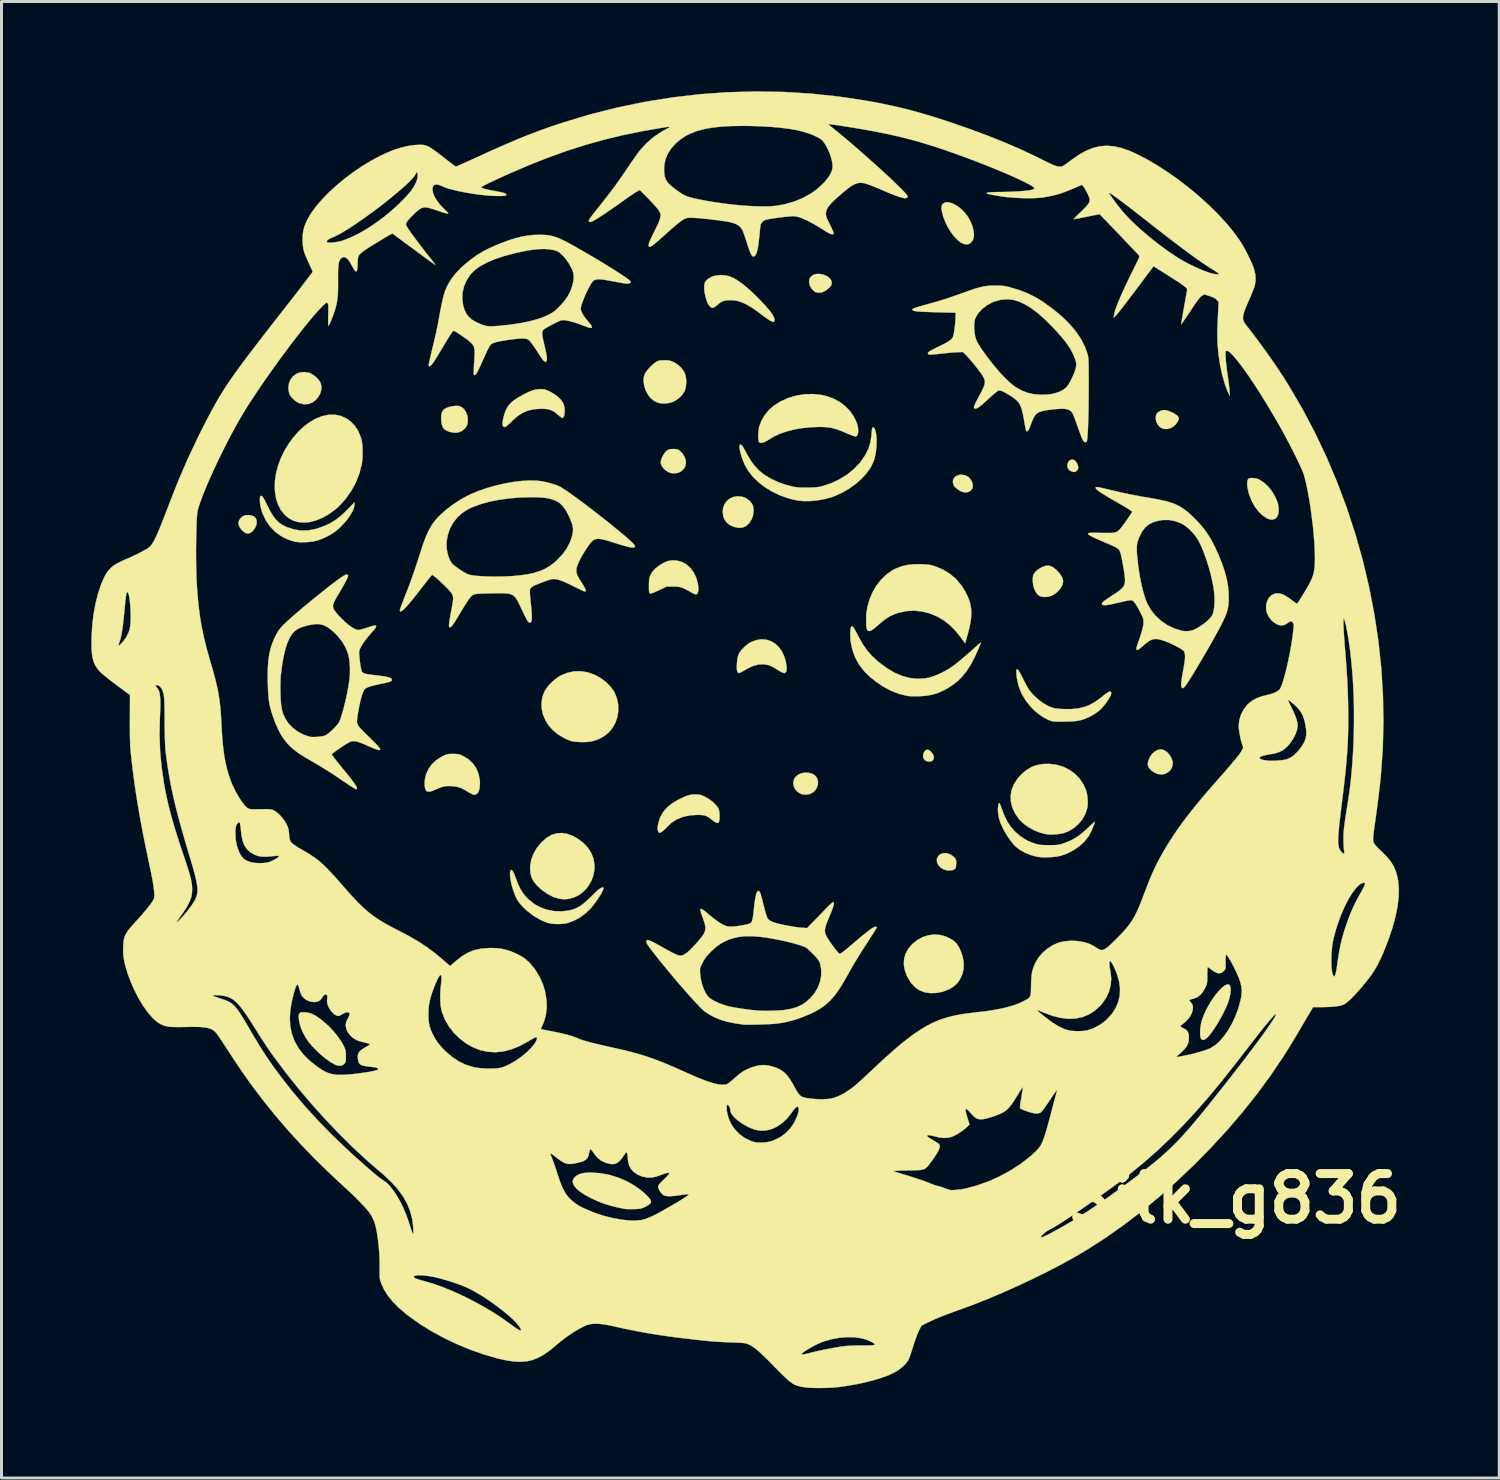
<source format=kicad_pcb>
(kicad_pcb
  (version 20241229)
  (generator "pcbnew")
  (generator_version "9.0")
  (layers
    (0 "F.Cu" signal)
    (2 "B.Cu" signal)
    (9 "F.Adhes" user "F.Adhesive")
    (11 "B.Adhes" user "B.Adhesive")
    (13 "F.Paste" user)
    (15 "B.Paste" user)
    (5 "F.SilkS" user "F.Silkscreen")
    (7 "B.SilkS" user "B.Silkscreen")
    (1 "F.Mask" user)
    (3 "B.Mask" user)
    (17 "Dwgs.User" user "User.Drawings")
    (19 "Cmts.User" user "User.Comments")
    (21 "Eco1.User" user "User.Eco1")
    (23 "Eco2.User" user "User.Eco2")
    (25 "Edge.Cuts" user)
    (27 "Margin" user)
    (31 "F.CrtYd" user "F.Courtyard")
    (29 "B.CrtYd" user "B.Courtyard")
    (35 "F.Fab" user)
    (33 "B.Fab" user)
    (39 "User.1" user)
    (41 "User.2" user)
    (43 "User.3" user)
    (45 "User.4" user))
  (footprint "F.Silk_g836"
    (layer "F.Cu")
    (at 37.149 36.973)
    (property "Reference" "F.Silk_g836" (at 0 0 0) (layer "F.SilkS") (effects (font (size 1.524 1.524) (thickness 0.3))))
    (attr through_hole)
    (fp_poly (pts (xy -9.168 -14.969) (xy -9.143 -14.95) (xy -9.068 -14.871) (xy -9.027 -14.792) (xy -9.015 -14.718) (xy -9.033 -14.655) (xy -9.078 -14.611) (xy -9.148 -14.59) (xy -9.239 -14.599) (xy -9.312 -14.636) (xy -9.359 -14.698) (xy -9.376 -14.778) (xy -9.36 -14.865) (xy -9.337 -14.914) (xy -9.286 -14.974) (xy -9.23 -14.992) (xy -9.168 -14.969)) (stroke (width 0.01) (type solid)) (fill yes) (layer "F.SilkS"))
    (fp_poly (pts (xy -4.326 -24.658) (xy -4.266 -24.604) (xy -4.225 -24.53) (xy -4.198 -24.45) (xy -4.195 -24.39) (xy -4.217 -24.338) (xy -4.235 -24.313) (xy -4.286 -24.269) (xy -4.347 -24.261) (xy -4.427 -24.286) (xy -4.441 -24.292) (xy -4.517 -24.349) (xy -4.555 -24.424) (xy -4.555 -24.515) (xy -4.551 -24.532) (xy -4.513 -24.615) (xy -4.458 -24.663) (xy -4.393 -24.678) (xy -4.326 -24.658)) (stroke (width 0.01) (type solid)) (fill yes) (layer "F.SilkS"))
    (fp_poly (pts (xy -7.971 -24.153) (xy -7.865 -24.098) (xy -7.782 -24.008) (xy -7.727 -23.892) (xy -7.712 -23.789) (xy -7.736 -23.701) (xy -7.793 -23.633) (xy -7.87 -23.593) (xy -7.966 -23.58) (xy -8.065 -23.596) (xy -8.081 -23.602) (xy -8.156 -23.64) (xy -8.233 -23.694) (xy -8.301 -23.752) (xy -8.346 -23.805) (xy -8.35 -23.812) (xy -8.38 -23.909) (xy -8.373 -23.999) (xy -8.331 -24.076) (xy -8.259 -24.134) (xy -8.162 -24.167) (xy -8.096 -24.172) (xy -7.971 -24.153)) (stroke (width 0.01) (type solid)) (fill yes) (layer "F.SilkS"))
    (fp_poly (pts (xy -31.793 -22.807) (xy -31.71 -22.769) (xy -31.654 -22.712) (xy -31.646 -22.697) (xy -31.625 -22.603) (xy -31.638 -22.499) (xy -31.682 -22.394) (xy -31.753 -22.298) (xy -31.784 -22.268) (xy -31.859 -22.219) (xy -31.933 -22.207) (xy -32.013 -22.234) (xy -32.064 -22.267) (xy -32.14 -22.339) (xy -32.199 -22.427) (xy -32.232 -22.517) (xy -32.237 -22.558) (xy -32.218 -22.638) (xy -32.17 -22.717) (xy -32.102 -22.778) (xy -32.085 -22.788) (xy -31.991 -22.819) (xy -31.89 -22.825) (xy -31.793 -22.807)) (stroke (width 0.01) (type solid)) (fill yes) (layer "F.SilkS"))
    (fp_poly (pts (xy -13.209 -14.22) (xy -13.097 -14.193) (xy -13.001 -14.142) (xy -12.93 -14.066) (xy -12.924 -14.056) (xy -12.886 -13.951) (xy -12.885 -13.838) (xy -12.918 -13.727) (xy -12.982 -13.626) (xy -13.056 -13.559) (xy -13.165 -13.506) (xy -13.288 -13.486) (xy -13.41 -13.499) (xy -13.473 -13.522) (xy -13.576 -13.589) (xy -13.651 -13.677) (xy -13.696 -13.778) (xy -13.71 -13.885) (xy -13.689 -13.989) (xy -13.637 -14.078) (xy -13.551 -14.152) (xy -13.445 -14.2) (xy -13.328 -14.222) (xy -13.209 -14.22)) (stroke (width 0.01) (type solid)) (fill yes) (layer "F.SilkS"))
    (fp_poly (pts (xy -8.508 -11.509) (xy -8.406 -11.455) (xy -8.329 -11.388) (xy -8.294 -11.348) (xy -8.276 -11.309) (xy -8.269 -11.258) (xy -8.269 -11.182) (xy -8.275 -11.095) (xy -8.289 -11.039) (xy -8.311 -11.006) (xy -8.368 -10.975) (xy -8.452 -10.958) (xy -8.547 -10.957) (xy -8.598 -10.964) (xy -8.705 -11) (xy -8.797 -11.061) (xy -8.866 -11.14) (xy -8.908 -11.229) (xy -8.916 -11.321) (xy -8.91 -11.351) (xy -8.867 -11.439) (xy -8.798 -11.499) (xy -8.711 -11.531) (xy -8.612 -11.535) (xy -8.508 -11.509)) (stroke (width 0.01) (type solid)) (fill yes) (layer "F.SilkS"))
    (fp_poly (pts (xy -1.242 -26.32) (xy -1.145 -26.289) (xy -1.045 -26.245) (xy -0.955 -26.193) (xy -0.883 -26.139) (xy -0.843 -26.088) (xy -0.837 -26.029) (xy -0.867 -25.953) (xy -0.933 -25.859) (xy -0.944 -25.846) (xy -1.033 -25.768) (xy -1.138 -25.717) (xy -1.249 -25.696) (xy -1.357 -25.707) (xy -1.441 -25.745) (xy -1.522 -25.821) (xy -1.578 -25.919) (xy -1.606 -26.026) (xy -1.602 -26.132) (xy -1.578 -26.203) (xy -1.533 -26.252) (xy -1.463 -26.296) (xy -1.382 -26.324) (xy -1.326 -26.331) (xy -1.242 -26.32)) (stroke (width 0.01) (type solid)) (fill yes) (layer "F.SilkS"))
    (fp_poly (pts (xy -12.825 -30.876) (xy -12.702 -30.852) (xy -12.593 -30.806) (xy -12.507 -30.744) (xy -12.448 -30.669) (xy -12.425 -30.588) (xy -12.425 -30.581) (xy -12.43 -30.527) (xy -12.453 -30.481) (xy -12.499 -30.426) (xy -12.515 -30.41) (xy -12.626 -30.32) (xy -12.741 -30.265) (xy -12.854 -30.246) (xy -12.959 -30.265) (xy -12.965 -30.267) (xy -13.026 -30.309) (xy -13.088 -30.376) (xy -13.14 -30.456) (xy -13.154 -30.485) (xy -13.182 -30.596) (xy -13.173 -30.695) (xy -13.129 -30.776) (xy -13.055 -30.837) (xy -12.953 -30.872) (xy -12.829 -30.877) (xy -12.825 -30.876)) (stroke (width 0.01) (type solid)) (fill yes) (layer "F.SilkS"))
    (fp_poly (pts (xy -1.395 -14.996) (xy -1.303 -14.961) (xy -1.214 -14.894) (xy -1.135 -14.803) (xy -1.076 -14.699) (xy -1.042 -14.591) (xy -1.037 -14.538) (xy -1.056 -14.418) (xy -1.109 -14.316) (xy -1.189 -14.237) (xy -1.29 -14.184) (xy -1.405 -14.162) (xy -1.529 -14.176) (xy -1.545 -14.18) (xy -1.665 -14.233) (xy -1.766 -14.308) (xy -1.839 -14.397) (xy -1.862 -14.444) (xy -1.873 -14.496) (xy -1.868 -14.558) (xy -1.853 -14.617) (xy -1.801 -14.742) (xy -1.726 -14.848) (xy -1.636 -14.93) (xy -1.536 -14.982) (xy -1.433 -15) (xy -1.395 -14.996)) (stroke (width 0.01) (type solid)) (fill yes) (layer "F.SilkS"))
    (fp_poly (pts (xy -15.428 -23.438) (xy -15.358 -23.418) (xy -15.252 -23.365) (xy -15.158 -23.288) (xy -15.085 -23.196) (xy -15.049 -23.114) (xy -15.032 -22.972) (xy -15.05 -22.824) (xy -15.101 -22.68) (xy -15.183 -22.553) (xy -15.195 -22.538) (xy -15.293 -22.453) (xy -15.405 -22.406) (xy -15.533 -22.397) (xy -15.678 -22.427) (xy -15.703 -22.435) (xy -15.842 -22.5) (xy -15.946 -22.587) (xy -16.017 -22.699) (xy -16.044 -22.773) (xy -16.067 -22.923) (xy -16.052 -23.063) (xy -16.005 -23.187) (xy -15.929 -23.293) (xy -15.829 -23.374) (xy -15.709 -23.429) (xy -15.574 -23.451) (xy -15.428 -23.438)) (stroke (width 0.01) (type solid)) (fill yes) (layer "F.SilkS"))
    (fp_poly (pts (xy -17.634 -25.027) (xy -17.577 -25.016) (xy -17.53 -24.993) (xy -17.498 -24.97) (xy -17.411 -24.883) (xy -17.343 -24.775) (xy -17.302 -24.66) (xy -17.293 -24.585) (xy -17.309 -24.473) (xy -17.358 -24.378) (xy -17.446 -24.292) (xy -17.453 -24.287) (xy -17.548 -24.238) (xy -17.662 -24.217) (xy -17.779 -24.224) (xy -17.876 -24.256) (xy -17.979 -24.323) (xy -18.062 -24.404) (xy -18.117 -24.492) (xy -18.134 -24.551) (xy -18.129 -24.635) (xy -18.098 -24.734) (xy -18.048 -24.834) (xy -17.986 -24.922) (xy -17.934 -24.971) (xy -17.884 -25.004) (xy -17.835 -25.022) (xy -17.77 -25.029) (xy -17.716 -25.03) (xy -17.634 -25.027)) (stroke (width 0.01) (type solid)) (fill yes) (layer "F.SilkS"))
    (fp_poly (pts (xy 1.707 -24.053) (xy 1.791 -24.034) (xy 1.843 -24.013) (xy 2.005 -23.909) (xy 2.155 -23.769) (xy 2.287 -23.599) (xy 2.38 -23.437) (xy 2.441 -23.301) (xy 2.479 -23.182) (xy 2.497 -23.067) (xy 2.5 -22.988) (xy 2.487 -22.862) (xy 2.446 -22.766) (xy 2.383 -22.702) (xy 2.3 -22.672) (xy 2.201 -22.679) (xy 2.106 -22.716) (xy 1.957 -22.816) (xy 1.819 -22.952) (xy 1.696 -23.117) (xy 1.593 -23.306) (xy 1.513 -23.513) (xy 1.481 -23.632) (xy 1.452 -23.788) (xy 1.446 -23.909) (xy 1.462 -23.995) (xy 1.496 -24.041) (xy 1.545 -24.058) (xy 1.62 -24.062) (xy 1.707 -24.053)) (stroke (width 0.01) (type solid)) (fill yes) (layer "F.SilkS"))
    (fp_poly (pts (xy -24.886 -26.467) (xy -24.787 -26.431) (xy -24.702 -26.359) (xy -24.635 -26.259) (xy -24.592 -26.136) (xy -24.581 -26.066) (xy -24.577 -25.936) (xy -24.599 -25.832) (xy -24.648 -25.745) (xy -24.663 -25.726) (xy -24.768 -25.635) (xy -24.889 -25.584) (xy -25.024 -25.572) (xy -25.173 -25.599) (xy -25.205 -25.609) (xy -25.278 -25.64) (xy -25.341 -25.675) (xy -25.366 -25.694) (xy -25.418 -25.769) (xy -25.452 -25.877) (xy -25.468 -26.013) (xy -25.468 -26.057) (xy -25.46 -26.182) (xy -25.434 -26.274) (xy -25.386 -26.341) (xy -25.314 -26.39) (xy -25.31 -26.393) (xy -25.205 -26.432) (xy -25.087 -26.459) (xy -24.971 -26.471) (xy -24.886 -26.467)) (stroke (width 0.01) (type solid)) (fill yes) (layer "F.SilkS"))
    (fp_poly (pts (xy -29.896 -27.579) (xy -29.859 -27.568) (xy -29.769 -27.523) (xy -29.672 -27.452) (xy -29.584 -27.368) (xy -29.518 -27.283) (xy -29.505 -27.261) (xy -29.468 -27.142) (xy -29.468 -27.015) (xy -29.505 -26.885) (xy -29.578 -26.758) (xy -29.654 -26.669) (xy -29.769 -26.582) (xy -29.9 -26.533) (xy -30.042 -26.523) (xy -30.19 -26.554) (xy -30.199 -26.557) (xy -30.289 -26.603) (xy -30.381 -26.674) (xy -30.463 -26.757) (xy -30.522 -26.842) (xy -30.533 -26.866) (xy -30.555 -26.942) (xy -30.568 -27.032) (xy -30.57 -27.073) (xy -30.55 -27.221) (xy -30.497 -27.35) (xy -30.414 -27.456) (xy -30.308 -27.536) (xy -30.183 -27.585) (xy -30.044 -27.601) (xy -29.896 -27.579)) (stroke (width 0.01) (type solid)) (fill yes) (layer "F.SilkS"))
    (fp_poly (pts (xy -8.451 -33.251) (xy -8.339 -33.205) (xy -8.222 -33.135) (xy -8.106 -33.045) (xy -7.996 -32.936) (xy -7.898 -32.812) (xy -7.875 -32.778) (xy -7.794 -32.635) (xy -7.734 -32.487) (xy -7.694 -32.341) (xy -7.677 -32.206) (xy -7.685 -32.089) (xy -7.711 -32.011) (xy -7.775 -31.922) (xy -7.854 -31.872) (xy -7.948 -31.862) (xy -8.033 -31.882) (xy -8.134 -31.935) (xy -8.24 -32.023) (xy -8.347 -32.14) (xy -8.451 -32.279) (xy -8.546 -32.434) (xy -8.629 -32.599) (xy -8.694 -32.766) (xy -8.709 -32.816) (xy -8.744 -32.95) (xy -8.76 -33.051) (xy -8.759 -33.128) (xy -8.739 -33.185) (xy -8.711 -33.222) (xy -8.642 -33.263) (xy -8.554 -33.271) (xy -8.451 -33.251)) (stroke (width 0.01) (type solid)) (fill yes) (layer "F.SilkS"))
    (fp_poly (pts (xy -5.158 -21.134) (xy -5.065 -21.098) (xy -4.963 -21.025) (xy -4.897 -20.965) (xy -4.798 -20.851) (xy -4.731 -20.74) (xy -4.701 -20.639) (xy -4.699 -20.611) (xy -4.718 -20.505) (xy -4.773 -20.396) (xy -4.855 -20.293) (xy -4.96 -20.202) (xy -5.08 -20.131) (xy -5.081 -20.131) (xy -5.18 -20.1) (xy -5.29 -20.087) (xy -5.395 -20.094) (xy -5.481 -20.119) (xy -5.494 -20.127) (xy -5.559 -20.179) (xy -5.612 -20.254) (xy -5.66 -20.359) (xy -5.675 -20.399) (xy -5.7 -20.502) (xy -5.713 -20.613) (xy -5.712 -20.721) (xy -5.698 -20.81) (xy -5.684 -20.847) (xy -5.619 -20.934) (xy -5.523 -21.015) (xy -5.408 -21.082) (xy -5.284 -21.127) (xy -5.246 -21.135) (xy -5.158 -21.134)) (stroke (width 0.01) (type solid)) (fill yes) (layer "F.SilkS"))
    (fp_poly (pts (xy 0.835 -7.147) (xy 0.872 -7.111) (xy 0.892 -7.043) (xy 0.896 -6.947) (xy 0.884 -6.83) (xy 0.856 -6.698) (xy 0.812 -6.557) (xy 0.812 -6.556) (xy 0.753 -6.409) (xy 0.678 -6.247) (xy 0.591 -6.079) (xy 0.497 -5.911) (xy 0.399 -5.751) (xy 0.302 -5.606) (xy 0.211 -5.483) (xy 0.129 -5.391) (xy 0.107 -5.37) (xy 0.035 -5.314) (xy -0.023 -5.295) (xy -0.069 -5.312) (xy -0.098 -5.345) (xy -0.116 -5.4) (xy -0.124 -5.486) (xy -0.123 -5.593) (xy -0.114 -5.711) (xy -0.095 -5.83) (xy -0.069 -5.94) (xy -0.064 -5.958) (xy -0.007 -6.113) (xy 0.064 -6.272) (xy 0.146 -6.429) (xy 0.237 -6.581) (xy 0.333 -6.724) (xy 0.43 -6.853) (xy 0.527 -6.964) (xy 0.619 -7.053) (xy 0.703 -7.116) (xy 0.777 -7.149) (xy 0.835 -7.147)) (stroke (width 0.01) (type solid)) (fill yes) (layer "F.SilkS"))
    (fp_poly (pts (xy -21.263 -12.18) (xy -21.075 -12.11) (xy -20.887 -12.004) (xy -20.707 -11.865) (xy -20.562 -11.707) (xy -20.452 -11.531) (xy -20.38 -11.343) (xy -20.347 -11.144) (xy -20.349 -10.993) (xy -20.385 -10.791) (xy -20.455 -10.602) (xy -20.557 -10.431) (xy -20.684 -10.281) (xy -20.834 -10.158) (xy -21.003 -10.067) (xy -21.185 -10.012) (xy -21.287 -9.997) (xy -21.377 -9.994) (xy -21.472 -10.005) (xy -21.563 -10.023) (xy -21.726 -10.075) (xy -21.899 -10.163) (xy -22.074 -10.282) (xy -22.14 -10.335) (xy -22.281 -10.467) (xy -22.384 -10.596) (xy -22.452 -10.731) (xy -22.488 -10.879) (xy -22.497 -11.047) (xy -22.496 -11.089) (xy -22.464 -11.297) (xy -22.391 -11.501) (xy -22.279 -11.697) (xy -22.128 -11.883) (xy -22.109 -11.903) (xy -21.951 -12.042) (xy -21.788 -12.139) (xy -21.619 -12.194) (xy -21.445 -12.208) (xy -21.263 -12.18)) (stroke (width 0.01) (type solid)) (fill yes) (layer "F.SilkS"))
    (fp_poly (pts (xy -8.797 -8.802) (xy -8.606 -8.748) (xy -8.425 -8.656) (xy -8.41 -8.647) (xy -8.317 -8.575) (xy -8.242 -8.494) (xy -8.177 -8.391) (xy -8.131 -8.296) (xy -8.055 -8.083) (xy -8.018 -7.877) (xy -8.021 -7.679) (xy -8.064 -7.491) (xy -8.147 -7.315) (xy -8.165 -7.286) (xy -8.246 -7.18) (xy -8.341 -7.093) (xy -8.459 -7.017) (xy -8.541 -6.975) (xy -8.729 -6.904) (xy -8.93 -6.866) (xy -9.131 -6.86) (xy -9.322 -6.889) (xy -9.334 -6.892) (xy -9.5 -6.958) (xy -9.647 -7.062) (xy -9.777 -7.203) (xy -9.889 -7.384) (xy -9.907 -7.418) (xy -9.983 -7.614) (xy -10.017 -7.806) (xy -10.011 -7.99) (xy -9.963 -8.167) (xy -9.874 -8.333) (xy -9.745 -8.489) (xy -9.728 -8.505) (xy -9.562 -8.638) (xy -9.381 -8.734) (xy -9.19 -8.794) (xy -8.994 -8.817) (xy -8.797 -8.802)) (stroke (width 0.01) (type solid)) (fill yes) (layer "F.SilkS"))
    (fp_poly (pts (xy -29.993 -6.218) (xy -29.884 -6.201) (xy -29.774 -6.163) (xy -29.657 -6.102) (xy -29.525 -6.012) (xy -29.426 -5.936) (xy -29.229 -5.763) (xy -29.049 -5.574) (xy -28.893 -5.378) (xy -28.767 -5.183) (xy -28.718 -5.088) (xy -28.684 -5.013) (xy -28.664 -4.95) (xy -28.653 -4.886) (xy -28.649 -4.803) (xy -28.649 -4.747) (xy -28.65 -4.654) (xy -28.654 -4.592) (xy -28.664 -4.551) (xy -28.682 -4.521) (xy -28.703 -4.498) (xy -28.774 -4.447) (xy -28.856 -4.432) (xy -28.953 -4.451) (xy -29.03 -4.483) (xy -29.164 -4.56) (xy -29.312 -4.664) (xy -29.466 -4.79) (xy -29.618 -4.929) (xy -29.76 -5.074) (xy -29.883 -5.219) (xy -29.895 -5.234) (xy -30.005 -5.397) (xy -30.097 -5.573) (xy -30.167 -5.751) (xy -30.211 -5.922) (xy -30.226 -6.072) (xy -30.22 -6.143) (xy -30.198 -6.189) (xy -30.154 -6.214) (xy -30.08 -6.222) (xy -29.993 -6.218)) (stroke (width 0.01) (type solid)) (fill yes) (layer "F.SilkS"))
    (fp_poly (pts (xy -17.917 -27.991) (xy -17.846 -27.983) (xy -17.783 -27.965) (xy -17.712 -27.934) (xy -17.691 -27.923) (xy -17.554 -27.837) (xy -17.438 -27.728) (xy -17.353 -27.604) (xy -17.321 -27.532) (xy -17.292 -27.404) (xy -17.283 -27.261) (xy -17.295 -27.119) (xy -17.326 -26.994) (xy -17.334 -26.972) (xy -17.402 -26.86) (xy -17.501 -26.753) (xy -17.62 -26.662) (xy -17.711 -26.612) (xy -17.84 -26.569) (xy -17.98 -26.548) (xy -18.117 -26.551) (xy -18.236 -26.577) (xy -18.247 -26.582) (xy -18.378 -26.649) (xy -18.481 -26.737) (xy -18.552 -26.829) (xy -18.63 -26.972) (xy -18.682 -27.122) (xy -18.708 -27.27) (xy -18.705 -27.409) (xy -18.672 -27.528) (xy -18.626 -27.604) (xy -18.557 -27.692) (xy -18.473 -27.783) (xy -18.385 -27.865) (xy -18.305 -27.927) (xy -18.29 -27.936) (xy -18.235 -27.965) (xy -18.184 -27.982) (xy -18.121 -27.99) (xy -18.033 -27.993) (xy -18.012 -27.993) (xy -17.917 -27.991)) (stroke (width 0.01) (type solid)) (fill yes) (layer "F.SilkS"))
    (fp_poly (pts (xy -4.915 -14.484) (xy -4.691 -14.417) (xy -4.486 -14.315) (xy -4.303 -14.182) (xy -4.147 -14.019) (xy -4.019 -13.83) (xy -3.934 -13.64) (xy -3.902 -13.522) (xy -3.883 -13.38) (xy -3.876 -13.233) (xy -3.883 -13.098) (xy -3.893 -13.039) (xy -3.955 -12.847) (xy -4.053 -12.669) (xy -4.183 -12.509) (xy -4.339 -12.373) (xy -4.517 -12.266) (xy -4.678 -12.204) (xy -4.777 -12.183) (xy -4.902 -12.167) (xy -5.036 -12.159) (xy -5.162 -12.159) (xy -5.266 -12.168) (xy -5.276 -12.17) (xy -5.476 -12.222) (xy -5.675 -12.302) (xy -5.861 -12.405) (xy -6.026 -12.525) (xy -6.16 -12.656) (xy -6.174 -12.674) (xy -6.306 -12.866) (xy -6.395 -13.062) (xy -6.444 -13.259) (xy -6.451 -13.455) (xy -6.417 -13.648) (xy -6.341 -13.837) (xy -6.225 -14.018) (xy -6.107 -14.151) (xy -5.939 -14.297) (xy -5.765 -14.405) (xy -5.579 -14.475) (xy -5.374 -14.511) (xy -5.154 -14.515) (xy -4.915 -14.484)) (stroke (width 0.01) (type solid)) (fill yes) (layer "F.SilkS"))
    (fp_poly (pts (xy -14.611 -18.663) (xy -14.457 -18.614) (xy -14.316 -18.531) (xy -14.192 -18.414) (xy -14.087 -18.266) (xy -14.006 -18.089) (xy -13.962 -17.935) (xy -13.935 -17.786) (xy -13.93 -17.673) (xy -13.946 -17.596) (xy -13.984 -17.555) (xy -14.021 -17.547) (xy -14.059 -17.559) (xy -14.122 -17.589) (xy -14.198 -17.634) (xy -14.245 -17.664) (xy -14.334 -17.719) (xy -14.424 -17.768) (xy -14.501 -17.803) (xy -14.527 -17.812) (xy -14.695 -17.842) (xy -14.868 -17.834) (xy -15.048 -17.786) (xy -15.237 -17.699) (xy -15.314 -17.655) (xy -15.393 -17.608) (xy -15.461 -17.572) (xy -15.509 -17.551) (xy -15.524 -17.547) (xy -15.556 -17.565) (xy -15.581 -17.605) (xy -15.593 -17.664) (xy -15.596 -17.751) (xy -15.592 -17.855) (xy -15.582 -17.964) (xy -15.566 -18.065) (xy -15.546 -18.146) (xy -15.545 -18.15) (xy -15.497 -18.242) (xy -15.42 -18.341) (xy -15.323 -18.438) (xy -15.215 -18.524) (xy -15.12 -18.581) (xy -14.946 -18.648) (xy -14.775 -18.675) (xy -14.611 -18.663)) (stroke (width 0.01) (type solid)) (fill yes) (layer "F.SilkS"))
    (fp_poly (pts (xy -20.579 -17.573) (xy -20.353 -17.495) (xy -20.309 -17.475) (xy -20.129 -17.373) (xy -19.964 -17.246) (xy -19.82 -17.102) (xy -19.707 -16.949) (xy -19.675 -16.892) (xy -19.597 -16.695) (xy -19.556 -16.491) (xy -19.552 -16.284) (xy -19.584 -16.08) (xy -19.651 -15.886) (xy -19.751 -15.709) (xy -19.867 -15.57) (xy -19.993 -15.466) (xy -20.145 -15.374) (xy -20.306 -15.304) (xy -20.462 -15.263) (xy -20.468 -15.262) (xy -20.599 -15.248) (xy -20.742 -15.242) (xy -20.885 -15.246) (xy -21.013 -15.257) (xy -21.103 -15.274) (xy -21.183 -15.3) (xy -21.279 -15.339) (xy -21.364 -15.379) (xy -21.567 -15.5) (xy -21.74 -15.645) (xy -21.883 -15.807) (xy -21.993 -15.984) (xy -22.07 -16.172) (xy -22.112 -16.367) (xy -22.116 -16.565) (xy -22.082 -16.762) (xy -22.021 -16.928) (xy -21.96 -17.029) (xy -21.872 -17.139) (xy -21.764 -17.249) (xy -21.648 -17.35) (xy -21.532 -17.433) (xy -21.474 -17.466) (xy -21.255 -17.556) (xy -21.032 -17.604) (xy -20.806 -17.609) (xy -20.579 -17.573)) (stroke (width 0.01) (type solid)) (fill yes) (layer "F.SilkS"))
    (fp_poly (pts (xy -20.157 -0.848) (xy -19.851 -0.791) (xy -19.549 -0.698) (xy -19.28 -0.582) (xy -19.138 -0.506) (xy -18.998 -0.42) (xy -18.864 -0.326) (xy -18.741 -0.231) (xy -18.634 -0.138) (xy -18.548 -0.05) (xy -18.488 0.027) (xy -18.459 0.09) (xy -18.457 0.107) (xy -18.478 0.155) (xy -18.537 0.209) (xy -18.631 0.265) (xy -18.68 0.289) (xy -18.743 0.315) (xy -18.802 0.333) (xy -18.869 0.344) (xy -18.957 0.349) (xy -19.039 0.352) (xy -19.14 0.353) (xy -19.229 0.352) (xy -19.296 0.35) (xy -19.325 0.347) (xy -19.586 0.295) (xy -19.816 0.237) (xy -20.027 0.171) (xy -20.232 0.092) (xy -20.441 -0.003) (xy -20.458 -0.011) (xy -20.66 -0.119) (xy -20.821 -0.223) (xy -20.942 -0.325) (xy -21.024 -0.425) (xy -21.036 -0.445) (xy -21.072 -0.533) (xy -21.071 -0.609) (xy -21.033 -0.682) (xy -20.984 -0.734) (xy -20.909 -0.79) (xy -20.817 -0.829) (xy -20.701 -0.854) (xy -20.555 -0.866) (xy -20.456 -0.868) (xy -20.157 -0.848)) (stroke (width 0.01) (type solid)) (fill yes) (layer "F.SilkS"))
    (fp_poly (pts (xy -17.575 -21.301) (xy -17.415 -21.254) (xy -17.27 -21.172) (xy -17.143 -21.056) (xy -17.037 -20.912) (xy -16.954 -20.741) (xy -16.898 -20.546) (xy -16.882 -20.441) (xy -16.877 -20.343) (xy -16.888 -20.26) (xy -16.911 -20.2) (xy -16.944 -20.173) (xy -16.953 -20.172) (xy -16.991 -20.182) (xy -17.051 -20.208) (xy -17.105 -20.236) (xy -17.232 -20.306) (xy -17.331 -20.358) (xy -17.411 -20.394) (xy -17.481 -20.417) (xy -17.549 -20.43) (xy -17.624 -20.435) (xy -17.715 -20.436) (xy -17.939 -20.436) (xy -18.201 -20.311) (xy -18.314 -20.259) (xy -18.395 -20.225) (xy -18.45 -20.207) (xy -18.484 -20.204) (xy -18.497 -20.208) (xy -18.512 -20.225) (xy -18.522 -20.256) (xy -18.528 -20.31) (xy -18.53 -20.393) (xy -18.529 -20.471) (xy -18.527 -20.585) (xy -18.521 -20.669) (xy -18.51 -20.734) (xy -18.492 -20.792) (xy -18.479 -20.823) (xy -18.409 -20.938) (xy -18.303 -21.05) (xy -18.165 -21.154) (xy -18.054 -21.219) (xy -17.959 -21.265) (xy -17.879 -21.292) (xy -17.795 -21.306) (xy -17.747 -21.31) (xy -17.575 -21.301)) (stroke (width 0.01) (type solid)) (fill yes) (layer "F.SilkS"))
    (fp_poly (pts (xy -24.976 -14.847) (xy -24.906 -14.841) (xy -24.846 -14.826) (xy -24.779 -14.798) (xy -24.719 -14.769) (xy -24.547 -14.662) (xy -24.406 -14.526) (xy -24.296 -14.365) (xy -24.219 -14.182) (xy -24.179 -13.981) (xy -24.172 -13.858) (xy -24.182 -13.716) (xy -24.211 -13.606) (xy -24.258 -13.529) (xy -24.321 -13.489) (xy -24.362 -13.483) (xy -24.404 -13.494) (xy -24.47 -13.524) (xy -24.548 -13.566) (xy -24.583 -13.588) (xy -24.712 -13.664) (xy -24.824 -13.716) (xy -24.933 -13.749) (xy -25.054 -13.768) (xy -25.118 -13.773) (xy -25.253 -13.776) (xy -25.371 -13.763) (xy -25.488 -13.73) (xy -25.621 -13.674) (xy -25.648 -13.661) (xy -25.769 -13.609) (xy -25.863 -13.587) (xy -25.931 -13.594) (xy -25.965 -13.615) (xy -25.998 -13.674) (xy -26.016 -13.766) (xy -26.02 -13.886) (xy -26.012 -13.983) (xy -25.971 -14.169) (xy -25.891 -14.344) (xy -25.776 -14.503) (xy -25.63 -14.641) (xy -25.456 -14.753) (xy -25.431 -14.766) (xy -25.347 -14.806) (xy -25.283 -14.83) (xy -25.222 -14.843) (xy -25.147 -14.848) (xy -25.072 -14.848) (xy -24.976 -14.847)) (stroke (width 0.01) (type solid)) (fill yes) (layer "F.SilkS"))
    (fp_poly (pts (xy -28.991 -26.172) (xy -28.803 -26.128) (xy -28.631 -26.049) (xy -28.476 -25.936) (xy -28.342 -25.793) (xy -28.233 -25.622) (xy -28.152 -25.427) (xy -28.12 -25.304) (xy -28.101 -25.177) (xy -28.092 -25.023) (xy -28.09 -24.858) (xy -28.098 -24.695) (xy -28.114 -24.55) (xy -28.12 -24.517) (xy -28.199 -24.211) (xy -28.316 -23.914) (xy -28.468 -23.632) (xy -28.651 -23.372) (xy -28.862 -23.138) (xy -29.016 -23) (xy -29.222 -22.851) (xy -29.433 -22.732) (xy -29.645 -22.645) (xy -29.854 -22.591) (xy -30.055 -22.572) (xy -30.242 -22.59) (xy -30.26 -22.594) (xy -30.408 -22.639) (xy -30.533 -22.704) (xy -30.652 -22.797) (xy -30.692 -22.836) (xy -30.818 -22.99) (xy -30.914 -23.17) (xy -30.98 -23.377) (xy -31.017 -23.613) (xy -31.023 -23.696) (xy -31.02 -23.95) (xy -30.983 -24.207) (xy -30.917 -24.463) (xy -30.825 -24.715) (xy -30.708 -24.959) (xy -30.569 -25.191) (xy -30.412 -25.408) (xy -30.239 -25.605) (xy -30.053 -25.779) (xy -29.857 -25.927) (xy -29.653 -26.044) (xy -29.443 -26.127) (xy -29.232 -26.172) (xy -29.189 -26.176) (xy -28.991 -26.172)) (stroke (width 0.01) (type solid)) (fill yes) (layer "F.SilkS"))
    (fp_poly (pts (xy -16.895 -13.492) (xy -16.827 -13.483) (xy -16.763 -13.464) (xy -16.685 -13.43) (xy -16.653 -13.414) (xy -16.521 -13.337) (xy -16.4 -13.247) (xy -16.299 -13.15) (xy -16.228 -13.055) (xy -16.215 -13.031) (xy -16.191 -12.968) (xy -16.177 -12.896) (xy -16.172 -12.8) (xy -16.171 -12.759) (xy -16.175 -12.65) (xy -16.19 -12.579) (xy -16.218 -12.544) (xy -16.263 -12.545) (xy -16.33 -12.579) (xy -16.422 -12.647) (xy -16.436 -12.658) (xy -16.523 -12.724) (xy -16.599 -12.768) (xy -16.675 -12.795) (xy -16.765 -12.808) (xy -16.88 -12.812) (xy -16.924 -12.812) (xy -17.173 -12.794) (xy -17.4 -12.744) (xy -17.601 -12.663) (xy -17.775 -12.551) (xy -17.903 -12.431) (xy -17.991 -12.339) (xy -18.071 -12.269) (xy -18.138 -12.226) (xy -18.18 -12.213) (xy -18.204 -12.231) (xy -18.227 -12.271) (xy -18.239 -12.345) (xy -18.232 -12.446) (xy -18.208 -12.562) (xy -18.17 -12.684) (xy -18.131 -12.777) (xy -18.038 -12.931) (xy -17.91 -13.073) (xy -17.747 -13.202) (xy -17.545 -13.322) (xy -17.324 -13.424) (xy -17.227 -13.461) (xy -17.149 -13.482) (xy -17.068 -13.492) (xy -16.985 -13.494) (xy -16.895 -13.492)) (stroke (width 0.01) (type solid)) (fill yes) (layer "F.SilkS"))
    (fp_poly (pts (xy -15.97 -30.826) (xy -15.849 -30.798) (xy -15.716 -30.744) (xy -15.569 -30.659) (xy -15.405 -30.542) (xy -15.225 -30.393) (xy -15.025 -30.209) (xy -14.806 -29.99) (xy -14.805 -29.99) (xy -14.643 -29.817) (xy -14.515 -29.668) (xy -14.421 -29.543) (xy -14.361 -29.44) (xy -14.334 -29.36) (xy -14.337 -29.305) (xy -14.356 -29.281) (xy -14.388 -29.276) (xy -14.436 -29.292) (xy -14.506 -29.331) (xy -14.599 -29.394) (xy -14.72 -29.483) (xy -14.745 -29.502) (xy -14.939 -29.645) (xy -15.109 -29.76) (xy -15.259 -29.85) (xy -15.395 -29.916) (xy -15.522 -29.961) (xy -15.645 -29.989) (xy -15.769 -30) (xy -15.812 -30) (xy -15.936 -29.995) (xy -16.033 -29.976) (xy -16.116 -29.939) (xy -16.201 -29.879) (xy -16.249 -29.837) (xy -16.326 -29.775) (xy -16.387 -29.745) (xy -16.437 -29.748) (xy -16.484 -29.781) (xy -16.49 -29.787) (xy -16.534 -29.842) (xy -16.571 -29.908) (xy -16.605 -29.996) (xy -16.638 -30.107) (xy -16.668 -30.246) (xy -16.683 -30.377) (xy -16.682 -30.491) (xy -16.665 -30.581) (xy -16.644 -30.623) (xy -16.552 -30.713) (xy -16.431 -30.781) (xy -16.289 -30.823) (xy -16.133 -30.839) (xy -15.97 -30.826)) (stroke (width 0.01) (type solid)) (fill yes) (layer "F.SilkS"))
    (fp_poly (pts (xy -22.069 -27.027) (xy -22.006 -27.017) (xy -21.939 -26.994) (xy -21.854 -26.955) (xy -21.826 -26.942) (xy -21.686 -26.86) (xy -21.561 -26.765) (xy -21.461 -26.663) (xy -21.394 -26.562) (xy -21.391 -26.556) (xy -21.363 -26.474) (xy -21.347 -26.378) (xy -21.343 -26.281) (xy -21.351 -26.19) (xy -21.369 -26.117) (xy -21.398 -26.071) (xy -21.414 -26.062) (xy -21.439 -26.072) (xy -21.487 -26.105) (xy -21.549 -26.155) (xy -21.58 -26.182) (xy -21.677 -26.262) (xy -21.77 -26.317) (xy -21.869 -26.351) (xy -21.987 -26.369) (xy -22.13 -26.374) (xy -22.357 -26.36) (xy -22.559 -26.315) (xy -22.745 -26.238) (xy -22.92 -26.125) (xy -23.092 -25.973) (xy -23.107 -25.958) (xy -23.202 -25.865) (xy -23.274 -25.802) (xy -23.328 -25.768) (xy -23.367 -25.762) (xy -23.394 -25.782) (xy -23.411 -25.814) (xy -23.419 -25.867) (xy -23.413 -25.946) (xy -23.398 -26.029) (xy -23.358 -26.191) (xy -23.309 -26.327) (xy -23.244 -26.445) (xy -23.16 -26.549) (xy -23.051 -26.646) (xy -22.912 -26.74) (xy -22.739 -26.838) (xy -22.678 -26.87) (xy -22.535 -26.94) (xy -22.414 -26.987) (xy -22.306 -27.016) (xy -22.199 -27.028) (xy -22.143 -27.03) (xy -22.069 -27.027)) (stroke (width 0.01) (type solid)) (fill yes) (layer "F.SilkS"))
    (fp_poly (pts (xy -12.782 -26.838) (xy -12.604 -26.798) (xy -12.374 -26.716) (xy -12.163 -26.601) (xy -11.975 -26.459) (xy -11.813 -26.293) (xy -11.684 -26.106) (xy -11.589 -25.903) (xy -11.584 -25.888) (xy -11.553 -25.769) (xy -11.54 -25.66) (xy -11.545 -25.566) (xy -11.567 -25.495) (xy -11.606 -25.453) (xy -11.625 -25.447) (xy -11.657 -25.452) (xy -11.718 -25.472) (xy -11.801 -25.504) (xy -11.897 -25.543) (xy -11.908 -25.548) (xy -12.075 -25.619) (xy -12.214 -25.673) (xy -12.335 -25.713) (xy -12.447 -25.739) (xy -12.56 -25.756) (xy -12.683 -25.764) (xy -12.826 -25.767) (xy -12.859 -25.767) (xy -13.143 -25.756) (xy -13.423 -25.726) (xy -13.691 -25.678) (xy -13.941 -25.614) (xy -14.167 -25.535) (xy -14.361 -25.443) (xy -14.434 -25.4) (xy -14.567 -25.318) (xy -14.671 -25.263) (xy -14.75 -25.235) (xy -14.808 -25.233) (xy -14.846 -25.254) (xy -14.858 -25.272) (xy -14.872 -25.322) (xy -14.878 -25.402) (xy -14.879 -25.499) (xy -14.873 -25.603) (xy -14.862 -25.7) (xy -14.849 -25.766) (xy -14.775 -25.967) (xy -14.665 -26.158) (xy -14.524 -26.33) (xy -14.368 -26.469) (xy -14.137 -26.616) (xy -13.885 -26.731) (xy -13.617 -26.811) (xy -13.34 -26.857) (xy -13.06 -26.866) (xy -12.782 -26.838)) (stroke (width 0.01) (type solid)) (fill yes) (layer "F.SilkS"))
    (fp_poly (pts (xy -31.445 -23.45) (xy -31.408 -23.402) (xy -31.361 -23.321) (xy -31.302 -23.205) (xy -31.279 -23.156) (xy -31.182 -22.964) (xy -31.088 -22.807) (xy -30.993 -22.682) (xy -30.893 -22.581) (xy -30.781 -22.501) (xy -30.653 -22.436) (xy -30.6 -22.414) (xy -30.369 -22.341) (xy -30.146 -22.306) (xy -29.923 -22.31) (xy -29.693 -22.351) (xy -29.548 -22.393) (xy -29.333 -22.474) (xy -29.143 -22.568) (xy -28.967 -22.68) (xy -28.796 -22.817) (xy -28.619 -22.985) (xy -28.601 -23.003) (xy -28.363 -23.249) (xy -28.363 -23.159) (xy -28.38 -23.065) (xy -28.426 -22.953) (xy -28.498 -22.827) (xy -28.59 -22.696) (xy -28.698 -22.563) (xy -28.819 -22.436) (xy -28.946 -22.321) (xy -29.065 -22.231) (xy -29.203 -22.147) (xy -29.362 -22.067) (xy -29.522 -22.001) (xy -29.616 -21.97) (xy -29.744 -21.942) (xy -29.894 -21.924) (xy -30.05 -21.915) (xy -30.2 -21.917) (xy -30.328 -21.93) (xy -30.364 -21.937) (xy -30.602 -22.013) (xy -30.82 -22.125) (xy -31.015 -22.27) (xy -31.183 -22.444) (xy -31.322 -22.646) (xy -31.428 -22.871) (xy -31.475 -23.014) (xy -31.501 -23.127) (xy -31.517 -23.237) (xy -31.523 -23.335) (xy -31.518 -23.41) (xy -31.501 -23.455) (xy -31.499 -23.458) (xy -31.475 -23.467) (xy -31.445 -23.45)) (stroke (width 0.01) (type solid)) (fill yes) (layer "F.SilkS"))
    (fp_poly (pts (xy -9.325 -21.178) (xy -9.228 -21.171) (xy -9.15 -21.16) (xy -9.077 -21.144) (xy -8.997 -21.12) (xy -8.957 -21.106) (xy -8.702 -20.999) (xy -8.474 -20.858) (xy -8.273 -20.685) (xy -8.098 -20.479) (xy -7.95 -20.24) (xy -7.931 -20.202) (xy -7.853 -20.029) (xy -7.8 -19.861) (xy -7.77 -19.692) (xy -7.763 -19.515) (xy -7.779 -19.323) (xy -7.818 -19.109) (xy -7.879 -18.865) (xy -7.882 -18.855) (xy -7.97 -18.54) (xy -8.099 -18.716) (xy -8.284 -18.948) (xy -8.473 -19.141) (xy -8.671 -19.299) (xy -8.882 -19.426) (xy -9.112 -19.524) (xy -9.153 -19.539) (xy -9.418 -19.606) (xy -9.683 -19.632) (xy -9.945 -19.616) (xy -10.203 -19.558) (xy -10.242 -19.545) (xy -10.374 -19.496) (xy -10.494 -19.437) (xy -10.611 -19.365) (xy -10.734 -19.272) (xy -10.873 -19.153) (xy -10.901 -19.128) (xy -11.002 -19.041) (xy -11.081 -18.984) (xy -11.142 -18.956) (xy -11.189 -18.953) (xy -11.196 -18.954) (xy -11.225 -18.969) (xy -11.245 -18.997) (xy -11.259 -19.045) (xy -11.268 -19.12) (xy -11.276 -19.231) (xy -11.276 -19.233) (xy -11.273 -19.498) (xy -11.234 -19.759) (xy -11.162 -20.011) (xy -11.06 -20.25) (xy -10.93 -20.471) (xy -10.775 -20.669) (xy -10.597 -20.84) (xy -10.399 -20.979) (xy -10.286 -21.038) (xy -10.097 -21.111) (xy -9.894 -21.158) (xy -9.669 -21.181) (xy -9.451 -21.183) (xy -9.325 -21.178)) (stroke (width 0.01) (type solid)) (fill yes) (layer "F.SilkS"))
    (fp_poly (pts (xy -23.107 -10.969) (xy -23.071 -10.922) (xy -23.028 -10.835) (xy -22.978 -10.706) (xy -22.975 -10.698) (xy -22.902 -10.507) (xy -22.827 -10.348) (xy -22.744 -10.213) (xy -22.65 -10.092) (xy -22.549 -9.987) (xy -22.367 -9.84) (xy -22.16 -9.725) (xy -21.935 -9.645) (xy -21.697 -9.599) (xy -21.45 -9.591) (xy -21.256 -9.61) (xy -21.101 -9.644) (xy -20.963 -9.693) (xy -20.833 -9.763) (xy -20.702 -9.858) (xy -20.562 -9.984) (xy -20.506 -10.039) (xy -20.423 -10.121) (xy -20.34 -10.201) (xy -20.267 -10.269) (xy -20.221 -10.309) (xy -20.149 -10.362) (xy -20.092 -10.389) (xy -20.056 -10.389) (xy -20.045 -10.366) (xy -20.058 -10.315) (xy -20.094 -10.237) (xy -20.149 -10.141) (xy -20.217 -10.033) (xy -20.295 -9.92) (xy -20.379 -9.808) (xy -20.464 -9.705) (xy -20.473 -9.694) (xy -20.638 -9.533) (xy -20.825 -9.393) (xy -21.026 -9.282) (xy -21.23 -9.206) (xy -21.261 -9.197) (xy -21.379 -9.177) (xy -21.517 -9.167) (xy -21.66 -9.169) (xy -21.793 -9.181) (xy -21.901 -9.203) (xy -21.907 -9.205) (xy -22.146 -9.303) (xy -22.379 -9.439) (xy -22.599 -9.608) (xy -22.722 -9.724) (xy -22.816 -9.825) (xy -22.89 -9.92) (xy -22.95 -10.02) (xy -23.003 -10.137) (xy -23.056 -10.282) (xy -23.069 -10.324) (xy -23.112 -10.471) (xy -23.144 -10.61) (xy -23.163 -10.736) (xy -23.17 -10.841) (xy -23.164 -10.921) (xy -23.144 -10.968) (xy -23.136 -10.974) (xy -23.107 -10.969)) (stroke (width 0.01) (type solid)) (fill yes) (layer "F.SilkS"))
    (fp_poly (pts (xy -6.198 -17.645) (xy -6.152 -17.576) (xy -6.092 -17.467) (xy -6.026 -17.336) (xy -5.962 -17.206) (xy -5.909 -17.107) (xy -5.863 -17.029) (xy -5.817 -16.963) (xy -5.767 -16.9) (xy -5.705 -16.833) (xy -5.701 -16.828) (xy -5.545 -16.679) (xy -5.38 -16.553) (xy -5.215 -16.455) (xy -5.098 -16.405) (xy -5.024 -16.382) (xy -4.942 -16.366) (xy -4.843 -16.355) (xy -4.714 -16.348) (xy -4.678 -16.346) (xy -4.43 -16.345) (xy -4.213 -16.365) (xy -4.017 -16.407) (xy -3.834 -16.474) (xy -3.655 -16.571) (xy -3.472 -16.699) (xy -3.366 -16.784) (xy -3.264 -16.864) (xy -3.187 -16.914) (xy -3.134 -16.933) (xy -3.103 -16.922) (xy -3.091 -16.882) (xy -3.09 -16.871) (xy -3.104 -16.818) (xy -3.141 -16.743) (xy -3.196 -16.652) (xy -3.263 -16.555) (xy -3.338 -16.458) (xy -3.414 -16.371) (xy -3.474 -16.311) (xy -3.624 -16.196) (xy -3.801 -16.094) (xy -3.989 -16.013) (xy -4.1 -15.978) (xy -4.182 -15.96) (xy -4.271 -15.946) (xy -4.378 -15.936) (xy -4.511 -15.93) (xy -4.625 -15.927) (xy -4.75 -15.925) (xy -4.867 -15.926) (xy -4.965 -15.929) (xy -5.036 -15.934) (xy -5.064 -15.939) (xy -5.202 -15.989) (xy -5.353 -16.069) (xy -5.508 -16.174) (xy -5.657 -16.298) (xy -5.759 -16.398) (xy -5.936 -16.614) (xy -6.076 -16.847) (xy -6.178 -17.094) (xy -6.239 -17.352) (xy -6.247 -17.408) (xy -6.26 -17.532) (xy -6.262 -17.618) (xy -6.253 -17.666) (xy -6.232 -17.675) (xy -6.198 -17.645)) (stroke (width 0.01) (type solid)) (fill yes) (layer "F.SilkS"))
    (fp_poly (pts (xy -11.721 -19.094) (xy -11.68 -19.038) (xy -11.626 -18.947) (xy -11.56 -18.822) (xy -11.535 -18.773) (xy -11.398 -18.526) (xy -11.248 -18.31) (xy -11.078 -18.116) (xy -10.879 -17.933) (xy -10.848 -17.907) (xy -10.588 -17.714) (xy -10.331 -17.562) (xy -10.076 -17.452) (xy -9.824 -17.384) (xy -9.573 -17.357) (xy -9.322 -17.37) (xy -9.165 -17.399) (xy -9.015 -17.445) (xy -8.847 -17.514) (xy -8.671 -17.601) (xy -8.501 -17.699) (xy -8.347 -17.802) (xy -8.34 -17.808) (xy -8.266 -17.865) (xy -8.168 -17.945) (xy -8.053 -18.042) (xy -7.926 -18.151) (xy -7.795 -18.264) (xy -7.666 -18.378) (xy -7.546 -18.486) (xy -7.487 -18.539) (xy -7.463 -18.56) (xy -7.45 -18.566) (xy -7.45 -18.552) (xy -7.463 -18.513) (xy -7.491 -18.444) (xy -7.525 -18.361) (xy -7.653 -18.076) (xy -7.784 -17.828) (xy -7.922 -17.614) (xy -8.07 -17.43) (xy -8.232 -17.27) (xy -8.412 -17.132) (xy -8.613 -17.009) (xy -8.695 -16.966) (xy -8.879 -16.884) (xy -9.062 -16.827) (xy -9.257 -16.792) (xy -9.476 -16.775) (xy -9.514 -16.773) (xy -9.633 -16.772) (xy -9.746 -16.774) (xy -9.841 -16.779) (xy -9.909 -16.786) (xy -9.917 -16.787) (xy -10.185 -16.856) (xy -10.441 -16.955) (xy -10.691 -17.086) (xy -10.939 -17.253) (xy -11.139 -17.412) (xy -11.344 -17.612) (xy -11.513 -17.833) (xy -11.645 -18.073) (xy -11.738 -18.33) (xy -11.793 -18.604) (xy -11.805 -18.745) (xy -11.807 -18.87) (xy -11.801 -18.975) (xy -11.787 -19.054) (xy -11.766 -19.102) (xy -11.746 -19.113) (xy -11.721 -19.094)) (stroke (width 0.01) (type solid)) (fill yes) (layer "F.SilkS"))
    (fp_poly (pts (xy -6.815 -13.188) (xy -6.787 -13.126) (xy -6.762 -13.056) (xy -6.671 -12.81) (xy -6.568 -12.6) (xy -6.451 -12.42) (xy -6.316 -12.264) (xy -6.158 -12.125) (xy -6.149 -12.119) (xy -6.003 -12.016) (xy -5.861 -11.938) (xy -5.705 -11.875) (xy -5.63 -11.85) (xy -5.559 -11.83) (xy -5.492 -11.816) (xy -5.419 -11.807) (xy -5.329 -11.803) (xy -5.211 -11.801) (xy -5.165 -11.801) (xy -5.041 -11.802) (xy -4.949 -11.805) (xy -4.877 -11.811) (xy -4.813 -11.823) (xy -4.746 -11.842) (xy -4.664 -11.868) (xy -4.652 -11.873) (xy -4.457 -11.951) (xy -4.276 -12.05) (xy -4.099 -12.175) (xy -3.918 -12.332) (xy -3.868 -12.379) (xy -3.789 -12.455) (xy -3.722 -12.516) (xy -3.673 -12.559) (xy -3.645 -12.578) (xy -3.641 -12.578) (xy -3.65 -12.534) (xy -3.675 -12.463) (xy -3.71 -12.375) (xy -3.752 -12.281) (xy -3.796 -12.191) (xy -3.838 -12.115) (xy -3.856 -12.086) (xy -3.989 -11.92) (xy -4.156 -11.767) (xy -4.349 -11.634) (xy -4.558 -11.525) (xy -4.763 -11.451) (xy -4.888 -11.424) (xy -5.038 -11.406) (xy -5.2 -11.396) (xy -5.36 -11.395) (xy -5.503 -11.405) (xy -5.588 -11.418) (xy -5.782 -11.472) (xy -5.968 -11.548) (xy -6.135 -11.64) (xy -6.273 -11.744) (xy -6.284 -11.754) (xy -6.363 -11.839) (xy -6.452 -11.952) (xy -6.544 -12.081) (xy -6.629 -12.216) (xy -6.694 -12.333) (xy -6.788 -12.539) (xy -6.848 -12.728) (xy -6.874 -12.907) (xy -6.875 -13.023) (xy -6.866 -13.127) (xy -6.853 -13.189) (xy -6.837 -13.209) (xy -6.815 -13.188)) (stroke (width 0.01) (type solid)) (fill yes) (layer "F.SilkS"))
    (fp_poly (pts (xy -11.028 -25.749) (xy -10.99 -25.704) (xy -10.961 -25.623) (xy -10.941 -25.515) (xy -10.93 -25.386) (xy -10.928 -25.244) (xy -10.935 -25.094) (xy -10.95 -24.944) (xy -10.975 -24.801) (xy -11.008 -24.671) (xy -11.034 -24.6) (xy -11.132 -24.405) (xy -11.268 -24.214) (xy -11.436 -24.031) (xy -11.631 -23.859) (xy -11.848 -23.704) (xy -12.081 -23.57) (xy -12.326 -23.46) (xy -12.427 -23.423) (xy -12.658 -23.359) (xy -12.901 -23.315) (xy -13.144 -23.292) (xy -13.376 -23.291) (xy -13.586 -23.313) (xy -13.6 -23.316) (xy -13.884 -23.385) (xy -14.158 -23.484) (xy -14.418 -23.609) (xy -14.659 -23.757) (xy -14.876 -23.925) (xy -15.064 -24.11) (xy -15.219 -24.308) (xy -15.301 -24.448) (xy -15.357 -24.564) (xy -15.406 -24.689) (xy -15.448 -24.814) (xy -15.48 -24.932) (xy -15.5 -25.035) (xy -15.506 -25.115) (xy -15.496 -25.165) (xy -15.495 -25.166) (xy -15.476 -25.182) (xy -15.45 -25.172) (xy -15.415 -25.135) (xy -15.37 -25.066) (xy -15.312 -24.964) (xy -15.263 -24.873) (xy -15.138 -24.656) (xy -15.007 -24.474) (xy -14.863 -24.32) (xy -14.7 -24.187) (xy -14.508 -24.067) (xy -14.436 -24.028) (xy -14.222 -23.927) (xy -14.001 -23.847) (xy -13.755 -23.78) (xy -13.748 -23.778) (xy -13.659 -23.76) (xy -13.564 -23.749) (xy -13.452 -23.742) (xy -13.313 -23.74) (xy -13.25 -23.74) (xy -13.114 -23.742) (xy -13.008 -23.746) (xy -12.922 -23.754) (xy -12.842 -23.767) (xy -12.757 -23.786) (xy -12.711 -23.798) (xy -12.436 -23.89) (xy -12.171 -24.015) (xy -11.923 -24.169) (xy -11.699 -24.348) (xy -11.506 -24.546) (xy -11.444 -24.622) (xy -11.303 -24.83) (xy -11.201 -25.037) (xy -11.134 -25.249) (xy -11.1 -25.473) (xy -11.098 -25.509) (xy -11.089 -25.623) (xy -11.079 -25.698) (xy -11.066 -25.741) (xy -11.048 -25.756) (xy -11.028 -25.749)) (stroke (width 0.01) (type solid)) (fill yes) (layer "F.SilkS"))
    (fp_poly (pts (xy -3.564 -23.759) (xy -3.523 -23.753) (xy -3.461 -23.741) (xy -3.373 -23.722) (xy -3.255 -23.694) (xy -3.101 -23.657) (xy -3.08 -23.652) (xy -2.799 -23.587) (xy -2.541 -23.531) (xy -2.289 -23.48) (xy -2.026 -23.433) (xy -1.778 -23.391) (xy -1.529 -23.347) (xy -1.316 -23.301) (xy -1.132 -23.251) (xy -0.972 -23.193) (xy -0.828 -23.125) (xy -0.695 -23.044) (xy -0.565 -22.947) (xy -0.433 -22.832) (xy -0.384 -22.786) (xy -0.194 -22.595) (xy -0.031 -22.407) (xy 0.113 -22.212) (xy 0.244 -22.002) (xy 0.367 -21.767) (xy 0.487 -21.504) (xy 0.606 -21.208) (xy 0.699 -20.936) (xy 0.766 -20.683) (xy 0.809 -20.441) (xy 0.829 -20.205) (xy 0.832 -20.077) (xy 0.828 -19.924) (xy 0.816 -19.79) (xy 0.793 -19.667) (xy 0.756 -19.544) (xy 0.704 -19.412) (xy 0.632 -19.26) (xy 0.575 -19.147) (xy 0.496 -18.998) (xy 0.404 -18.83) (xy 0.304 -18.649) (xy 0.196 -18.458) (xy 0.084 -18.264) (xy -0.028 -18.07) (xy -0.14 -17.88) (xy -0.247 -17.701) (xy -0.347 -17.536) (xy -0.437 -17.39) (xy -0.515 -17.268) (xy -0.578 -17.174) (xy -0.618 -17.119) (xy -0.664 -17.065) (xy -0.695 -17.043) (xy -0.72 -17.05) (xy -0.741 -17.071) (xy -0.753 -17.104) (xy -0.757 -17.163) (xy -0.751 -17.252) (xy -0.735 -17.374) (xy -0.709 -17.532) (xy -0.683 -17.674) (xy -0.652 -17.852) (xy -0.634 -17.994) (xy -0.627 -18.105) (xy -0.633 -18.189) (xy -0.651 -18.252) (xy -0.668 -18.281) (xy -0.707 -18.317) (xy -0.779 -18.365) (xy -0.874 -18.419) (xy -0.985 -18.477) (xy -1.104 -18.533) (xy -1.223 -18.585) (xy -1.334 -18.627) (xy -1.359 -18.636) (xy -1.501 -18.675) (xy -1.62 -18.687) (xy -1.725 -18.669) (xy -1.828 -18.619) (xy -1.939 -18.536) (xy -1.964 -18.514) (xy -2.074 -18.419) (xy -2.156 -18.354) (xy -2.212 -18.322) (xy -2.244 -18.321) (xy -2.253 -18.354) (xy -2.241 -18.42) (xy -2.21 -18.52) (xy -2.183 -18.595) (xy -2.109 -18.811) (xy -2.055 -18.995) (xy -2.022 -19.146) (xy -2.011 -19.262) (xy -2.011 -19.265) (xy -2.015 -19.317) (xy -2.028 -19.373) (xy -2.054 -19.441) (xy -2.097 -19.53) (xy -2.134 -19.602) (xy -2.205 -19.735) (xy -2.263 -19.834) (xy -2.312 -19.903) (xy -2.354 -19.948) (xy -2.394 -19.972) (xy -2.435 -19.981) (xy -2.445 -19.981) (xy -2.489 -19.976) (xy -2.566 -19.963) (xy -2.667 -19.942) (xy -2.782 -19.915) (xy -2.86 -19.897) (xy -3.034 -19.856) (xy -3.171 -19.829) (xy -3.273 -19.815) (xy -3.344 -19.815) (xy -3.386 -19.827) (xy -3.4 -19.844) (xy -3.404 -19.867) (xy -3.394 -19.892) (xy -3.367 -19.923) (xy -3.318 -19.963) (xy -3.243 -20.016) (xy -3.139 -20.086) (xy -3.08 -20.124) (xy -2.945 -20.212) (xy -2.838 -20.286) (xy -2.756 -20.353) (xy -2.696 -20.419) (xy -2.657 -20.489) (xy -2.637 -20.569) (xy -2.632 -20.666) (xy -2.641 -20.786) (xy -2.662 -20.935) (xy -2.692 -21.117) (xy -2.7 -21.159) (xy -2.721 -21.278) (xy -2.744 -21.393) (xy -2.766 -21.491) (xy -2.785 -21.561) (xy -2.788 -21.572) (xy -2.806 -21.619) (xy -2.827 -21.658) (xy -2.857 -21.692) (xy -2.9 -21.724) (xy -2.24 -21.724) (xy -2.238 -21.605) (xy -2.227 -21.456) (xy -2.223 -21.416) (xy -2.195 -21.152) (xy -2.157 -20.89) (xy -2.111 -20.638) (xy -2.06 -20.402) (xy -2.003 -20.189) (xy -1.944 -20.005) (xy -1.892 -19.876) (xy -1.767 -19.656) (xy -1.609 -19.458) (xy -1.421 -19.286) (xy -1.208 -19.143) (xy -0.974 -19.032) (xy -0.73 -18.959) (xy -0.6 -18.945) (xy -0.462 -18.956) (xy -0.339 -18.989) (xy -0.32 -18.998) (xy -0.171 -19.078) (xy -0.023 -19.175) (xy 0.108 -19.28) (xy 0.187 -19.357) (xy 0.248 -19.429) (xy 0.287 -19.493) (xy 0.313 -19.566) (xy 0.326 -19.62) (xy 0.349 -19.764) (xy 0.358 -19.936) (xy 0.355 -20.121) (xy 0.338 -20.308) (xy 0.327 -20.384) (xy 0.282 -20.621) (xy 0.223 -20.872) (xy 0.153 -21.125) (xy 0.074 -21.372) (xy -0.011 -21.603) (xy -0.098 -21.81) (xy -0.178 -21.971) (xy -0.264 -22.105) (xy -0.373 -22.238) (xy -0.494 -22.361) (xy -0.62 -22.464) (xy -0.739 -22.537) (xy -0.746 -22.54) (xy -0.956 -22.621) (xy -1.164 -22.66) (xy -1.374 -22.659) (xy -1.513 -22.637) (xy -1.69 -22.586) (xy -1.837 -22.512) (xy -1.959 -22.41) (xy -2.061 -22.276) (xy -2.149 -22.105) (xy -2.149 -22.104) (xy -2.189 -22.004) (xy -2.217 -21.914) (xy -2.234 -21.824) (xy -2.24 -21.724) (xy -2.9 -21.724) (xy -2.901 -21.725) (xy -2.966 -21.761) (xy -3.056 -21.804) (xy -3.177 -21.857) (xy -3.249 -21.887) (xy -3.434 -21.967) (xy -3.583 -22.033) (xy -3.697 -22.086) (xy -3.78 -22.129) (xy -3.834 -22.162) (xy -3.863 -22.186) (xy -3.868 -22.202) (xy -3.862 -22.214) (xy -3.844 -22.222) (xy -3.809 -22.227) (xy -3.752 -22.23) (xy -3.668 -22.231) (xy -3.55 -22.23) (xy -3.426 -22.228) (xy -3.268 -22.226) (xy -3.146 -22.226) (xy -3.054 -22.23) (xy -2.984 -22.239) (xy -2.93 -22.255) (xy -2.886 -22.278) (xy -2.845 -22.311) (xy -2.801 -22.355) (xy -2.79 -22.366) (xy -2.749 -22.415) (xy -2.692 -22.489) (xy -2.626 -22.58) (xy -2.559 -22.678) (xy -2.55 -22.69) (xy -2.388 -22.933) (xy -2.448 -22.981) (xy -2.485 -23.006) (xy -2.552 -23.048) (xy -2.642 -23.102) (xy -2.748 -23.165) (xy -2.864 -23.231) (xy -2.868 -23.234) (xy -3.069 -23.349) (xy -3.235 -23.447) (xy -3.367 -23.529) (xy -3.469 -23.595) (xy -3.542 -23.649) (xy -3.588 -23.691) (xy -3.611 -23.723) (xy -3.611 -23.746) (xy -3.61 -23.747) (xy -3.602 -23.755) (xy -3.589 -23.76) (xy -3.564 -23.759)) (stroke (width 0.01) (type solid)) (fill yes) (layer "F.SilkS"))
    (fp_poly (pts (xy -6.964 -30.487) (xy -6.832 -30.485) (xy -6.729 -30.479) (xy -6.64 -30.468) (xy -6.551 -30.45) (xy -6.469 -30.429) (xy -6.165 -30.337) (xy -5.892 -30.231) (xy -5.64 -30.108) (xy -5.4 -29.964) (xy -5.366 -29.941) (xy -5.028 -29.696) (xy -4.731 -29.448) (xy -4.477 -29.198) (xy -4.264 -28.944) (xy -4.092 -28.687) (xy -3.962 -28.425) (xy -3.881 -28.194) (xy -3.872 -28.159) (xy -3.865 -28.121) (xy -3.859 -28.076) (xy -3.854 -28.02) (xy -3.85 -27.949) (xy -3.848 -27.859) (xy -3.846 -27.746) (xy -3.845 -27.605) (xy -3.844 -27.434) (xy -3.844 -27.227) (xy -3.845 -27.03) (xy -3.846 -26.747) (xy -3.849 -26.48) (xy -3.853 -26.232) (xy -3.859 -26.005) (xy -3.866 -25.803) (xy -3.873 -25.629) (xy -3.882 -25.486) (xy -3.892 -25.378) (xy -3.902 -25.307) (xy -3.908 -25.285) (xy -3.935 -25.253) (xy -3.973 -25.257) (xy -4.015 -25.294) (xy -4.046 -25.342) (xy -4.068 -25.391) (xy -4.101 -25.471) (xy -4.14 -25.576) (xy -4.184 -25.695) (xy -4.224 -25.807) (xy -4.268 -25.93) (xy -4.309 -26.041) (xy -4.345 -26.135) (xy -4.374 -26.203) (xy -4.391 -26.237) (xy -4.457 -26.309) (xy -4.546 -26.354) (xy -4.663 -26.373) (xy -4.705 -26.374) (xy -4.833 -26.37) (xy -4.979 -26.359) (xy -5.129 -26.342) (xy -5.267 -26.322) (xy -5.378 -26.3) (xy -5.384 -26.298) (xy -5.474 -26.271) (xy -5.547 -26.236) (xy -5.607 -26.187) (xy -5.659 -26.117) (xy -5.709 -26.021) (xy -5.761 -25.894) (xy -5.789 -25.818) (xy -5.831 -25.711) (xy -5.868 -25.644) (xy -5.9 -25.616) (xy -5.927 -25.625) (xy -5.937 -25.652) (xy -5.952 -25.712) (xy -5.969 -25.798) (xy -5.987 -25.901) (xy -5.992 -25.929) (xy -6.013 -26.054) (xy -6.039 -26.181) (xy -6.066 -26.296) (xy -6.09 -26.384) (xy -6.125 -26.479) (xy -6.167 -26.559) (xy -6.224 -26.629) (xy -6.301 -26.698) (xy -6.406 -26.773) (xy -6.503 -26.835) (xy -6.616 -26.903) (xy -6.702 -26.949) (xy -6.766 -26.975) (xy -6.817 -26.985) (xy -6.859 -26.981) (xy -6.86 -26.981) (xy -6.891 -26.962) (xy -6.947 -26.92) (xy -7.022 -26.857) (xy -7.109 -26.78) (xy -7.197 -26.7) (xy -7.322 -26.585) (xy -7.422 -26.498) (xy -7.5 -26.436) (xy -7.561 -26.398) (xy -7.607 -26.379) (xy -7.643 -26.379) (xy -7.652 -26.381) (xy -7.671 -26.394) (xy -7.677 -26.417) (xy -7.67 -26.455) (xy -7.648 -26.512) (xy -7.61 -26.594) (xy -7.552 -26.704) (xy -7.505 -26.794) (xy -7.426 -26.942) (xy -7.369 -27.06) (xy -7.332 -27.156) (xy -7.314 -27.235) (xy -7.315 -27.305) (xy -7.333 -27.373) (xy -7.369 -27.445) (xy -7.421 -27.527) (xy -7.477 -27.607) (xy -7.552 -27.707) (xy -7.639 -27.817) (xy -7.73 -27.928) (xy -7.817 -28.031) (xy -7.894 -28.118) (xy -7.947 -28.173) (xy -8.045 -28.268) (xy -8.219 -28.262) (xy -8.312 -28.257) (xy -8.431 -28.248) (xy -8.559 -28.237) (xy -8.657 -28.227) (xy -8.82 -28.209) (xy -8.945 -28.195) (xy -9.039 -28.187) (xy -9.106 -28.183) (xy -9.151 -28.183) (xy -9.18 -28.187) (xy -9.197 -28.195) (xy -9.206 -28.203) (xy -9.216 -28.225) (xy -9.209 -28.248) (xy -9.179 -28.277) (xy -9.124 -28.312) (xy -9.038 -28.359) (xy -8.92 -28.418) (xy -8.873 -28.44) (xy -8.723 -28.514) (xy -8.606 -28.575) (xy -8.519 -28.627) (xy -8.457 -28.673) (xy -8.414 -28.716) (xy -8.385 -28.76) (xy -8.376 -28.781) (xy -8.356 -28.852) (xy -8.336 -28.956) (xy -8.318 -29.083) (xy -8.305 -29.212) (xy -7.669 -29.212) (xy -7.668 -29.056) (xy -7.662 -28.976) (xy -7.648 -28.86) (xy -7.628 -28.762) (xy -7.597 -28.671) (xy -7.552 -28.577) (xy -7.488 -28.469) (xy -7.416 -28.36) (xy -7.268 -28.149) (xy -7.112 -27.944) (xy -6.953 -27.748) (xy -6.794 -27.566) (xy -6.64 -27.403) (xy -6.495 -27.264) (xy -6.363 -27.152) (xy -6.251 -27.075) (xy -6.062 -26.974) (xy -5.879 -26.905) (xy -5.689 -26.862) (xy -5.479 -26.843) (xy -5.396 -26.841) (xy -5.225 -26.846) (xy -5.079 -26.865) (xy -5.011 -26.88) (xy -4.829 -26.939) (xy -4.686 -27.011) (xy -4.583 -27.097) (xy -4.574 -27.108) (xy -4.516 -27.19) (xy -4.454 -27.298) (xy -4.393 -27.42) (xy -4.338 -27.544) (xy -4.296 -27.658) (xy -4.272 -27.75) (xy -4.271 -27.752) (xy -4.261 -27.826) (xy -4.26 -27.884) (xy -4.271 -27.943) (xy -4.295 -28.02) (xy -4.303 -28.042) (xy -4.36 -28.185) (xy -4.431 -28.327) (xy -4.52 -28.471) (xy -4.63 -28.623) (xy -4.764 -28.788) (xy -4.926 -28.969) (xy -5.092 -29.145) (xy -5.332 -29.381) (xy -5.557 -29.578) (xy -5.771 -29.739) (xy -5.975 -29.863) (xy -6.171 -29.953) (xy -6.361 -30.008) (xy -6.548 -30.03) (xy -6.733 -30.02) (xy -6.816 -30.006) (xy -7.027 -29.942) (xy -7.222 -29.843) (xy -7.392 -29.714) (xy -7.418 -29.689) (xy -7.525 -29.573) (xy -7.6 -29.461) (xy -7.647 -29.344) (xy -7.669 -29.212) (xy -8.305 -29.212) (xy -8.304 -29.223) (xy -8.294 -29.366) (xy -8.292 -29.411) (xy -8.287 -29.58) (xy -8.892 -29.596) (xy -9.106 -29.602) (xy -9.282 -29.608) (xy -9.422 -29.614) (xy -9.531 -29.622) (xy -9.612 -29.63) (xy -9.669 -29.64) (xy -9.706 -29.652) (xy -9.726 -29.666) (xy -9.732 -29.679) (xy -9.732 -29.693) (xy -9.724 -29.705) (xy -9.704 -29.719) (xy -9.666 -29.735) (xy -9.607 -29.755) (xy -9.521 -29.781) (xy -9.406 -29.814) (xy -9.256 -29.856) (xy -9.186 -29.875) (xy -9.002 -29.927) (xy -8.832 -29.977) (xy -8.667 -30.028) (xy -8.497 -30.084) (xy -8.311 -30.147) (xy -8.101 -30.222) (xy -8.002 -30.257) (xy -7.813 -30.325) (xy -7.656 -30.378) (xy -7.523 -30.418) (xy -7.408 -30.447) (xy -7.303 -30.467) (xy -7.201 -30.479) (xy -7.094 -30.486) (xy -6.976 -30.487) (xy -6.964 -30.487)) (stroke (width 0.01) (type solid)) (fill yes) (layer "F.SilkS"))
    (fp_poly (pts (xy -28.582 -20.826) (xy -28.575 -20.796) (xy -28.587 -20.751) (xy -28.622 -20.672) (xy -28.681 -20.56) (xy -28.761 -20.416) (xy -28.863 -20.243) (xy -28.883 -20.21) (xy -28.962 -20.075) (xy -29.019 -19.968) (xy -29.057 -19.885) (xy -29.076 -19.82) (xy -29.08 -19.766) (xy -29.072 -19.724) (xy -29.035 -19.648) (xy -28.964 -19.552) (xy -28.863 -19.438) (xy -28.733 -19.308) (xy -28.706 -19.282) (xy -28.56 -19.155) (xy -28.433 -19.064) (xy -28.326 -19.008) (xy -28.237 -18.987) (xy -28.227 -18.987) (xy -28.182 -18.994) (xy -28.107 -19.013) (xy -28.014 -19.04) (xy -27.919 -19.07) (xy -27.804 -19.108) (xy -27.723 -19.13) (xy -27.673 -19.136) (xy -27.65 -19.131) (xy -27.639 -19.116) (xy -27.64 -19.095) (xy -27.658 -19.063) (xy -27.694 -19.014) (xy -27.751 -18.945) (xy -27.835 -18.85) (xy -27.845 -18.838) (xy -27.955 -18.707) (xy -28.05 -18.579) (xy -28.126 -18.462) (xy -28.178 -18.361) (xy -28.194 -18.318) (xy -28.204 -18.274) (xy -28.208 -18.221) (xy -28.205 -18.151) (xy -28.196 -18.055) (xy -28.183 -17.948) (xy -28.168 -17.838) (xy -28.151 -17.738) (xy -28.134 -17.66) (xy -28.12 -17.612) (xy -28.118 -17.607) (xy -28.097 -17.576) (xy -28.065 -17.551) (xy -28.017 -17.531) (xy -27.946 -17.514) (xy -27.847 -17.498) (xy -27.714 -17.481) (xy -27.665 -17.475) (xy -27.495 -17.455) (xy -27.364 -17.436) (xy -27.265 -17.417) (xy -27.195 -17.397) (xy -27.148 -17.376) (xy -27.126 -17.358) (xy -27.107 -17.319) (xy -27.125 -17.286) (xy -27.182 -17.257) (xy -27.276 -17.232) (xy -27.468 -17.19) (xy -27.623 -17.156) (xy -27.746 -17.126) (xy -27.84 -17.1) (xy -27.911 -17.076) (xy -27.964 -17.051) (xy -28.002 -17.025) (xy -28.03 -16.996) (xy -28.052 -16.961) (xy -28.068 -16.931) (xy -28.095 -16.863) (xy -28.126 -16.762) (xy -28.159 -16.638) (xy -28.191 -16.499) (xy -28.22 -16.355) (xy -28.246 -16.215) (xy -28.265 -16.089) (xy -28.277 -15.985) (xy -28.279 -15.936) (xy -28.277 -15.896) (xy -28.269 -15.859) (xy -28.252 -15.819) (xy -28.223 -15.774) (xy -28.178 -15.718) (xy -28.115 -15.649) (xy -28.03 -15.563) (xy -27.92 -15.454) (xy -27.807 -15.344) (xy -27.681 -15.22) (xy -27.588 -15.122) (xy -27.529 -15.05) (xy -27.503 -15.002) (xy -27.511 -14.979) (xy -27.554 -14.979) (xy -27.632 -15.001) (xy -27.745 -15.044) (xy -27.894 -15.108) (xy -27.927 -15.123) (xy -28.078 -15.188) (xy -28.198 -15.235) (xy -28.294 -15.264) (xy -28.371 -15.276) (xy -28.437 -15.273) (xy -28.497 -15.256) (xy -28.534 -15.239) (xy -28.615 -15.194) (xy -28.717 -15.131) (xy -28.827 -15.058) (xy -28.933 -14.985) (xy -29.022 -14.918) (xy -29.036 -14.907) (xy -29.127 -14.834) (xy -29.048 -14.725) (xy -29.005 -14.667) (xy -28.942 -14.587) (xy -28.867 -14.495) (xy -28.789 -14.399) (xy -28.775 -14.383) (xy -28.661 -14.245) (xy -28.556 -14.114) (xy -28.464 -13.994) (xy -28.387 -13.89) (xy -28.328 -13.805) (xy -28.291 -13.744) (xy -28.279 -13.712) (xy -28.288 -13.675) (xy -28.297 -13.665) (xy -28.319 -13.673) (xy -28.371 -13.702) (xy -28.447 -13.749) (xy -28.542 -13.81) (xy -28.652 -13.883) (xy -28.715 -13.925) (xy -28.951 -14.085) (xy -29.165 -14.225) (xy -29.367 -14.352) (xy -29.568 -14.475) (xy -29.778 -14.598) (xy -29.856 -14.643) (xy -30.035 -14.749) (xy -30.183 -14.842) (xy -30.307 -14.929) (xy -30.414 -15.014) (xy -30.512 -15.103) (xy -30.539 -15.129) (xy -30.672 -15.279) (xy -30.792 -15.449) (xy -30.901 -15.646) (xy -31.002 -15.876) (xy -31.083 -16.096) (xy -31.132 -16.245) (xy -31.17 -16.382) (xy -31.2 -16.514) (xy -31.222 -16.652) (xy -31.237 -16.803) (xy -31.248 -16.977) (xy -31.25 -17.041) (xy -30.837 -17.041) (xy -30.834 -16.861) (xy -30.826 -16.669) (xy -30.814 -16.511) (xy -30.796 -16.38) (xy -30.77 -16.266) (xy -30.735 -16.162) (xy -30.689 -16.06) (xy -30.682 -16.046) (xy -30.572 -15.874) (xy -30.427 -15.721) (xy -30.255 -15.591) (xy -30.061 -15.49) (xy -29.856 -15.422) (xy -29.781 -15.413) (xy -29.681 -15.413) (xy -29.571 -15.42) (xy -29.464 -15.434) (xy -29.375 -15.452) (xy -29.335 -15.466) (xy -29.268 -15.507) (xy -29.185 -15.572) (xy -29.095 -15.653) (xy -29.009 -15.74) (xy -28.935 -15.824) (xy -28.883 -15.895) (xy -28.875 -15.91) (xy -28.839 -15.995) (xy -28.798 -16.115) (xy -28.754 -16.262) (xy -28.71 -16.429) (xy -28.666 -16.608) (xy -28.624 -16.793) (xy -28.587 -16.977) (xy -28.556 -17.151) (xy -28.533 -17.309) (xy -28.532 -17.319) (xy -28.515 -17.521) (xy -28.513 -17.723) (xy -28.525 -17.915) (xy -28.55 -18.087) (xy -28.583 -18.214) (xy -28.666 -18.416) (xy -28.773 -18.598) (xy -28.911 -18.771) (xy -28.996 -18.86) (xy -29.14 -18.991) (xy -29.271 -19.086) (xy -29.395 -19.148) (xy -29.517 -19.179) (xy -29.611 -19.185) (xy -29.748 -19.173) (xy -29.901 -19.144) (xy -30.053 -19.104) (xy -30.189 -19.055) (xy -30.252 -19.025) (xy -30.355 -18.952) (xy -30.448 -18.851) (xy -30.531 -18.718) (xy -30.604 -18.553) (xy -30.669 -18.353) (xy -30.725 -18.117) (xy -30.774 -17.843) (xy -30.816 -17.528) (xy -30.821 -17.485) (xy -30.83 -17.365) (xy -30.835 -17.214) (xy -30.837 -17.041) (xy -31.25 -17.041) (xy -31.255 -17.182) (xy -31.257 -17.232) (xy -31.26 -17.514) (xy -31.253 -17.761) (xy -31.236 -17.98) (xy -31.208 -18.176) (xy -31.167 -18.356) (xy -31.112 -18.527) (xy -31.043 -18.694) (xy -31.005 -18.775) (xy -30.946 -18.888) (xy -30.891 -18.977) (xy -30.829 -19.056) (xy -30.75 -19.142) (xy -30.724 -19.168) (xy -30.632 -19.256) (xy -30.511 -19.366) (xy -30.366 -19.493) (xy -30.203 -19.633) (xy -30.026 -19.782) (xy -29.842 -19.935) (xy -29.654 -20.088) (xy -29.468 -20.238) (xy -29.289 -20.38) (xy -29.122 -20.51) (xy -28.972 -20.623) (xy -28.845 -20.716) (xy -28.761 -20.774) (xy -28.676 -20.823) (xy -28.616 -20.84) (xy -28.582 -20.826)) (stroke (width 0.01) (type solid)) (fill yes) (layer "F.SilkS"))
    (fp_poly (pts (xy -22.269 -23.971) (xy -22.189 -23.963) (xy -22.027 -23.936) (xy -21.858 -23.897) (xy -21.697 -23.85) (xy -21.558 -23.798) (xy -21.518 -23.78) (xy -21.444 -23.738) (xy -21.34 -23.672) (xy -21.209 -23.583) (xy -21.056 -23.474) (xy -20.883 -23.348) (xy -20.692 -23.206) (xy -20.489 -23.051) (xy -20.274 -22.886) (xy -20.053 -22.712) (xy -19.827 -22.532) (xy -19.648 -22.387) (xy -19.456 -22.229) (xy -19.297 -22.096) (xy -19.173 -21.986) (xy -19.081 -21.899) (xy -19.021 -21.835) (xy -18.993 -21.792) (xy -18.991 -21.778) (xy -19.007 -21.754) (xy -19.039 -21.742) (xy -19.09 -21.74) (xy -19.164 -21.75) (xy -19.264 -21.773) (xy -19.394 -21.808) (xy -19.557 -21.858) (xy -19.722 -21.91) (xy -19.899 -21.965) (xy -20.041 -22.004) (xy -20.156 -22.026) (xy -20.247 -22.031) (xy -20.323 -22.018) (xy -20.387 -21.986) (xy -20.445 -21.935) (xy -20.504 -21.864) (xy -20.537 -21.819) (xy -20.662 -21.633) (xy -20.768 -21.458) (xy -20.852 -21.3) (xy -20.912 -21.161) (xy -20.947 -21.047) (xy -20.954 -20.981) (xy -20.951 -20.922) (xy -20.939 -20.865) (xy -20.915 -20.802) (xy -20.874 -20.725) (xy -20.814 -20.626) (xy -20.767 -20.553) (xy -20.702 -20.448) (xy -20.66 -20.371) (xy -20.641 -20.318) (xy -20.642 -20.284) (xy -20.657 -20.268) (xy -20.681 -20.274) (xy -20.736 -20.296) (xy -20.817 -20.333) (xy -20.917 -20.381) (xy -21.03 -20.437) (xy -21.044 -20.444) (xy -21.228 -20.535) (xy -21.382 -20.604) (xy -21.51 -20.651) (xy -21.617 -20.679) (xy -21.708 -20.688) (xy -21.786 -20.681) (xy -21.792 -20.68) (xy -21.857 -20.661) (xy -21.946 -20.632) (xy -22.049 -20.595) (xy -22.156 -20.554) (xy -22.259 -20.513) (xy -22.346 -20.475) (xy -22.41 -20.445) (xy -22.436 -20.43) (xy -22.479 -20.381) (xy -22.503 -20.332) (xy -22.506 -20.292) (xy -22.504 -20.217) (xy -22.498 -20.117) (xy -22.487 -19.999) (xy -22.478 -19.91) (xy -22.458 -19.719) (xy -22.445 -19.566) (xy -22.439 -19.447) (xy -22.44 -19.358) (xy -22.449 -19.296) (xy -22.465 -19.255) (xy -22.488 -19.234) (xy -22.493 -19.231) (xy -22.517 -19.23) (xy -22.544 -19.247) (xy -22.576 -19.285) (xy -22.616 -19.349) (xy -22.665 -19.442) (xy -22.727 -19.568) (xy -22.776 -19.673) (xy -22.844 -19.818) (xy -22.903 -19.935) (xy -22.956 -20.027) (xy -23.011 -20.096) (xy -23.072 -20.147) (xy -23.146 -20.181) (xy -23.236 -20.201) (xy -23.35 -20.211) (xy -23.492 -20.214) (xy -23.668 -20.212) (xy -23.774 -20.21) (xy -23.949 -20.207) (xy -24.086 -20.203) (xy -24.192 -20.198) (xy -24.271 -20.192) (xy -24.328 -20.184) (xy -24.368 -20.174) (xy -24.387 -20.167) (xy -24.422 -20.147) (xy -24.46 -20.115) (xy -24.502 -20.067) (xy -24.553 -20) (xy -24.614 -19.909) (xy -24.689 -19.791) (xy -24.779 -19.642) (xy -24.859 -19.509) (xy -24.949 -19.359) (xy -25.022 -19.244) (xy -25.079 -19.16) (xy -25.122 -19.106) (xy -25.155 -19.079) (xy -25.179 -19.075) (xy -25.197 -19.093) (xy -25.204 -19.107) (xy -25.207 -19.128) (xy -25.206 -19.165) (xy -25.2 -19.221) (xy -25.189 -19.301) (xy -25.171 -19.408) (xy -25.146 -19.548) (xy -25.113 -19.724) (xy -25.102 -19.783) (xy -25.08 -19.908) (xy -25.068 -20.006) (xy -25.07 -20.085) (xy -25.088 -20.155) (xy -25.126 -20.223) (xy -25.186 -20.298) (xy -25.272 -20.388) (xy -25.343 -20.46) (xy -25.433 -20.547) (xy -25.52 -20.629) (xy -25.598 -20.699) (xy -25.657 -20.749) (xy -25.674 -20.762) (xy -25.769 -20.83) (xy -25.838 -20.75) (xy -25.877 -20.704) (xy -25.933 -20.633) (xy -26.002 -20.545) (xy -26.077 -20.449) (xy -26.102 -20.415) (xy -26.268 -20.201) (xy -26.411 -20.022) (xy -26.532 -19.875) (xy -26.631 -19.762) (xy -26.711 -19.679) (xy -26.771 -19.628) (xy -26.812 -19.607) (xy -26.826 -19.607) (xy -26.838 -19.613) (xy -26.845 -19.622) (xy -26.847 -19.64) (xy -26.841 -19.67) (xy -26.827 -19.716) (xy -26.804 -19.783) (xy -26.769 -19.875) (xy -26.722 -19.996) (xy -26.662 -20.151) (xy -26.63 -20.23) (xy -26.569 -20.389) (xy -26.509 -20.546) (xy -26.451 -20.708) (xy -26.391 -20.879) (xy -26.327 -21.066) (xy -26.257 -21.276) (xy -26.18 -21.514) (xy -26.101 -21.759) (xy -25.287 -21.759) (xy -25.266 -21.596) (xy -25.225 -21.44) (xy -25.167 -21.303) (xy -25.114 -21.218) (xy -25.067 -21.169) (xy -24.991 -21.108) (xy -24.898 -21.04) (xy -24.796 -20.972) (xy -24.696 -20.911) (xy -24.606 -20.862) (xy -24.545 -20.836) (xy -24.466 -20.817) (xy -24.352 -20.801) (xy -24.208 -20.788) (xy -24.042 -20.778) (xy -23.86 -20.772) (xy -23.67 -20.769) (xy -23.477 -20.771) (xy -23.288 -20.776) (xy -23.11 -20.786) (xy -23.103 -20.786) (xy -22.82 -20.812) (xy -22.572 -20.848) (xy -22.355 -20.896) (xy -22.163 -20.957) (xy -21.991 -21.034) (xy -21.833 -21.128) (xy -21.685 -21.242) (xy -21.595 -21.322) (xy -21.417 -21.511) (xy -21.277 -21.704) (xy -21.17 -21.91) (xy -21.106 -22.084) (xy -21.069 -22.241) (xy -21.065 -22.382) (xy -21.092 -22.518) (xy -21.101 -22.544) (xy -21.191 -22.769) (xy -21.29 -22.958) (xy -21.396 -23.11) (xy -21.509 -23.224) (xy -21.622 -23.294) (xy -21.728 -23.337) (xy -21.838 -23.37) (xy -21.958 -23.393) (xy -22.096 -23.409) (xy -22.26 -23.417) (xy -22.457 -23.42) (xy -22.49 -23.42) (xy -22.852 -23.41) (xy -23.204 -23.38) (xy -23.54 -23.333) (xy -23.856 -23.27) (xy -24.146 -23.19) (xy -24.405 -23.096) (xy -24.564 -23.022) (xy -24.758 -22.899) (xy -24.927 -22.746) (xy -25.067 -22.567) (xy -25.176 -22.369) (xy -25.249 -22.155) (xy -25.286 -21.932) (xy -25.287 -21.759) (xy -26.101 -21.759) (xy -26.093 -21.785) (xy -26.085 -21.812) (xy -25.99 -22.074) (xy -25.884 -22.309) (xy -25.769 -22.509) (xy -25.759 -22.524) (xy -25.637 -22.682) (xy -25.479 -22.845) (xy -25.292 -23.009) (xy -25.081 -23.169) (xy -24.852 -23.321) (xy -24.712 -23.403) (xy -24.48 -23.521) (xy -24.22 -23.629) (xy -23.941 -23.725) (xy -23.65 -23.808) (xy -23.353 -23.877) (xy -23.06 -23.929) (xy -22.776 -23.963) (xy -22.51 -23.978) (xy -22.269 -23.971)) (stroke (width 0.01) (type solid)) (fill yes) (layer "F.SilkS"))
    (fp_poly (pts (xy -22.085 -32.181) (xy -21.968 -32.175) (xy -21.86 -32.162) (xy -21.754 -32.14) (xy -21.645 -32.107) (xy -21.528 -32.062) (xy -21.399 -32.003) (xy -21.25 -31.928) (xy -21.078 -31.834) (xy -20.877 -31.72) (xy -20.813 -31.684) (xy -20.595 -31.558) (xy -20.381 -31.432) (xy -20.173 -31.308) (xy -19.975 -31.187) (xy -19.79 -31.073) (xy -19.623 -30.968) (xy -19.476 -30.873) (xy -19.352 -30.791) (xy -19.257 -30.724) (xy -19.192 -30.674) (xy -19.167 -30.651) (xy -19.139 -30.616) (xy -19.139 -30.596) (xy -19.166 -30.573) (xy -19.189 -30.561) (xy -19.22 -30.554) (xy -19.266 -30.553) (xy -19.33 -30.559) (xy -19.419 -30.572) (xy -19.537 -30.593) (xy -19.69 -30.622) (xy -19.748 -30.633) (xy -19.921 -30.665) (xy -20.059 -30.686) (xy -20.166 -30.696) (xy -20.25 -30.695) (xy -20.314 -30.683) (xy -20.365 -30.661) (xy -20.382 -30.65) (xy -20.423 -30.606) (xy -20.474 -30.53) (xy -20.532 -30.429) (xy -20.591 -30.311) (xy -20.65 -30.184) (xy -20.704 -30.056) (xy -20.75 -29.935) (xy -20.784 -29.829) (xy -20.804 -29.745) (xy -20.806 -29.71) (xy -20.791 -29.639) (xy -20.751 -29.549) (xy -20.69 -29.451) (xy -20.619 -29.358) (xy -20.537 -29.261) (xy -20.48 -29.19) (xy -20.447 -29.14) (xy -20.434 -29.106) (xy -20.438 -29.084) (xy -20.443 -29.079) (xy -20.464 -29.071) (xy -20.505 -29.076) (xy -20.571 -29.096) (xy -20.669 -29.133) (xy -20.674 -29.135) (xy -20.872 -29.208) (xy -21.051 -29.266) (xy -21.205 -29.307) (xy -21.329 -29.329) (xy -21.336 -29.329) (xy -21.385 -29.333) (xy -21.428 -29.331) (xy -21.472 -29.321) (xy -21.528 -29.3) (xy -21.604 -29.265) (xy -21.708 -29.213) (xy -21.71 -29.212) (xy -21.812 -29.159) (xy -21.905 -29.108) (xy -21.981 -29.064) (xy -22.029 -29.031) (xy -22.033 -29.028) (xy -22.067 -28.994) (xy -22.088 -28.955) (xy -22.096 -28.904) (xy -22.092 -28.834) (xy -22.076 -28.739) (xy -22.048 -28.613) (xy -22.036 -28.564) (xy -21.993 -28.381) (xy -21.962 -28.235) (xy -21.943 -28.123) (xy -21.935 -28.041) (xy -21.939 -27.986) (xy -21.955 -27.955) (xy -21.981 -27.943) (xy -21.998 -27.944) (xy -22.024 -27.958) (xy -22.061 -27.997) (xy -22.111 -28.063) (xy -22.177 -28.16) (xy -22.238 -28.255) (xy -22.308 -28.362) (xy -22.377 -28.463) (xy -22.438 -28.548) (xy -22.487 -28.611) (xy -22.508 -28.635) (xy -22.551 -28.675) (xy -22.59 -28.699) (xy -22.639 -28.712) (xy -22.711 -28.718) (xy -22.738 -28.719) (xy -22.821 -28.718) (xy -22.933 -28.71) (xy -23.066 -28.695) (xy -23.209 -28.676) (xy -23.353 -28.654) (xy -23.487 -28.631) (xy -23.601 -28.607) (xy -23.686 -28.584) (xy -23.703 -28.579) (xy -23.746 -28.561) (xy -23.783 -28.538) (xy -23.817 -28.507) (xy -23.851 -28.461) (xy -23.889 -28.395) (xy -23.934 -28.306) (xy -23.989 -28.187) (xy -24.054 -28.042) (xy -24.131 -27.869) (xy -24.195 -27.732) (xy -24.246 -27.629) (xy -24.286 -27.557) (xy -24.318 -27.514) (xy -24.342 -27.496) (xy -24.361 -27.501) (xy -24.376 -27.526) (xy -24.377 -27.529) (xy -24.38 -27.561) (xy -24.38 -27.628) (xy -24.377 -27.722) (xy -24.371 -27.835) (xy -24.365 -27.94) (xy -24.354 -28.102) (xy -24.35 -28.23) (xy -24.352 -28.328) (xy -24.363 -28.404) (xy -24.383 -28.464) (xy -24.414 -28.516) (xy -24.457 -28.565) (xy -24.487 -28.593) (xy -24.541 -28.64) (xy -24.616 -28.698) (xy -24.702 -28.76) (xy -24.793 -28.824) (xy -24.881 -28.882) (xy -24.958 -28.931) (xy -25.016 -28.964) (xy -25.049 -28.977) (xy -25.05 -28.977) (xy -25.065 -28.97) (xy -25.086 -28.948) (xy -25.117 -28.908) (xy -25.159 -28.846) (xy -25.213 -28.76) (xy -25.283 -28.646) (xy -25.37 -28.503) (xy -25.476 -28.326) (xy -25.494 -28.295) (xy -25.593 -28.131) (xy -25.674 -28.002) (xy -25.74 -27.906) (xy -25.791 -27.841) (xy -25.83 -27.803) (xy -25.857 -27.792) (xy -25.881 -27.809) (xy -25.887 -27.835) (xy -25.882 -27.866) (xy -25.868 -27.933) (xy -25.846 -28.029) (xy -25.818 -28.148) (xy -25.786 -28.285) (xy -25.752 -28.422) (xy -25.711 -28.59) (xy -25.671 -28.764) (xy -25.632 -28.934) (xy -25.599 -29.091) (xy -25.572 -29.222) (xy -25.561 -29.284) (xy -25.518 -29.522) (xy -25.48 -29.722) (xy -25.446 -29.891) (xy -25.415 -30.03) (xy -24.762 -30.03) (xy -24.733 -29.828) (xy -24.687 -29.675) (xy -24.627 -29.548) (xy -24.545 -29.441) (xy -24.438 -29.349) (xy -24.299 -29.267) (xy -24.129 -29.191) (xy -24.056 -29.163) (xy -23.989 -29.144) (xy -23.919 -29.132) (xy -23.838 -29.127) (xy -23.739 -29.129) (xy -23.612 -29.137) (xy -23.484 -29.148) (xy -23.132 -29.185) (xy -22.807 -29.235) (xy -22.512 -29.295) (xy -22.251 -29.366) (xy -22.026 -29.446) (xy -21.929 -29.489) (xy -21.832 -29.538) (xy -21.756 -29.582) (xy -21.689 -29.629) (xy -21.62 -29.688) (xy -21.539 -29.767) (xy -21.506 -29.8) (xy -21.354 -29.969) (xy -21.236 -30.137) (xy -21.147 -30.313) (xy -21.083 -30.501) (xy -21.048 -30.667) (xy -21.041 -30.811) (xy -21.063 -30.943) (xy -21.102 -31.046) (xy -21.216 -31.25) (xy -21.35 -31.429) (xy -21.45 -31.533) (xy -21.522 -31.594) (xy -21.585 -31.633) (xy -21.656 -31.659) (xy -21.716 -31.674) (xy -21.877 -31.701) (xy -22.056 -31.71) (xy -22.255 -31.701) (xy -22.48 -31.674) (xy -22.734 -31.629) (xy -23.022 -31.565) (xy -23.04 -31.56) (xy -23.382 -31.468) (xy -23.684 -31.366) (xy -23.946 -31.254) (xy -24.166 -31.134) (xy -24.345 -31.005) (xy -24.483 -30.867) (xy -24.494 -30.853) (xy -24.619 -30.663) (xy -24.706 -30.46) (xy -24.754 -30.247) (xy -24.762 -30.03) (xy -25.415 -30.03) (xy -25.415 -30.032) (xy -25.385 -30.151) (xy -25.354 -30.252) (xy -25.323 -30.341) (xy -25.289 -30.422) (xy -25.257 -30.491) (xy -25.133 -30.7) (xy -24.971 -30.907) (xy -24.77 -31.112) (xy -24.67 -31.201) (xy -24.472 -31.362) (xy -24.277 -31.501) (xy -24.073 -31.625) (xy -23.851 -31.739) (xy -23.6 -31.85) (xy -23.516 -31.884) (xy -23.25 -31.985) (xy -23.011 -32.062) (xy -22.79 -32.119) (xy -22.581 -32.157) (xy -22.375 -32.177) (xy -22.214 -32.182) (xy -22.085 -32.181)) (stroke (width 0.01) (type solid)) (fill yes) (layer "F.SilkS"))
    (fp_poly (pts (xy -14.856 -10.269) (xy -14.832 -10.249) (xy -14.818 -10.217) (xy -14.796 -10.152) (xy -14.769 -10.06) (xy -14.738 -9.947) (xy -14.707 -9.821) (xy -14.705 -9.812) (xy -14.671 -9.68) (xy -14.639 -9.561) (xy -14.609 -9.463) (xy -14.584 -9.392) (xy -14.567 -9.357) (xy -14.523 -9.309) (xy -14.462 -9.267) (xy -14.381 -9.23) (xy -14.272 -9.195) (xy -14.131 -9.16) (xy -13.994 -9.13) (xy -13.859 -9.105) (xy -13.72 -9.081) (xy -13.591 -9.062) (xy -13.485 -9.049) (xy -13.445 -9.046) (xy -13.249 -9.032) (xy -13.043 -9.242) (xy -12.946 -9.341) (xy -12.834 -9.457) (xy -12.72 -9.575) (xy -12.62 -9.68) (xy -12.542 -9.76) (xy -12.472 -9.826) (xy -12.418 -9.874) (xy -12.384 -9.898) (xy -12.376 -9.9) (xy -12.358 -9.881) (xy -12.355 -9.84) (xy -12.368 -9.774) (xy -12.399 -9.68) (xy -12.448 -9.554) (xy -12.5 -9.428) (xy -12.564 -9.274) (xy -12.611 -9.151) (xy -12.64 -9.052) (xy -12.654 -8.972) (xy -12.652 -8.902) (xy -12.636 -8.838) (xy -12.608 -8.771) (xy -12.596 -8.749) (xy -12.556 -8.68) (xy -12.501 -8.597) (xy -12.438 -8.506) (xy -12.371 -8.414) (xy -12.306 -8.328) (xy -12.246 -8.255) (xy -12.199 -8.201) (xy -12.168 -8.173) (xy -12.161 -8.17) (xy -12.131 -8.181) (xy -12.079 -8.216) (xy -12.001 -8.274) (xy -11.898 -8.358) (xy -11.766 -8.47) (xy -11.684 -8.54) (xy -11.519 -8.681) (xy -11.369 -8.805) (xy -11.24 -8.909) (xy -11.135 -8.988) (xy -11.083 -9.025) (xy -11.016 -9.063) (xy -10.962 -9.079) (xy -10.929 -9.073) (xy -10.922 -9.056) (xy -10.933 -9.032) (xy -10.965 -8.978) (xy -11.013 -8.899) (xy -11.075 -8.801) (xy -11.147 -8.689) (xy -11.194 -8.616) (xy -11.38 -8.33) (xy -11.544 -8.068) (xy -11.692 -7.824) (xy -11.827 -7.59) (xy -11.928 -7.408) (xy -12.071 -7.158) (xy -12.208 -6.943) (xy -12.345 -6.76) (xy -12.485 -6.604) (xy -12.633 -6.47) (xy -12.795 -6.353) (xy -12.975 -6.248) (xy -13.178 -6.151) (xy -13.181 -6.15) (xy -13.446 -6.042) (xy -13.694 -5.959) (xy -13.941 -5.897) (xy -14.2 -5.851) (xy -14.266 -5.842) (xy -14.342 -5.835) (xy -14.447 -5.828) (xy -14.575 -5.822) (xy -14.717 -5.816) (xy -14.864 -5.812) (xy -15.009 -5.809) (xy -15.142 -5.807) (xy -15.257 -5.807) (xy -15.344 -5.809) (xy -15.388 -5.812) (xy -15.668 -5.853) (xy -15.912 -5.904) (xy -16.129 -5.967) (xy -16.323 -6.045) (xy -16.502 -6.139) (xy -16.648 -6.233) (xy -16.709 -6.284) (xy -16.794 -6.365) (xy -16.899 -6.473) (xy -17.022 -6.604) (xy -17.16 -6.755) (xy -17.309 -6.924) (xy -17.468 -7.106) (xy -17.633 -7.299) (xy -17.802 -7.499) (xy -17.902 -7.62) (xy -16.825 -7.62) (xy -16.822 -7.546) (xy -16.821 -7.525) (xy -16.799 -7.343) (xy -16.758 -7.167) (xy -16.703 -7.005) (xy -16.636 -6.864) (xy -16.56 -6.753) (xy -16.517 -6.71) (xy -16.427 -6.645) (xy -16.306 -6.579) (xy -16.162 -6.516) (xy -16.006 -6.46) (xy -15.885 -6.424) (xy -15.781 -6.401) (xy -15.645 -6.375) (xy -15.487 -6.35) (xy -15.317 -6.325) (xy -15.146 -6.303) (xy -14.983 -6.285) (xy -14.933 -6.28) (xy -14.815 -6.273) (xy -14.67 -6.27) (xy -14.51 -6.27) (xy -14.347 -6.273) (xy -14.195 -6.28) (xy -14.066 -6.29) (xy -14.011 -6.296) (xy -13.79 -6.335) (xy -13.601 -6.389) (xy -13.436 -6.464) (xy -13.286 -6.562) (xy -13.144 -6.688) (xy -13.134 -6.698) (xy -12.994 -6.864) (xy -12.888 -7.049) (xy -12.814 -7.244) (xy -12.777 -7.446) (xy -12.776 -7.647) (xy -12.813 -7.842) (xy -12.82 -7.862) (xy -12.845 -7.922) (xy -12.887 -7.986) (xy -12.949 -8.062) (xy -13.034 -8.153) (xy -13.111 -8.23) (xy -13.184 -8.3) (xy -13.244 -8.353) (xy -13.282 -8.382) (xy -13.34 -8.409) (xy -13.432 -8.443) (xy -13.553 -8.481) (xy -13.695 -8.521) (xy -13.852 -8.562) (xy -14.016 -8.601) (xy -14.166 -8.634) (xy -14.502 -8.697) (xy -14.804 -8.739) (xy -15.074 -8.76) (xy -15.315 -8.76) (xy -15.529 -8.738) (xy -15.718 -8.696) (xy -15.766 -8.681) (xy -15.961 -8.605) (xy -16.131 -8.515) (xy -16.287 -8.403) (xy -16.445 -8.26) (xy -16.458 -8.247) (xy -16.554 -8.146) (xy -16.627 -8.061) (xy -16.684 -7.977) (xy -16.736 -7.884) (xy -16.741 -7.874) (xy -16.783 -7.789) (xy -16.809 -7.728) (xy -16.822 -7.676) (xy -16.825 -7.62) (xy -17.902 -7.62) (xy -17.971 -7.704) (xy -18.138 -7.909) (xy -18.3 -8.112) (xy -18.404 -8.244) (xy -18.495 -8.364) (xy -18.56 -8.457) (xy -18.601 -8.526) (xy -18.619 -8.575) (xy -18.617 -8.608) (xy -18.61 -8.619) (xy -18.588 -8.631) (xy -18.555 -8.63) (xy -18.507 -8.616) (xy -18.438 -8.587) (xy -18.345 -8.54) (xy -18.225 -8.475) (xy -18.076 -8.392) (xy -17.911 -8.299) (xy -17.777 -8.226) (xy -17.67 -8.172) (xy -17.584 -8.136) (xy -17.514 -8.117) (xy -17.455 -8.113) (xy -17.403 -8.124) (xy -17.352 -8.148) (xy -17.298 -8.183) (xy -17.272 -8.202) (xy -17.201 -8.261) (xy -17.115 -8.343) (xy -17.021 -8.44) (xy -16.927 -8.544) (xy -16.839 -8.648) (xy -16.764 -8.743) (xy -16.708 -8.823) (xy -16.684 -8.866) (xy -16.657 -8.937) (xy -16.643 -9.005) (xy -16.645 -9.08) (xy -16.663 -9.17) (xy -16.698 -9.282) (xy -16.742 -9.404) (xy -16.786 -9.525) (xy -16.809 -9.61) (xy -16.811 -9.659) (xy -16.791 -9.675) (xy -16.747 -9.658) (xy -16.678 -9.61) (xy -16.615 -9.558) (xy -16.447 -9.418) (xy -16.305 -9.307) (xy -16.184 -9.221) (xy -16.08 -9.158) (xy -15.988 -9.116) (xy -15.904 -9.091) (xy -15.823 -9.081) (xy -15.804 -9.081) (xy -15.712 -9.084) (xy -15.604 -9.095) (xy -15.489 -9.111) (xy -15.376 -9.13) (xy -15.274 -9.151) (xy -15.193 -9.173) (xy -15.141 -9.193) (xy -15.132 -9.199) (xy -15.109 -9.226) (xy -15.09 -9.263) (xy -15.073 -9.317) (xy -15.058 -9.394) (xy -15.043 -9.498) (xy -15.028 -9.637) (xy -15.02 -9.716) (xy -14.998 -9.908) (xy -14.974 -10.058) (xy -14.948 -10.168) (xy -14.92 -10.239) (xy -14.89 -10.273) (xy -14.856 -10.269)) (stroke (width 0.01) (type solid)) (fill yes) (layer "F.SilkS"))
    (fp_poly (pts (xy -14.038 -36.953) (xy -13.108 -36.896) (xy -12.182 -36.798) (xy -11.261 -36.658) (xy -11.155 -36.639) (xy -10.777 -36.568) (xy -10.421 -36.493) (xy -10.075 -36.414) (xy -9.732 -36.326) (xy -9.382 -36.229) (xy -9.017 -36.119) (xy -8.626 -35.994) (xy -8.432 -35.929) (xy -7.789 -35.706) (xy -7.181 -35.479) (xy -6.608 -35.249) (xy -6.073 -35.016) (xy -5.579 -34.782) (xy -5.501 -34.743) (xy -5.334 -34.659) (xy -5.2 -34.593) (xy -5.093 -34.543) (xy -5.009 -34.507) (xy -4.943 -34.483) (xy -4.89 -34.468) (xy -4.844 -34.461) (xy -4.811 -34.459) (xy -4.774 -34.461) (xy -4.741 -34.467) (xy -4.704 -34.481) (xy -4.658 -34.508) (xy -4.597 -34.55) (xy -4.514 -34.611) (xy -4.419 -34.683) (xy -4.171 -34.855) (xy -3.934 -34.988) (xy -3.702 -35.083) (xy -3.471 -35.139) (xy -3.239 -35.156) (xy -2.999 -35.137) (xy -2.748 -35.08) (xy -2.482 -34.987) (xy -2.288 -34.901) (xy -1.933 -34.721) (xy -1.572 -34.511) (xy -1.208 -34.276) (xy -0.847 -34.021) (xy -0.493 -33.748) (xy -0.152 -33.463) (xy 0.173 -33.168) (xy 0.476 -32.869) (xy 0.752 -32.568) (xy 0.998 -32.27) (xy 1.208 -31.979) (xy 1.222 -31.957) (xy 1.296 -31.837) (xy 1.377 -31.692) (xy 1.459 -31.535) (xy 1.537 -31.375) (xy 1.605 -31.225) (xy 1.658 -31.094) (xy 1.673 -31.052) (xy 1.721 -30.854) (xy 1.729 -30.662) (xy 1.704 -30.502) (xy 1.684 -30.438) (xy 1.65 -30.344) (xy 1.605 -30.231) (xy 1.553 -30.106) (xy 1.504 -29.994) (xy 1.428 -29.821) (xy 1.372 -29.68) (xy 1.333 -29.566) (xy 1.312 -29.472) (xy 1.307 -29.395) (xy 1.319 -29.327) (xy 1.347 -29.263) (xy 1.389 -29.198) (xy 1.417 -29.161) (xy 1.624 -28.896) (xy 1.84 -28.608) (xy 2.06 -28.305) (xy 2.276 -27.998) (xy 2.483 -27.695) (xy 2.674 -27.405) (xy 2.83 -27.157) (xy 3.29 -26.372) (xy 3.715 -25.566) (xy 4.106 -24.74) (xy 4.461 -23.898) (xy 4.781 -23.041) (xy 5.065 -22.172) (xy 5.312 -21.292) (xy 5.522 -20.404) (xy 5.694 -19.51) (xy 5.829 -18.612) (xy 5.925 -17.713) (xy 5.981 -16.813) (xy 5.998 -15.917) (xy 5.976 -15.024) (xy 5.912 -14.139) (xy 5.883 -13.854) (xy 5.854 -13.605) (xy 5.821 -13.335) (xy 5.786 -13.059) (xy 5.75 -12.79) (xy 5.715 -12.54) (xy 5.693 -12.389) (xy 5.672 -12.237) (xy 5.659 -12.12) (xy 5.654 -12.03) (xy 5.656 -11.961) (xy 5.667 -11.905) (xy 5.68 -11.869) (xy 5.706 -11.83) (xy 5.757 -11.77) (xy 5.826 -11.697) (xy 5.907 -11.617) (xy 5.938 -11.589) (xy 6.105 -11.422) (xy 6.237 -11.261) (xy 6.338 -11.098) (xy 6.413 -10.924) (xy 6.466 -10.731) (xy 6.49 -10.6) (xy 6.512 -10.34) (xy 6.504 -10.053) (xy 6.465 -9.74) (xy 6.396 -9.402) (xy 6.297 -9.041) (xy 6.169 -8.658) (xy 6.011 -8.255) (xy 5.988 -8.2) (xy 5.894 -7.989) (xy 5.8 -7.802) (xy 5.699 -7.628) (xy 5.586 -7.457) (xy 5.453 -7.281) (xy 5.295 -7.089) (xy 5.263 -7.051) (xy 5.099 -6.865) (xy 4.957 -6.714) (xy 4.836 -6.598) (xy 4.736 -6.518) (xy 4.674 -6.48) (xy 4.573 -6.445) (xy 4.434 -6.419) (xy 4.254 -6.402) (xy 4.034 -6.394) (xy 3.924 -6.393) (xy 3.647 -6.392) (xy 3.27 -5.752) (xy 3.17 -5.582) (xy 3.065 -5.407) (xy 2.96 -5.234) (xy 2.86 -5.07) (xy 2.77 -4.924) (xy 2.694 -4.803) (xy 2.667 -4.76) (xy 2.244 -4.132) (xy 1.787 -3.509) (xy 1.299 -2.895) (xy 0.785 -2.293) (xy 0.246 -1.706) (xy -0.313 -1.138) (xy -0.89 -0.59) (xy -1.48 -0.067) (xy -2.082 0.429) (xy -2.692 0.894) (xy -3.306 1.326) (xy -3.922 1.721) (xy -4.386 1.993) (xy -4.822 2.231) (xy -5.284 2.47) (xy -5.764 2.705) (xy -6.253 2.934) (xy -6.742 3.152) (xy -7.224 3.355) (xy -7.688 3.539) (xy -8.086 3.686) (xy -8.343 3.778) (xy -8.565 3.86) (xy -8.756 3.934) (xy -8.921 4.002) (xy -9.065 4.065) (xy -9.193 4.125) (xy -9.218 4.138) (xy -9.43 4.244) (xy -9.519 4.424) (xy -9.556 4.507) (xy -9.6 4.619) (xy -9.647 4.749) (xy -9.692 4.884) (xy -9.716 4.964) (xy -9.755 5.087) (xy -9.793 5.203) (xy -9.829 5.302) (xy -9.858 5.376) (xy -9.874 5.409) (xy -9.947 5.507) (xy -10.052 5.611) (xy -10.183 5.714) (xy -10.247 5.757) (xy -10.39 5.836) (xy -10.57 5.915) (xy -10.782 5.991) (xy -11.02 6.063) (xy -11.28 6.13) (xy -11.555 6.191) (xy -11.842 6.243) (xy -12.133 6.286) (xy -12.224 6.297) (xy -12.358 6.309) (xy -12.515 6.318) (xy -12.684 6.324) (xy -12.855 6.325) (xy -13.016 6.324) (xy -13.157 6.318) (xy -13.266 6.309) (xy -13.271 6.308) (xy -13.384 6.292) (xy -13.481 6.274) (xy -13.566 6.252) (xy -13.645 6.222) (xy -13.722 6.182) (xy -13.802 6.127) (xy -13.89 6.056) (xy -13.99 5.964) (xy -14.107 5.85) (xy -14.247 5.709) (xy -14.328 5.626) (xy -14.493 5.459) (xy -14.633 5.319) (xy -14.752 5.204) (xy -14.763 5.194) (xy -13.434 5.194) (xy -13.429 5.206) (xy -13.396 5.207) (xy -13.354 5.202) (xy -13.283 5.187) (xy -13.196 5.166) (xy -13.155 5.155) (xy -13.033 5.124) (xy -12.881 5.089) (xy -12.709 5.053) (xy -12.529 5.017) (xy -12.352 4.984) (xy -12.189 4.956) (xy -12.05 4.935) (xy -12.012 4.93) (xy -11.92 4.921) (xy -11.797 4.914) (xy -11.656 4.909) (xy -11.508 4.906) (xy -11.393 4.905) (xy -11.238 4.905) (xy -11.122 4.902) (xy -11.042 4.897) (xy -10.997 4.886) (xy -10.983 4.871) (xy -10.997 4.849) (xy -11.036 4.82) (xy -11.077 4.795) (xy -11.25 4.716) (xy -11.451 4.662) (xy -11.673 4.632) (xy -11.912 4.628) (xy -12.161 4.648) (xy -12.414 4.693) (xy -12.665 4.763) (xy -12.779 4.804) (xy -12.868 4.842) (xy -12.971 4.893) (xy -13.081 4.951) (xy -13.188 5.012) (xy -13.284 5.071) (xy -13.359 5.122) (xy -13.406 5.161) (xy -13.407 5.162) (xy -13.434 5.194) (xy -14.763 5.194) (xy -14.852 5.111) (xy -14.938 5.037) (xy -15.014 4.979) (xy -15.082 4.933) (xy -15.146 4.896) (xy -15.188 4.876) (xy -15.231 4.857) (xy -15.272 4.843) (xy -15.318 4.832) (xy -15.376 4.824) (xy -15.452 4.817) (xy -15.554 4.811) (xy -15.689 4.806) (xy -15.767 4.803) (xy -15.93 4.797) (xy -16.067 4.791) (xy -16.187 4.785) (xy -16.3 4.777) (xy -16.412 4.769) (xy -16.534 4.758) (xy -16.672 4.744) (xy -16.837 4.727) (xy -17.017 4.707) (xy -17.542 4.646) (xy -18.034 4.579) (xy -18.501 4.506) (xy -18.952 4.425) (xy -19.396 4.334) (xy -19.717 4.262) (xy -19.949 4.214) (xy -20.149 4.186) (xy -20.32 4.178) (xy -20.467 4.19) (xy -20.594 4.222) (xy -20.632 4.236) (xy -20.831 4.332) (xy -21.045 4.458) (xy -21.269 4.61) (xy -21.494 4.783) (xy -21.634 4.901) (xy -21.844 5.074) (xy -22.041 5.212) (xy -22.232 5.318) (xy -22.422 5.392) (xy -22.618 5.436) (xy -22.826 5.452) (xy -23.051 5.439) (xy -23.3 5.401) (xy -23.564 5.342) (xy -24.018 5.213) (xy -24.474 5.054) (xy -24.925 4.868) (xy -25.364 4.66) (xy -25.784 4.432) (xy -26.179 4.187) (xy -26.541 3.93) (xy -26.649 3.846) (xy -26.886 3.642) (xy -27.083 3.443) (xy -27.244 3.245) (xy -27.37 3.046) (xy -27.46 2.851) (xy -27.486 2.781) (xy -27.504 2.724) (xy -27.515 2.67) (xy -27.52 2.616) (xy -26.382 2.616) (xy -26.365 2.641) (xy -26.319 2.667) (xy -26.24 2.697) (xy -26.126 2.731) (xy -26.012 2.761) (xy -25.726 2.846) (xy -25.416 2.956) (xy -25.09 3.089) (xy -24.754 3.242) (xy -24.416 3.411) (xy -24.083 3.592) (xy -23.761 3.782) (xy -23.457 3.978) (xy -23.193 4.165) (xy -23.063 4.26) (xy -22.962 4.33) (xy -22.888 4.376) (xy -22.839 4.4) (xy -22.81 4.403) (xy -22.8 4.391) (xy -22.808 4.358) (xy -22.836 4.305) (xy -22.869 4.257) (xy -22.963 4.144) (xy -23.089 4.018) (xy -23.242 3.88) (xy -23.416 3.737) (xy -23.606 3.592) (xy -23.805 3.449) (xy -24.007 3.312) (xy -24.209 3.186) (xy -24.403 3.075) (xy -24.583 2.983) (xy -24.587 2.981) (xy -24.721 2.924) (xy -24.886 2.861) (xy -25.069 2.798) (xy -25.26 2.737) (xy -25.448 2.683) (xy -25.622 2.638) (xy -25.72 2.616) (xy -25.867 2.59) (xy -26.008 2.571) (xy -26.134 2.562) (xy -26.241 2.561) (xy -26.321 2.569) (xy -26.368 2.587) (xy -26.372 2.592) (xy -26.382 2.616) (xy -27.52 2.616) (xy -27.521 2.608) (xy -27.523 2.528) (xy -27.522 2.42) (xy -27.521 2.371) (xy -27.522 2.116) (xy -27.532 1.858) (xy -27.551 1.603) (xy -27.578 1.361) (xy -27.592 1.273) (xy -5.44 1.273) (xy -5.43 1.289) (xy -5.398 1.287) (xy -5.34 1.267) (xy -5.254 1.228) (xy -5.135 1.168) (xy -5.114 1.157) (xy -4.833 1.005) (xy -4.553 0.845) (xy -4.267 0.673) (xy -3.974 0.487) (xy -3.669 0.285) (xy -3.348 0.065) (xy -3.008 -0.178) (xy -2.644 -0.444) (xy -2.265 -0.727) (xy -2.027 -0.908) (xy -1.81 -1.078) (xy -1.611 -1.239) (xy -1.425 -1.396) (xy -1.25 -1.553) (xy -1.08 -1.713) (xy -0.912 -1.881) (xy -0.743 -2.059) (xy -0.568 -2.253) (xy -0.384 -2.465) (xy -0.187 -2.7) (xy 0.026 -2.961) (xy 0.261 -3.252) (xy 0.283 -3.28) (xy 0.527 -3.587) (xy 0.762 -3.884) (xy 0.987 -4.171) (xy 1.199 -4.446) (xy 1.399 -4.706) (xy 1.584 -4.95) (xy 1.754 -5.177) (xy 1.907 -5.385) (xy 2.042 -5.571) (xy 2.158 -5.735) (xy 2.253 -5.875) (xy 2.326 -5.988) (xy 2.377 -6.074) (xy 2.402 -6.13) (xy 2.404 -6.155) (xy 2.393 -6.156) (xy 2.374 -6.145) (xy 2.344 -6.116) (xy 2.298 -6.067) (xy 2.235 -5.994) (xy 2.149 -5.894) (xy 2.097 -5.831) (xy 2.065 -5.793) (xy 2.03 -5.75) (xy 1.991 -5.701) (xy 1.944 -5.643) (xy 1.889 -5.574) (xy 1.823 -5.489) (xy 1.744 -5.388) (xy 1.65 -5.268) (xy 1.539 -5.125) (xy 1.409 -4.957) (xy 1.258 -4.762) (xy 1.083 -4.536) (xy 1.029 -4.466) (xy 0.583 -3.903) (xy 0.147 -3.377) (xy -0.283 -2.886) (xy -0.709 -2.427) (xy -1.135 -1.996) (xy -1.564 -1.59) (xy -1.998 -1.208) (xy -2.44 -0.844) (xy -2.894 -0.498) (xy -2.968 -0.444) (xy -3.271 -0.225) (xy -3.559 -0.018) (xy -3.83 0.174) (xy -4.083 0.351) (xy -4.315 0.51) (xy -4.525 0.652) (xy -4.71 0.773) (xy -4.867 0.874) (xy -4.996 0.952) (xy -5.094 1.006) (xy -5.117 1.017) (xy -5.189 1.056) (xy -5.265 1.106) (xy -5.337 1.161) (xy -5.395 1.212) (xy -5.432 1.254) (xy -5.44 1.273) (xy -27.592 1.273) (xy -27.612 1.139) (xy -27.652 0.945) (xy -27.684 0.826) (xy -27.719 0.732) (xy -27.766 0.629) (xy -27.807 0.552) (xy -27.865 0.467) (xy -27.953 0.359) (xy -28.068 0.231) (xy -28.207 0.086) (xy -28.365 -0.072) (xy -28.541 -0.241) (xy -28.702 -0.389) (xy -29.22 -0.872) (xy -29.703 -1.345) (xy -30.157 -1.815) (xy -30.587 -2.287) (xy -30.998 -2.767) (xy -31.396 -3.26) (xy -31.712 -3.675) (xy -31.848 -3.86) (xy -31.98 -4.043) (xy -32.111 -4.231) (xy -32.247 -4.432) (xy -32.394 -4.652) (xy -32.555 -4.9) (xy -32.596 -4.964) (xy -32.682 -5.094) (xy -32.763 -5.218) (xy -32.837 -5.329) (xy -32.9 -5.421) (xy -32.947 -5.488) (xy -32.971 -5.52) (xy -33.029 -5.582) (xy -33.094 -5.632) (xy -33.171 -5.67) (xy -33.265 -5.699) (xy -33.38 -5.718) (xy -33.522 -5.73) (xy -33.694 -5.734) (xy -33.903 -5.732) (xy -33.969 -5.73) (xy -34.113 -5.728) (xy -34.253 -5.727) (xy -34.378 -5.729) (xy -34.481 -5.732) (xy -34.553 -5.737) (xy -34.561 -5.738) (xy -34.716 -5.773) (xy -34.857 -5.836) (xy -34.993 -5.93) (xy -35.12 -6.05) (xy -35.276 -6.233) (xy -35.429 -6.45) (xy -35.575 -6.695) (xy -35.616 -6.775) (xy -33.095 -6.775) (xy -33.071 -6.761) (xy -33.015 -6.738) (xy -32.937 -6.711) (xy -32.867 -6.688) (xy -32.754 -6.652) (xy -32.658 -6.618) (xy -32.574 -6.581) (xy -32.498 -6.538) (xy -32.428 -6.486) (xy -32.36 -6.421) (xy -32.291 -6.339) (xy -32.217 -6.238) (xy -32.136 -6.113) (xy -32.042 -5.961) (xy -31.934 -5.779) (xy -31.836 -5.609) (xy -31.665 -5.32) (xy -31.507 -5.06) (xy -31.354 -4.821) (xy -31.2 -4.592) (xy -31.04 -4.366) (xy -30.868 -4.132) (xy -30.849 -4.106) (xy -30.453 -3.6) (xy -30.038 -3.108) (xy -29.598 -2.623) (xy -29.128 -2.142) (xy -28.625 -1.659) (xy -28.345 -1.403) (xy -28.136 -1.215) (xy -27.954 -1.054) (xy -27.8 -0.92) (xy -27.669 -0.81) (xy -27.561 -0.722) (xy -27.473 -0.656) (xy -27.404 -0.609) (xy -27.38 -0.594) (xy -27.278 -0.52) (xy -27.171 -0.408) (xy -27.06 -0.266) (xy -26.949 -0.098) (xy -26.841 0.091) (xy -26.739 0.295) (xy -26.647 0.511) (xy -26.567 0.731) (xy -26.553 0.772) (xy -26.507 0.918) (xy -26.47 1.028) (xy -26.443 1.105) (xy -26.423 1.154) (xy -26.408 1.179) (xy -26.399 1.185) (xy -26.396 1.166) (xy -26.395 1.113) (xy -26.397 1.035) (xy -26.4 0.968) (xy -26.432 0.695) (xy -26.499 0.432) (xy -26.601 0.177) (xy -26.741 -0.072) (xy -26.92 -0.317) (xy -27.138 -0.559) (xy -27.396 -0.801) (xy -27.495 -0.885) (xy -27.955 -1.282) (xy -28.187 -1.497) (xy -21.823 -1.497) (xy -21.816 -1.477) (xy -21.796 -1.425) (xy -21.768 -1.352) (xy -21.749 -1.303) (xy -21.714 -1.211) (xy -21.672 -1.092) (xy -21.628 -0.961) (xy -21.586 -0.831) (xy -21.578 -0.805) (xy -21.507 -0.592) (xy -21.438 -0.415) (xy -21.368 -0.268) (xy -21.295 -0.145) (xy -21.214 -0.042) (xy -21.146 0.028) (xy -21.062 0.101) (xy -20.969 0.173) (xy -20.884 0.23) (xy -20.865 0.241) (xy -20.723 0.314) (xy -20.555 0.389) (xy -20.373 0.463) (xy -20.194 0.527) (xy -20.046 0.573) (xy -19.752 0.647) (xy -19.478 0.699) (xy -19.226 0.729) (xy -19 0.737) (xy -18.805 0.721) (xy -18.73 0.707) (xy -18.646 0.682) (xy -18.539 0.641) (xy -18.423 0.59) (xy -18.345 0.553) (xy -18.229 0.492) (xy -18.093 0.417) (xy -17.944 0.333) (xy -17.79 0.245) (xy -17.64 0.157) (xy -17.503 0.075) (xy -17.387 0.003) (xy -17.304 -0.051) (xy -17.24 -0.096) (xy -17.208 -0.123) (xy -17.204 -0.137) (xy -17.224 -0.144) (xy -17.226 -0.144) (xy -17.267 -0.144) (xy -17.338 -0.137) (xy -17.428 -0.125) (xy -17.49 -0.114) (xy -17.661 -0.09) (xy -17.808 -0.079) (xy -17.927 -0.082) (xy -18.012 -0.099) (xy -18.042 -0.113) (xy -18.114 -0.176) (xy -18.174 -0.259) (xy -18.212 -0.345) (xy -18.218 -0.368) (xy -18.221 -0.4) (xy -18.217 -0.428) (xy -18.2 -0.459) (xy -18.167 -0.5) (xy -18.112 -0.557) (xy -18.032 -0.634) (xy -17.948 -0.718) (xy -17.892 -0.779) (xy -17.863 -0.819) (xy -17.856 -0.843) (xy -17.86 -0.85) (xy -17.874 -0.859) (xy -17.899 -0.86) (xy -17.938 -0.852) (xy -17.999 -0.834) (xy -18.085 -0.804) (xy -18.204 -0.761) (xy -18.256 -0.741) (xy -18.415 -0.704) (xy -18.583 -0.702) (xy -18.75 -0.735) (xy -18.906 -0.799) (xy -19.041 -0.894) (xy -19.043 -0.895) (xy -19.067 -0.922) (xy -10.367 -0.922) (xy -10.352 -0.913) (xy -10.304 -0.895) (xy -10.231 -0.87) (xy -10.157 -0.847) (xy -9.895 -0.768) (xy -9.671 -0.697) (xy -9.482 -0.635) (xy -9.325 -0.58) (xy -9.196 -0.531) (xy -9.125 -0.502) (xy -9.036 -0.466) (xy -8.959 -0.438) (xy -8.903 -0.421) (xy -8.882 -0.418) (xy -8.844 -0.412) (xy -8.78 -0.393) (xy -8.703 -0.366) (xy -8.692 -0.361) (xy -8.613 -0.331) (xy -8.545 -0.305) (xy -8.501 -0.29) (xy -8.498 -0.289) (xy -8.439 -0.282) (xy -8.349 -0.283) (xy -8.238 -0.292) (xy -8.117 -0.306) (xy -7.997 -0.326) (xy -7.942 -0.338) (xy -7.558 -0.442) (xy -7.174 -0.58) (xy -6.8 -0.75) (xy -6.44 -0.947) (xy -6.102 -1.168) (xy -5.794 -1.409) (xy -5.659 -1.531) (xy -5.6 -1.587) (xy -5.549 -1.641) (xy -5.503 -1.696) (xy -5.462 -1.755) (xy -5.423 -1.823) (xy -5.386 -1.902) (xy -5.348 -1.998) (xy -5.309 -2.113) (xy -5.267 -2.251) (xy -5.219 -2.417) (xy -5.166 -2.614) (xy -5.104 -2.846) (xy -5.059 -3.016) (xy -5.02 -3.167) (xy -4.983 -3.306) (xy -4.951 -3.427) (xy -4.926 -3.526) (xy -4.907 -3.595) (xy -4.898 -3.629) (xy -4.898 -3.63) (xy -4.905 -3.626) (xy -4.933 -3.591) (xy -4.978 -3.529) (xy -5.036 -3.444) (xy -5.105 -3.342) (xy -5.14 -3.29) (xy -5.217 -3.175) (xy -5.29 -3.07) (xy -5.355 -2.982) (xy -5.406 -2.916) (xy -5.441 -2.878) (xy -5.447 -2.872) (xy -5.531 -2.842) (xy -5.642 -2.842) (xy -5.781 -2.874) (xy -5.789 -2.876) (xy -5.894 -2.91) (xy -5.991 -2.946) (xy -6.07 -2.978) (xy -6.121 -3.003) (xy -6.13 -3.009) (xy -6.137 -3.031) (xy -6.136 -3.084) (xy -6.126 -3.17) (xy -6.108 -3.292) (xy -6.093 -3.38) (xy -6.074 -3.497) (xy -6.058 -3.598) (xy -6.046 -3.676) (xy -6.04 -3.725) (xy -6.039 -3.739) (xy -6.051 -3.723) (xy -6.081 -3.677) (xy -6.126 -3.607) (xy -6.181 -3.517) (xy -6.228 -3.441) (xy -6.327 -3.283) (xy -6.411 -3.158) (xy -6.487 -3.06) (xy -6.558 -2.984) (xy -6.63 -2.924) (xy -6.707 -2.876) (xy -6.76 -2.849) (xy -6.884 -2.795) (xy -7.018 -2.745) (xy -7.152 -2.702) (xy -7.276 -2.669) (xy -7.379 -2.65) (xy -7.431 -2.646) (xy -7.505 -2.65) (xy -7.568 -2.667) (xy -7.628 -2.701) (xy -7.694 -2.757) (xy -7.775 -2.841) (xy -7.801 -2.87) (xy -7.868 -2.941) (xy -7.915 -2.983) (xy -7.945 -2.994) (xy -7.958 -2.973) (xy -7.954 -2.919) (xy -7.933 -2.829) (xy -7.896 -2.703) (xy -7.87 -2.619) (xy -7.824 -2.476) (xy -7.886 -2.411) (xy -7.957 -2.346) (xy -8.053 -2.271) (xy -8.16 -2.198) (xy -8.264 -2.134) (xy -8.308 -2.111) (xy -8.426 -2.06) (xy -8.539 -2.031) (xy -8.659 -2.023) (xy -8.792 -2.035) (xy -8.951 -2.068) (xy -9.017 -2.085) (xy -9.116 -2.107) (xy -9.19 -2.116) (xy -9.235 -2.11) (xy -9.245 -2.09) (xy -9.223 -2.066) (xy -9.175 -2.03) (xy -9.121 -1.996) (xy -9.009 -1.93) (xy -8.929 -1.881) (xy -8.874 -1.844) (xy -8.841 -1.815) (xy -8.824 -1.789) (xy -8.818 -1.763) (xy -8.818 -1.732) (xy -8.835 -1.661) (xy -8.881 -1.562) (xy -8.958 -1.436) (xy -9.066 -1.282) (xy -9.118 -1.211) (xy -9.177 -1.133) (xy -9.226 -1.072) (xy -9.271 -1.026) (xy -9.32 -0.993) (xy -9.377 -0.97) (xy -9.45 -0.956) (xy -9.545 -0.948) (xy -9.668 -0.944) (xy -9.825 -0.941) (xy -9.866 -0.94) (xy -10.006 -0.937) (xy -10.131 -0.934) (xy -10.236 -0.93) (xy -10.313 -0.927) (xy -10.358 -0.924) (xy -10.367 -0.922) (xy -19.067 -0.922) (xy -19.131 -0.993) (xy -19.19 -1.105) (xy -19.225 -1.24) (xy -19.237 -1.36) (xy -19.245 -1.461) (xy -19.257 -1.523) (xy -19.276 -1.545) (xy -19.303 -1.531) (xy -19.336 -1.487) (xy -19.428 -1.353) (xy -19.511 -1.256) (xy -19.59 -1.192) (xy -19.671 -1.157) (xy -19.757 -1.149) (xy -19.795 -1.152) (xy -19.974 -1.193) (xy -20.128 -1.267) (xy -20.261 -1.376) (xy -20.375 -1.523) (xy -20.375 -1.523) (xy -20.419 -1.586) (xy -20.457 -1.631) (xy -20.482 -1.651) (xy -20.483 -1.651) (xy -20.5 -1.632) (xy -20.516 -1.584) (xy -20.522 -1.55) (xy -20.545 -1.441) (xy -20.58 -1.359) (xy -20.636 -1.298) (xy -20.718 -1.251) (xy -20.834 -1.212) (xy -20.882 -1.2) (xy -21.032 -1.167) (xy -21.154 -1.154) (xy -21.26 -1.162) (xy -21.359 -1.196) (xy -21.464 -1.255) (xy -21.585 -1.344) (xy -21.597 -1.354) (xy -21.695 -1.43) (xy -21.764 -1.479) (xy -21.805 -1.502) (xy -21.822 -1.501) (xy -21.823 -1.497) (xy -28.187 -1.497) (xy -28.42 -1.713) (xy -28.886 -2.174) (xy -29.347 -2.659) (xy -29.715 -3.068) (xy -15.935 -3.068) (xy -15.932 -2.983) (xy -15.921 -2.891) (xy -15.87 -2.681) (xy -15.781 -2.485) (xy -15.659 -2.307) (xy -15.507 -2.152) (xy -15.329 -2.023) (xy -15.129 -1.925) (xy -15.028 -1.892) (xy -14.916 -1.872) (xy -14.78 -1.868) (xy -14.634 -1.878) (xy -14.493 -1.902) (xy -14.383 -1.935) (xy -14.163 -2.04) (xy -13.971 -2.177) (xy -13.809 -2.344) (xy -13.676 -2.54) (xy -13.574 -2.767) (xy -13.565 -2.792) (xy -13.536 -2.894) (xy -13.526 -2.978) (xy -13.535 -3.037) (xy -13.558 -3.062) (xy -13.591 -3.061) (xy -13.632 -3.035) (xy -13.684 -2.978) (xy -13.751 -2.889) (xy -13.78 -2.847) (xy -13.922 -2.667) (xy -14.081 -2.518) (xy -14.253 -2.402) (xy -14.433 -2.32) (xy -14.618 -2.274) (xy -14.803 -2.266) (xy -14.985 -2.298) (xy -14.987 -2.299) (xy -15.181 -2.373) (xy -15.375 -2.478) (xy -15.555 -2.604) (xy -15.649 -2.686) (xy -15.736 -2.778) (xy -15.788 -2.857) (xy -15.81 -2.93) (xy -15.812 -2.953) (xy -15.82 -3.007) (xy -15.842 -3.064) (xy -15.869 -3.111) (xy -15.895 -3.133) (xy -15.897 -3.133) (xy -15.923 -3.117) (xy -15.935 -3.068) (xy -29.715 -3.068) (xy -29.799 -3.162) (xy -30.236 -3.678) (xy -30.653 -4.2) (xy -31.044 -4.723) (xy -31.215 -4.964) (xy -31.285 -5.066) (xy -31.37 -5.195) (xy -31.464 -5.339) (xy -31.561 -5.489) (xy -31.652 -5.635) (xy -31.676 -5.673) (xy -31.819 -5.902) (xy -31.907 -6.037) (xy -30.522 -6.037) (xy -30.507 -5.76) (xy -30.454 -5.5) (xy -30.363 -5.256) (xy -30.234 -5.027) (xy -30.066 -4.81) (xy -29.934 -4.675) (xy -29.819 -4.573) (xy -29.693 -4.471) (xy -29.565 -4.376) (xy -29.443 -4.296) (xy -29.338 -4.236) (xy -29.303 -4.22) (xy -29.195 -4.179) (xy -29.082 -4.151) (xy -28.958 -4.135) (xy -28.815 -4.131) (xy -28.647 -4.137) (xy -28.446 -4.154) (xy -28.395 -4.159) (xy -28.195 -4.183) (xy -28.015 -4.207) (xy -27.861 -4.232) (xy -27.737 -4.257) (xy -27.648 -4.281) (xy -27.622 -4.29) (xy -27.576 -4.311) (xy -27.564 -4.326) (xy -27.581 -4.345) (xy -27.59 -4.351) (xy -27.635 -4.375) (xy -27.664 -4.382) (xy -27.697 -4.385) (xy -27.763 -4.392) (xy -27.849 -4.403) (xy -27.918 -4.412) (xy -28.039 -4.431) (xy -28.125 -4.455) (xy -28.182 -4.489) (xy -28.218 -4.539) (xy -28.239 -4.608) (xy -28.247 -4.663) (xy -28.253 -4.754) (xy -28.24 -4.83) (xy -28.205 -4.895) (xy -28.143 -4.957) (xy -28.05 -5.021) (xy -27.942 -5.083) (xy -27.888 -5.115) (xy -27.854 -5.144) (xy -27.848 -5.154) (xy -27.867 -5.168) (xy -27.918 -5.186) (xy -27.992 -5.205) (xy -28.02 -5.211) (xy -28.115 -5.233) (xy -28.206 -5.26) (xy -28.276 -5.285) (xy -28.283 -5.288) (xy -28.406 -5.36) (xy -28.508 -5.452) (xy -28.586 -5.557) (xy -28.636 -5.67) (xy -28.656 -5.783) (xy -28.642 -5.891) (xy -28.617 -5.948) (xy -28.559 -6.057) (xy -28.528 -6.135) (xy -28.523 -6.181) (xy -25.894 -6.181) (xy -25.891 -6.008) (xy -25.876 -5.863) (xy -25.846 -5.731) (xy -25.798 -5.596) (xy -25.75 -5.489) (xy -25.664 -5.328) (xy -25.558 -5.177) (xy -25.427 -5.024) (xy -25.33 -4.926) (xy -25.11 -4.735) (xy -24.885 -4.584) (xy -24.649 -4.47) (xy -24.398 -4.392) (xy -24.352 -4.382) (xy -24.222 -4.361) (xy -24.071 -4.347) (xy -23.911 -4.34) (xy -23.755 -4.341) (xy -23.612 -4.349) (xy -23.496 -4.364) (xy -23.462 -4.372) (xy -23.328 -4.417) (xy -23.184 -4.484) (xy -23.036 -4.568) (xy -22.887 -4.666) (xy -22.744 -4.772) (xy -22.611 -4.884) (xy -22.493 -4.997) (xy -22.395 -5.107) (xy -22.322 -5.21) (xy -22.278 -5.301) (xy -22.267 -5.361) (xy -22.273 -5.383) (xy -22.293 -5.389) (xy -22.333 -5.378) (xy -22.395 -5.348) (xy -22.485 -5.296) (xy -22.569 -5.245) (xy -22.85 -5.092) (xy -23.125 -4.982) (xy -23.394 -4.913) (xy -23.659 -4.886) (xy -23.918 -4.902) (xy -24.172 -4.959) (xy -24.403 -5.049) (xy -24.635 -5.18) (xy -24.849 -5.343) (xy -25.041 -5.533) (xy -25.205 -5.743) (xy -25.337 -5.97) (xy -25.434 -6.207) (xy -25.454 -6.276) (xy -25.482 -6.421) (xy -25.497 -6.596) (xy -25.5 -6.788) (xy -25.49 -6.986) (xy -25.478 -7.101) (xy -25.462 -7.253) (xy -25.457 -7.365) (xy -25.463 -7.436) (xy -25.48 -7.466) (xy -25.508 -7.455) (xy -25.546 -7.404) (xy -25.595 -7.313) (xy -25.653 -7.181) (xy -25.698 -7.07) (xy -25.772 -6.872) (xy -25.825 -6.699) (xy -25.862 -6.541) (xy -25.884 -6.387) (xy -25.893 -6.227) (xy -25.894 -6.181) (xy -28.523 -6.181) (xy -28.523 -6.185) (xy -28.525 -6.19) (xy -28.555 -6.218) (xy -28.611 -6.221) (xy -28.682 -6.203) (xy -28.76 -6.163) (xy -28.765 -6.16) (xy -28.826 -6.124) (xy -28.878 -6.101) (xy -28.899 -6.096) (xy -28.973 -6.115) (xy -29.055 -6.171) (xy -29.138 -6.258) (xy -29.146 -6.267) (xy -29.221 -6.383) (xy -29.267 -6.5) (xy -29.28 -6.609) (xy -29.274 -6.655) (xy -29.264 -6.742) (xy -29.28 -6.795) (xy -29.322 -6.815) (xy -29.328 -6.816) (xy -29.368 -6.803) (xy -29.408 -6.761) (xy -29.434 -6.72) (xy -29.497 -6.635) (xy -29.573 -6.585) (xy -29.672 -6.563) (xy -29.721 -6.562) (xy -29.859 -6.582) (xy -29.986 -6.643) (xy -30.077 -6.72) (xy -30.119 -6.772) (xy -30.152 -6.837) (xy -30.182 -6.926) (xy -30.193 -6.968) (xy -30.221 -7.065) (xy -30.246 -7.124) (xy -30.267 -7.144) (xy -30.291 -7.125) (xy -30.32 -7.069) (xy -30.353 -6.973) (xy -30.392 -6.838) (xy -30.437 -6.662) (xy -30.44 -6.646) (xy -30.5 -6.332) (xy -30.522 -6.037) (xy -31.907 -6.037) (xy -31.946 -6.096) (xy -32.059 -6.259) (xy -32.161 -6.393) (xy -32.254 -6.502) (xy -32.343 -6.588) (xy -32.429 -6.654) (xy -32.516 -6.704) (xy -32.605 -6.739) (xy -32.702 -6.764) (xy -32.748 -6.772) (xy -32.841 -6.785) (xy -32.931 -6.792) (xy -33.009 -6.794) (xy -33.066 -6.79) (xy -33.094 -6.781) (xy -33.095 -6.775) (xy -35.616 -6.775) (xy -35.711 -6.958) (xy -35.832 -7.232) (xy -35.935 -7.509) (xy -36.016 -7.781) (xy -36.049 -7.925) (xy -36.07 -8.039) (xy -36.082 -8.144) (xy -36.086 -8.254) (xy -36.084 -8.388) (xy -36.084 -8.403) (xy -36.077 -8.524) (xy -36.066 -8.627) (xy -36.045 -8.717) (xy -36.013 -8.802) (xy -35.964 -8.887) (xy -35.898 -8.981) (xy -35.808 -9.088) (xy -35.694 -9.217) (xy -35.647 -9.268) (xy -35.467 -9.469) (xy -35.317 -9.645) (xy -35.198 -9.796) (xy -35.124 -9.899) (xy -35.08 -9.969) (xy -35.055 -10.022) (xy -35.046 -10.077) (xy -35.045 -10.152) (xy -35.045 -10.16) (xy -35.053 -10.276) (xy -35.07 -10.418) (xy -35.098 -10.591) (xy -35.137 -10.798) (xy -35.187 -11.041) (xy -35.202 -11.113) (xy -35.328 -11.708) (xy -35.44 -12.27) (xy -35.539 -12.804) (xy -35.625 -13.316) (xy -35.7 -13.813) (xy -35.765 -14.3) (xy -35.821 -14.784) (xy -35.828 -14.848) (xy -35.838 -14.961) (xy -35.847 -15.075) (xy -35.853 -15.197) (xy -35.858 -15.333) (xy -35.861 -15.489) (xy -35.862 -15.672) (xy -35.862 -15.887) (xy -35.862 -16.013) (xy -35.858 -16.817) (xy -36.269 -17.119) (xy -35.005 -17.119) (xy -34.976 -17.079) (xy -34.96 -17.061) (xy -34.923 -17.014) (xy -34.894 -16.956) (xy -34.872 -16.884) (xy -34.857 -16.793) (xy -34.848 -16.678) (xy -34.845 -16.537) (xy -34.847 -16.364) (xy -34.855 -16.155) (xy -34.86 -16.043) (xy -34.872 -15.487) (xy -34.853 -14.944) (xy -34.803 -14.401) (xy -34.721 -13.847) (xy -34.691 -13.684) (xy -34.644 -13.45) (xy -34.593 -13.221) (xy -34.537 -12.989) (xy -34.474 -12.751) (xy -34.402 -12.499) (xy -34.32 -12.228) (xy -34.226 -11.932) (xy -34.118 -11.605) (xy -34.07 -11.462) (xy -33.996 -11.241) (xy -33.936 -11.056) (xy -33.888 -10.9) (xy -33.85 -10.77) (xy -33.822 -10.659) (xy -33.803 -10.563) (xy -33.791 -10.477) (xy -33.784 -10.396) (xy -33.783 -10.316) (xy -33.783 -10.314) (xy -33.789 -10.193) (xy -33.81 -10.076) (xy -33.849 -9.959) (xy -33.907 -9.834) (xy -33.988 -9.694) (xy -34.095 -9.534) (xy -34.148 -9.459) (xy -34.223 -9.353) (xy -34.274 -9.279) (xy -34.3 -9.236) (xy -34.303 -9.222) (xy -34.283 -9.234) (xy -34.24 -9.272) (xy -34.197 -9.313) (xy -34.124 -9.389) (xy -34.038 -9.485) (xy -33.952 -9.588) (xy -33.894 -9.663) (xy -33.794 -9.8) (xy -33.72 -9.915) (xy -33.667 -10.014) (xy -33.632 -10.104) (xy -33.612 -10.183) (xy -33.604 -10.266) (xy -33.606 -10.366) (xy -33.621 -10.486) (xy -33.648 -10.632) (xy -33.689 -10.805) (xy -33.743 -11.009) (xy -33.813 -11.248) (xy -33.839 -11.335) (xy -33.967 -11.761) (xy -34.081 -12.153) (xy -34.107 -12.247) (xy -32.339 -12.247) (xy -32.331 -11.999) (xy -32.286 -11.764) (xy -32.204 -11.547) (xy -32.199 -11.536) (xy -32.132 -11.423) (xy -32.054 -11.34) (xy -31.956 -11.28) (xy -31.826 -11.234) (xy -31.814 -11.231) (xy -31.7 -11.21) (xy -31.565 -11.201) (xy -31.428 -11.202) (xy -31.305 -11.215) (xy -31.253 -11.226) (xy -31.169 -11.253) (xy -31.085 -11.29) (xy -31.006 -11.331) (xy -30.941 -11.372) (xy -30.898 -11.408) (xy -30.884 -11.436) (xy -30.887 -11.442) (xy -30.913 -11.446) (xy -30.972 -11.445) (xy -31.054 -11.438) (xy -31.124 -11.43) (xy -31.308 -11.415) (xy -31.461 -11.418) (xy -31.592 -11.442) (xy -31.698 -11.481) (xy -31.837 -11.56) (xy -31.948 -11.662) (xy -32.034 -11.788) (xy -32.096 -11.944) (xy -32.136 -12.131) (xy -32.151 -12.265) (xy -32.163 -12.396) (xy -32.176 -12.488) (xy -32.191 -12.544) (xy -32.21 -12.567) (xy -32.235 -12.561) (xy -32.268 -12.527) (xy -32.287 -12.503) (xy -32.31 -12.464) (xy -32.324 -12.411) (xy -32.334 -12.335) (xy -32.339 -12.247) (xy -34.107 -12.247) (xy -34.182 -12.514) (xy -34.272 -12.849) (xy -34.351 -13.163) (xy -34.42 -13.46) (xy -34.481 -13.746) (xy -34.534 -14.023) (xy -34.581 -14.298) (xy -34.622 -14.575) (xy -34.659 -14.858) (xy -34.674 -14.986) (xy -34.68 -15.065) (xy -34.686 -15.18) (xy -34.692 -15.324) (xy -34.696 -15.493) (xy -34.7 -15.678) (xy -34.702 -15.874) (xy -34.702 -15.97) (xy -34.704 -16.188) (xy -34.705 -16.369) (xy -34.709 -16.517) (xy -34.713 -16.636) (xy -34.72 -16.732) (xy -34.73 -16.809) (xy -34.742 -16.872) (xy -34.758 -16.925) (xy -34.777 -16.974) (xy -34.799 -17.019) (xy -34.853 -17.098) (xy -34.918 -17.138) (xy -34.966 -17.145) (xy -35.001 -17.139) (xy -35.005 -17.119) (xy -36.269 -17.119) (xy -36.304 -17.145) (xy -36.432 -17.241) (xy -36.555 -17.336) (xy -36.667 -17.425) (xy -36.762 -17.504) (xy -36.833 -17.567) (xy -36.867 -17.6) (xy -36.948 -17.696) (xy -37.013 -17.796) (xy -37.064 -17.905) (xy -37.101 -18.03) (xy -37.126 -18.174) (xy -37.139 -18.344) (xy -37.142 -18.458) (xy -36.24 -18.458) (xy -36.239 -18.457) (xy -36.217 -18.472) (xy -36.176 -18.509) (xy -36.122 -18.563) (xy -36.116 -18.57) (xy -35.99 -18.732) (xy -35.9 -18.916) (xy -35.867 -19.022) (xy -35.851 -19.107) (xy -35.841 -19.214) (xy -35.836 -19.339) (xy -35.835 -19.475) (xy -35.839 -19.617) (xy -35.846 -19.757) (xy -35.857 -19.891) (xy -35.871 -20.012) (xy -35.887 -20.115) (xy -35.906 -20.193) (xy -35.927 -20.24) (xy -35.947 -20.251) (xy -35.959 -20.243) (xy -35.97 -20.223) (xy -35.98 -20.188) (xy -35.99 -20.133) (xy -36.001 -20.054) (xy -36.013 -19.946) (xy -36.027 -19.805) (xy -36.045 -19.626) (xy -36.046 -19.611) (xy -36.069 -19.381) (xy -36.09 -19.188) (xy -36.111 -19.027) (xy -36.133 -18.893) (xy -36.155 -18.78) (xy -36.179 -18.684) (xy -36.204 -18.605) (xy -36.227 -18.534) (xy -36.24 -18.482) (xy -36.24 -18.458) (xy -37.142 -18.458) (xy -37.144 -18.546) (xy -37.141 -18.754) (xy -37.119 -19.133) (xy -37.076 -19.503) (xy -37.011 -19.859) (xy -36.927 -20.193) (xy -36.826 -20.5) (xy -36.737 -20.71) (xy -36.665 -20.849) (xy -36.586 -20.965) (xy -36.495 -21.064) (xy -36.384 -21.151) (xy -36.247 -21.232) (xy -36.077 -21.313) (xy -35.999 -21.347) (xy -35.846 -21.413) (xy -35.692 -21.485) (xy -35.545 -21.557) (xy -35.413 -21.627) (xy -35.377 -21.647) (xy -33.653 -21.647) (xy -33.652 -21.351) (xy -33.648 -21.067) (xy -33.641 -20.806) (xy -33.633 -20.616) (xy -33.607 -20.202) (xy -33.571 -19.819) (xy -33.525 -19.458) (xy -33.467 -19.107) (xy -33.394 -18.756) (xy -33.306 -18.395) (xy -33.199 -18.014) (xy -33.17 -17.916) (xy -33.084 -17.622) (xy -33.014 -17.358) (xy -32.956 -17.117) (xy -32.91 -16.889) (xy -32.873 -16.665) (xy -32.846 -16.437) (xy -32.825 -16.197) (xy -32.81 -15.936) (xy -32.808 -15.896) (xy -32.79 -15.563) (xy -32.768 -15.266) (xy -32.741 -15.001) (xy -32.707 -14.76) (xy -32.666 -14.54) (xy -32.616 -14.333) (xy -32.558 -14.135) (xy -32.497 -13.959) (xy -32.436 -13.808) (xy -32.362 -13.653) (xy -32.281 -13.501) (xy -32.196 -13.36) (xy -32.112 -13.235) (xy -32.032 -13.133) (xy -31.961 -13.061) (xy -31.931 -13.039) (xy -31.902 -13.023) (xy -31.87 -13.011) (xy -31.829 -13.004) (xy -31.772 -13) (xy -31.69 -12.998) (xy -31.578 -12.999) (xy -31.503 -13.001) (xy -31.371 -13.003) (xy -31.273 -13.003) (xy -31.202 -13) (xy -31.15 -12.994) (xy -31.11 -12.984) (xy -31.072 -12.97) (xy -31.046 -12.957) (xy -30.959 -12.9) (xy -30.863 -12.814) (xy -30.769 -12.709) (xy -30.686 -12.596) (xy -30.629 -12.496) (xy -30.591 -12.411) (xy -30.567 -12.332) (xy -30.552 -12.239) (xy -30.545 -12.163) (xy -30.539 -12.086) (xy -30.531 -12.024) (xy -30.518 -11.972) (xy -30.496 -11.925) (xy -30.461 -11.881) (xy -30.409 -11.835) (xy -30.335 -11.783) (xy -30.238 -11.721) (xy -30.111 -11.646) (xy -29.953 -11.553) (xy -29.946 -11.549) (xy -29.824 -11.475) (xy -29.711 -11.399) (xy -29.601 -11.318) (xy -29.491 -11.227) (xy -29.377 -11.123) (xy -29.256 -11.003) (xy -29.122 -10.862) (xy -28.971 -10.696) (xy -28.801 -10.503) (xy -28.723 -10.413) (xy -28.525 -10.188) (xy -28.346 -9.992) (xy -28.18 -9.822) (xy -28.021 -9.672) (xy -27.864 -9.539) (xy -27.703 -9.417) (xy -27.531 -9.302) (xy -27.344 -9.189) (xy -27.136 -9.074) (xy -26.9 -8.952) (xy -26.859 -8.932) (xy -26.526 -8.756) (xy -26.224 -8.58) (xy -25.947 -8.397) (xy -25.682 -8.201) (xy -25.448 -8.007) (xy -25.168 -7.765) (xy -24.972 -7.937) (xy -24.771 -8.093) (xy -24.57 -8.212) (xy -24.36 -8.295) (xy -24.134 -8.345) (xy -23.885 -8.366) (xy -23.823 -8.367) (xy -23.632 -8.362) (xy -23.461 -8.343) (xy -23.298 -8.307) (xy -23.13 -8.251) (xy -22.946 -8.173) (xy -22.863 -8.133) (xy -22.686 -8.025) (xy -22.52 -7.879) (xy -22.364 -7.693) (xy -22.3 -7.601) (xy -22.167 -7.376) (xy -22.068 -7.153) (xy -21.998 -6.918) (xy -21.954 -6.66) (xy -21.95 -6.629) (xy -21.941 -6.371) (xy -21.973 -6.12) (xy -22.043 -5.881) (xy -22.108 -5.737) (xy -22.129 -5.69) (xy -22.135 -5.661) (xy -22.134 -5.659) (xy -22.111 -5.652) (xy -22.054 -5.64) (xy -21.969 -5.622) (xy -21.865 -5.602) (xy -21.796 -5.589) (xy -21.529 -5.536) (xy -21.301 -5.482) (xy -21.112 -5.429) (xy -20.964 -5.376) (xy -20.924 -5.358) (xy -20.829 -5.319) (xy -20.705 -5.277) (xy -20.548 -5.232) (xy -20.356 -5.182) (xy -20.126 -5.128) (xy -19.865 -5.069) (xy -19.584 -5.006) (xy -19.333 -4.948) (xy -19.104 -4.89) (xy -18.891 -4.832) (xy -18.688 -4.771) (xy -18.488 -4.704) (xy -18.285 -4.631) (xy -18.073 -4.548) (xy -17.844 -4.454) (xy -17.594 -4.346) (xy -17.314 -4.221) (xy -17.187 -4.164) (xy -16.929 -4.051) (xy -16.704 -3.96) (xy -16.509 -3.89) (xy -16.342 -3.841) (xy -16.198 -3.811) (xy -16.077 -3.8) (xy -15.974 -3.807) (xy -15.931 -3.816) (xy -15.893 -3.837) (xy -15.832 -3.881) (xy -15.759 -3.942) (xy -15.687 -4.007) (xy -15.52 -4.151) (xy -15.359 -4.262) (xy -15.194 -4.345) (xy -15.069 -4.391) (xy -14.916 -4.434) (xy -14.786 -4.456) (xy -14.663 -4.457) (xy -14.533 -4.44) (xy -14.47 -4.426) (xy -14.303 -4.378) (xy -14.163 -4.317) (xy -14.041 -4.237) (xy -13.932 -4.134) (xy -13.83 -4.001) (xy -13.728 -3.834) (xy -13.697 -3.777) (xy -13.624 -3.645) (xy -13.565 -3.545) (xy -13.511 -3.473) (xy -13.458 -3.423) (xy -13.398 -3.39) (xy -13.326 -3.368) (xy -13.236 -3.352) (xy -13.185 -3.346) (xy -12.968 -3.323) (xy -12.783 -3.314) (xy -12.621 -3.318) (xy -12.473 -3.337) (xy -12.374 -3.358) (xy -12.204 -3.417) (xy -12.021 -3.51) (xy -11.83 -3.634) (xy -11.8 -3.656) (xy -11.745 -3.697) (xy -11.694 -3.737) (xy -11.641 -3.78) (xy -11.584 -3.828) (xy -11.518 -3.887) (xy -11.439 -3.958) (xy -11.343 -4.046) (xy -11.227 -4.154) (xy -11.086 -4.286) (xy -10.996 -4.371) (xy -10.749 -4.601) (xy -10.601 -4.735) (xy -0.916 -4.735) (xy -0.905 -4.73) (xy -0.868 -4.732) (xy -0.802 -4.743) (xy -0.702 -4.762) (xy -0.584 -4.785) (xy -0.442 -4.815) (xy -0.29 -4.853) (xy -0.138 -4.895) (xy 0.004 -4.939) (xy 0.126 -4.982) (xy 0.218 -5.02) (xy 0.23 -5.026) (xy 0.382 -5.124) (xy 0.533 -5.259) (xy 0.677 -5.427) (xy 0.814 -5.622) (xy 0.939 -5.841) (xy 1.05 -6.076) (xy 1.143 -6.325) (xy 1.216 -6.582) (xy 1.24 -6.687) (xy 1.26 -6.82) (xy 1.266 -6.946) (xy 1.254 -7.073) (xy 1.224 -7.206) (xy 1.175 -7.353) (xy 1.104 -7.521) (xy 1.011 -7.715) (xy 0.937 -7.858) (xy 0.871 -7.977) (xy 0.852 -8.007) (xy 4.257 -8.007) (xy 4.258 -7.844) (xy 4.266 -7.697) (xy 4.282 -7.572) (xy 4.306 -7.479) (xy 4.319 -7.448) (xy 4.341 -7.416) (xy 4.359 -7.416) (xy 4.381 -7.453) (xy 4.392 -7.479) (xy 4.405 -7.525) (xy 4.421 -7.603) (xy 4.438 -7.705) (xy 4.456 -7.822) (xy 4.465 -7.892) (xy 4.522 -8.263) (xy 4.596 -8.612) (xy 4.692 -8.954) (xy 4.814 -9.305) (xy 4.862 -9.43) (xy 4.924 -9.584) (xy 4.979 -9.713) (xy 5.033 -9.829) (xy 5.092 -9.945) (xy 5.161 -10.073) (xy 5.241 -10.214) (xy 5.309 -10.336) (xy 5.354 -10.427) (xy 5.377 -10.489) (xy 5.38 -10.527) (xy 5.362 -10.544) (xy 5.334 -10.546) (xy 5.251 -10.517) (xy 5.161 -10.45) (xy 5.065 -10.349) (xy 4.966 -10.218) (xy 4.866 -10.06) (xy 4.767 -9.879) (xy 4.67 -9.679) (xy 4.578 -9.463) (xy 4.493 -9.235) (xy 4.416 -8.998) (xy 4.349 -8.756) (xy 4.327 -8.664) (xy 4.298 -8.514) (xy 4.277 -8.35) (xy 4.263 -8.178) (xy 4.257 -8.007) (xy 0.852 -8.007) (xy 0.816 -8.067) (xy 0.773 -8.125) (xy 0.744 -8.149) (xy 0.742 -8.149) (xy 0.735 -8.129) (xy 0.73 -8.076) (xy 0.727 -7.996) (xy 0.727 -7.907) (xy 0.728 -7.803) (xy 0.727 -7.732) (xy 0.721 -7.685) (xy 0.71 -7.652) (xy 0.691 -7.625) (xy 0.668 -7.601) (xy 0.597 -7.544) (xy 0.521 -7.521) (xy 0.436 -7.534) (xy 0.339 -7.583) (xy 0.243 -7.652) (xy 0.191 -7.693) (xy 0.15 -7.723) (xy 0.137 -7.731) (xy 0.127 -7.717) (xy 0.12 -7.661) (xy 0.117 -7.563) (xy 0.116 -7.465) (xy 0.116 -7.348) (xy 0.113 -7.264) (xy 0.107 -7.202) (xy 0.095 -7.152) (xy 0.077 -7.104) (xy 0.06 -7.065) (xy -0.025 -6.913) (xy -0.12 -6.799) (xy -0.229 -6.719) (xy -0.356 -6.671) (xy -0.376 -6.667) (xy -0.447 -6.648) (xy -0.48 -6.629) (xy -0.478 -6.603) (xy -0.447 -6.568) (xy -0.388 -6.492) (xy -0.363 -6.407) (xy -0.37 -6.305) (xy -0.402 -6.196) (xy -0.475 -6.057) (xy -0.581 -5.931) (xy -0.69 -5.841) (xy -0.742 -5.801) (xy -0.776 -5.769) (xy -0.783 -5.757) (xy -0.766 -5.737) (xy -0.721 -5.708) (xy -0.684 -5.689) (xy -0.593 -5.635) (xy -0.536 -5.572) (xy -0.506 -5.49) (xy -0.498 -5.38) (xy -0.505 -5.271) (xy -0.529 -5.176) (xy -0.572 -5.086) (xy -0.641 -4.996) (xy -0.738 -4.897) (xy -0.836 -4.809) (xy -0.877 -4.775) (xy -0.905 -4.75) (xy -0.916 -4.735) (xy -10.601 -4.735) (xy -10.526 -4.803) (xy -10.325 -4.981) (xy -10.141 -5.138) (xy -9.969 -5.277) (xy -9.806 -5.402) (xy -9.648 -5.517) (xy -9.504 -5.615) (xy -9.271 -5.757) (xy -9.037 -5.878) (xy -8.795 -5.977) (xy -8.537 -6.059) (xy -8.258 -6.125) (xy -7.95 -6.176) (xy -7.641 -6.213) (xy -7.263 -6.257) (xy -7.039 -6.293) (xy -5.571 -6.293) (xy -5.562 -6.279) (xy -5.53 -6.25) (xy -5.472 -6.201) (xy -5.386 -6.131) (xy -5.292 -6.055) (xy -5.069 -5.888) (xy -4.863 -5.759) (xy -4.674 -5.667) (xy -4.561 -5.628) (xy -4.448 -5.605) (xy -4.309 -5.592) (xy -4.16 -5.59) (xy -4.017 -5.598) (xy -3.896 -5.617) (xy -3.883 -5.62) (xy -3.683 -5.689) (xy -3.486 -5.792) (xy -3.308 -5.919) (xy -3.249 -5.972) (xy -3.077 -6.16) (xy -2.946 -6.359) (xy -2.857 -6.57) (xy -2.807 -6.791) (xy -2.799 -7.022) (xy -2.832 -7.263) (xy -2.907 -7.513) (xy -2.919 -7.547) (xy -2.969 -7.665) (xy -3.018 -7.77) (xy -3.063 -7.854) (xy -3.102 -7.91) (xy -3.127 -7.933) (xy -3.145 -7.92) (xy -3.153 -7.873) (xy -3.151 -7.796) (xy -3.139 -7.696) (xy -3.119 -7.585) (xy -3.093 -7.358) (xy -3.108 -7.135) (xy -3.164 -6.918) (xy -3.259 -6.71) (xy -3.393 -6.516) (xy -3.462 -6.437) (xy -3.645 -6.272) (xy -3.842 -6.146) (xy -4.056 -6.059) (xy -4.285 -6.011) (xy -4.528 -6.003) (xy -4.786 -6.034) (xy -5.059 -6.104) (xy -5.209 -6.158) (xy -5.304 -6.195) (xy -5.402 -6.233) (xy -5.482 -6.265) (xy -5.528 -6.283) (xy -5.559 -6.293) (xy -5.571 -6.293) (xy -7.039 -6.293) (xy -6.926 -6.311) (xy -6.627 -6.375) (xy -6.365 -6.448) (xy -6.139 -6.533) (xy -5.949 -6.628) (xy -5.942 -6.632) (xy -5.883 -6.667) (xy -5.84 -6.699) (xy -5.81 -6.735) (xy -5.79 -6.781) (xy -5.779 -6.845) (xy -5.773 -6.934) (xy -5.77 -7.055) (xy -5.769 -7.116) (xy -5.765 -7.291) (xy -5.754 -7.433) (xy -5.737 -7.554) (xy -5.709 -7.663) (xy -5.67 -7.77) (xy -5.618 -7.887) (xy -5.614 -7.895) (xy -5.513 -8.059) (xy -5.378 -8.212) (xy -5.218 -8.349) (xy -5.041 -8.462) (xy -4.856 -8.543) (xy -4.829 -8.552) (xy -4.636 -8.594) (xy -4.424 -8.609) (xy -4.207 -8.599) (xy -3.997 -8.562) (xy -3.864 -8.522) (xy -3.778 -8.485) (xy -3.68 -8.433) (xy -3.605 -8.386) (xy -3.521 -8.336) (xy -3.45 -8.305) (xy -3.413 -8.297) (xy -3.365 -8.305) (xy -3.309 -8.33) (xy -3.241 -8.376) (xy -3.157 -8.444) (xy -3.056 -8.537) (xy -2.932 -8.659) (xy -2.855 -8.736) (xy -2.71 -8.888) (xy -2.587 -9.027) (xy -2.483 -9.158) (xy -2.392 -9.291) (xy -2.309 -9.432) (xy -2.231 -9.589) (xy -2.152 -9.77) (xy -2.068 -9.983) (xy -2.045 -10.044) (xy -1.95 -10.291) (xy -1.867 -10.504) (xy -1.793 -10.689) (xy -1.724 -10.852) (xy -1.658 -10.998) (xy -1.593 -11.135) (xy -1.526 -11.267) (xy -1.454 -11.401) (xy -1.374 -11.543) (xy -1.354 -11.578) (xy -1.207 -11.826) (xy -1.131 -11.946) (xy 4.486 -11.946) (xy 4.488 -11.868) (xy 4.494 -11.803) (xy 4.503 -11.747) (xy 4.511 -11.717) (xy 4.538 -11.655) (xy 4.579 -11.593) (xy 4.626 -11.543) (xy 4.669 -11.516) (xy 4.679 -11.515) (xy 4.694 -11.531) (xy 4.69 -11.583) (xy 4.69 -11.583) (xy 4.676 -11.681) (xy 4.667 -11.808) (xy 4.663 -11.953) (xy 4.663 -12.103) (xy 4.669 -12.246) (xy 4.676 -12.325) (xy 4.687 -12.422) (xy 4.704 -12.549) (xy 4.725 -12.696) (xy 4.748 -12.85) (xy 4.772 -13.002) (xy 4.773 -13.007) (xy 4.813 -13.251) (xy 4.845 -13.465) (xy 4.872 -13.66) (xy 4.895 -13.848) (xy 4.916 -14.04) (xy 4.936 -14.248) (xy 4.941 -14.309) (xy 4.978 -14.819) (xy 5.003 -15.337) (xy 5.014 -15.857) (xy 5.013 -16.375) (xy 4.999 -16.884) (xy 4.973 -17.38) (xy 4.934 -17.857) (xy 4.884 -18.31) (xy 4.823 -18.733) (xy 4.75 -19.122) (xy 4.739 -19.172) (xy 4.718 -19.256) (xy 4.697 -19.322) (xy 4.68 -19.361) (xy 4.673 -19.367) (xy 4.665 -19.347) (xy 4.661 -19.287) (xy 4.661 -19.19) (xy 4.666 -19.059) (xy 4.674 -18.897) (xy 4.687 -18.706) (xy 4.703 -18.489) (xy 4.711 -18.388) (xy 4.736 -18.086) (xy 4.756 -17.818) (xy 4.773 -17.576) (xy 4.787 -17.353) (xy 4.797 -17.14) (xy 4.806 -16.931) (xy 4.813 -16.716) (xy 4.818 -16.488) (xy 4.819 -16.425) (xy 4.823 -16.103) (xy 4.822 -15.799) (xy 4.816 -15.505) (xy 4.805 -15.215) (xy 4.788 -14.921) (xy 4.765 -14.616) (xy 4.735 -14.293) (xy 4.697 -13.945) (xy 4.652 -13.566) (xy 4.636 -13.43) (xy 4.598 -13.132) (xy 4.567 -12.872) (xy 4.541 -12.647) (xy 4.52 -12.455) (xy 4.505 -12.292) (xy 4.494 -12.155) (xy 4.488 -12.041) (xy 4.486 -11.946) (xy -1.131 -11.946) (xy -1.051 -12.071) (xy -0.884 -12.319) (xy -0.703 -12.571) (xy -0.504 -12.833) (xy -0.285 -13.108) (xy -0.043 -13.4) (xy 0.225 -13.713) (xy 0.483 -14.007) (xy 0.663 -14.211) (xy 0.816 -14.387) (xy 0.944 -14.537) (xy 1.049 -14.662) (xy 1.095 -14.72) (xy 1.863 -14.72) (xy 1.883 -14.684) (xy 1.943 -14.656) (xy 2.043 -14.635) (xy 2.115 -14.626) (xy 2.189 -14.62) (xy 2.254 -14.617) (xy 2.322 -14.617) (xy 2.401 -14.621) (xy 2.504 -14.629) (xy 2.611 -14.638) (xy 2.763 -14.666) (xy 2.9 -14.725) (xy 3.027 -14.818) (xy 3.148 -14.944) (xy 3.262 -15.09) (xy 3.344 -15.222) (xy 3.395 -15.348) (xy 3.42 -15.478) (xy 3.421 -15.621) (xy 3.4 -15.782) (xy 3.359 -15.97) (xy 3.305 -16.127) (xy 3.232 -16.263) (xy 3.134 -16.386) (xy 3.006 -16.508) (xy 2.974 -16.534) (xy 2.907 -16.588) (xy 2.852 -16.63) (xy 2.817 -16.654) (xy 2.81 -16.657) (xy 2.813 -16.64) (xy 2.833 -16.592) (xy 2.867 -16.519) (xy 2.911 -16.429) (xy 2.931 -16.388) (xy 3.024 -16.191) (xy 3.089 -16.024) (xy 3.124 -15.886) (xy 3.133 -15.801) (xy 3.114 -15.657) (xy 3.061 -15.502) (xy 2.976 -15.342) (xy 2.864 -15.185) (xy 2.801 -15.113) (xy 2.709 -15.024) (xy 2.613 -14.957) (xy 2.502 -14.905) (xy 2.368 -14.865) (xy 2.218 -14.836) (xy 2.079 -14.81) (xy 1.979 -14.788) (xy 1.912 -14.766) (xy 1.875 -14.744) (xy 1.863 -14.72) (xy 1.863 -14.72) (xy 1.095 -14.72) (xy 1.133 -14.766) (xy 1.196 -14.851) (xy 1.243 -14.918) (xy 1.272 -14.969) (xy 1.316 -15.056) (xy 1.272 -15.19) (xy 1.24 -15.303) (xy 1.211 -15.433) (xy 1.187 -15.567) (xy 1.17 -15.69) (xy 1.164 -15.788) (xy 1.185 -15.979) (xy 1.244 -16.167) (xy 1.337 -16.343) (xy 1.459 -16.497) (xy 1.483 -16.52) (xy 1.615 -16.627) (xy 1.766 -16.71) (xy 1.944 -16.773) (xy 2.067 -16.804) (xy 2.248 -16.85) (xy 2.387 -16.902) (xy 2.487 -16.961) (xy 2.53 -17.001) (xy 2.565 -17.06) (xy 2.605 -17.156) (xy 2.648 -17.284) (xy 2.693 -17.438) (xy 2.739 -17.614) (xy 2.785 -17.807) (xy 2.83 -18.012) (xy 2.872 -18.223) (xy 2.911 -18.435) (xy 2.945 -18.644) (xy 2.973 -18.845) (xy 2.994 -19.032) (xy 2.995 -19.04) (xy 3.001 -19.122) (xy 2.999 -19.176) (xy 2.987 -19.213) (xy 2.968 -19.241) (xy 2.94 -19.268) (xy 2.909 -19.277) (xy 2.869 -19.263) (xy 2.81 -19.227) (xy 2.754 -19.187) (xy 2.662 -19.145) (xy 2.558 -19.14) (xy 2.449 -19.172) (xy 2.338 -19.24) (xy 2.268 -19.301) (xy 2.165 -19.43) (xy 2.102 -19.57) (xy 2.08 -19.683) (xy 2.083 -19.827) (xy 2.116 -19.956) (xy 2.176 -20.064) (xy 2.258 -20.146) (xy 2.361 -20.197) (xy 2.419 -20.208) (xy 2.517 -20.208) (xy 2.618 -20.182) (xy 2.73 -20.128) (xy 2.857 -20.043) (xy 2.909 -20.004) (xy 2.986 -19.946) (xy 3.051 -19.901) (xy 3.096 -19.873) (xy 3.114 -19.867) (xy 3.133 -19.889) (xy 3.169 -19.942) (xy 3.218 -20.017) (xy 3.275 -20.109) (xy 3.337 -20.209) (xy 3.398 -20.311) (xy 3.456 -20.408) (xy 3.504 -20.494) (xy 3.54 -20.56) (xy 3.544 -20.569) (xy 3.602 -20.691) (xy 3.645 -20.805) (xy 3.675 -20.92) (xy 3.695 -21.045) (xy 3.706 -21.19) (xy 3.709 -21.365) (xy 3.709 -21.431) (xy 3.704 -21.667) (xy 3.689 -21.927) (xy 3.667 -22.204) (xy 3.638 -22.493) (xy 3.602 -22.785) (xy 3.562 -23.075) (xy 3.518 -23.354) (xy 3.47 -23.617) (xy 3.421 -23.857) (xy 3.37 -24.065) (xy 3.332 -24.194) (xy 3.302 -24.277) (xy 3.253 -24.391) (xy 3.188 -24.532) (xy 3.111 -24.694) (xy 3.023 -24.873) (xy 2.927 -25.062) (xy 2.826 -25.257) (xy 2.722 -25.453) (xy 2.618 -25.644) (xy 2.516 -25.825) (xy 2.481 -25.887) (xy 2.302 -26.195) (xy 2.126 -26.489) (xy 1.954 -26.767) (xy 1.789 -27.029) (xy 1.63 -27.271) (xy 1.481 -27.492) (xy 1.34 -27.691) (xy 1.211 -27.866) (xy 1.094 -28.014) (xy 0.991 -28.135) (xy 0.903 -28.225) (xy 0.831 -28.285) (xy 0.776 -28.31) (xy 0.74 -28.301) (xy 0.737 -28.297) (xy 0.727 -28.258) (xy 0.725 -28.183) (xy 0.729 -28.077) (xy 0.739 -27.946) (xy 0.754 -27.794) (xy 0.775 -27.627) (xy 0.796 -27.482) (xy 0.815 -27.35) (xy 0.833 -27.218) (xy 0.847 -27.099) (xy 0.857 -27.005) (xy 0.86 -26.966) (xy 0.869 -26.808) (xy 0.823 -26.892) (xy 0.796 -26.95) (xy 0.762 -27.034) (xy 0.726 -27.13) (xy 0.708 -27.18) (xy 0.616 -27.499) (xy 0.542 -27.845) (xy 0.488 -28.206) (xy 0.457 -28.569) (xy 0.449 -28.922) (xy 0.453 -29.05) (xy 0.459 -29.195) (xy 0.466 -29.356) (xy 0.473 -29.515) (xy 0.479 -29.651) (xy 0.479 -29.655) (xy 0.492 -29.941) (xy 0.435 -30.009) (xy 0.391 -30.05) (xy 0.327 -30.086) (xy 0.235 -30.122) (xy 0.199 -30.135) (xy 0.019 -30.193) (xy -0.059 -30.151) (xy -0.089 -30.131) (xy -0.124 -30.097) (xy -0.168 -30.045) (xy -0.223 -29.972) (xy -0.293 -29.873) (xy -0.38 -29.745) (xy -0.443 -29.649) (xy -0.525 -29.527) (xy -0.599 -29.417) (xy -0.663 -29.324) (xy -0.712 -29.253) (xy -0.744 -29.209) (xy -0.755 -29.196) (xy -0.754 -29.218) (xy -0.745 -29.276) (xy -0.731 -29.364) (xy -0.712 -29.477) (xy -0.689 -29.609) (xy -0.667 -29.731) (xy -0.641 -29.878) (xy -0.616 -30.016) (xy -0.594 -30.136) (xy -0.577 -30.232) (xy -0.565 -30.298) (xy -0.561 -30.324) (xy -0.558 -30.359) (xy -0.566 -30.387) (xy -0.593 -30.418) (xy -0.644 -30.46) (xy -0.693 -30.497) (xy -0.753 -30.54) (xy -0.842 -30.6) (xy -0.952 -30.672) (xy -1.076 -30.752) (xy -1.205 -30.834) (xy -1.258 -30.867) (xy -1.68 -31.132) (xy -2.249 -30.372) (xy -2.371 -30.211) (xy -2.488 -30.057) (xy -2.597 -29.913) (xy -2.695 -29.785) (xy -2.78 -29.677) (xy -2.847 -29.591) (xy -2.895 -29.533) (xy -2.913 -29.512) (xy -3.009 -29.411) (xy -2.997 -29.513) (xy -2.978 -29.601) (xy -2.939 -29.724) (xy -2.881 -29.88) (xy -2.803 -30.066) (xy -2.708 -30.282) (xy -2.596 -30.524) (xy -2.468 -30.791) (xy -2.341 -31.047) (xy -2.274 -31.182) (xy -2.224 -31.284) (xy -2.189 -31.358) (xy -2.168 -31.41) (xy -2.157 -31.446) (xy -2.157 -31.47) (xy -2.163 -31.488) (xy -2.174 -31.504) (xy -2.194 -31.526) (xy -2.239 -31.574) (xy -2.305 -31.644) (xy -2.389 -31.733) (xy -2.488 -31.836) (xy -2.597 -31.951) (xy -2.713 -32.072) (xy -2.832 -32.197) (xy -2.951 -32.322) (xy -3.067 -32.443) (xy -3.175 -32.556) (xy -3.273 -32.657) (xy -3.356 -32.743) (xy -3.42 -32.81) (xy -3.464 -32.854) (xy -3.482 -32.872) (xy -3.482 -32.872) (xy -3.503 -32.868) (xy -3.559 -32.857) (xy -3.643 -32.84) (xy -3.751 -32.818) (xy -3.876 -32.793) (xy -3.905 -32.787) (xy -4.034 -32.761) (xy -4.148 -32.739) (xy -4.243 -32.721) (xy -4.31 -32.708) (xy -4.343 -32.703) (xy -4.346 -32.703) (xy -4.338 -32.716) (xy -4.304 -32.754) (xy -4.248 -32.811) (xy -4.176 -32.883) (xy -4.118 -32.938) (xy -4.01 -33.044) (xy -3.929 -33.127) (xy -3.873 -33.193) (xy -3.837 -33.248) (xy -3.817 -33.296) (xy -3.81 -33.343) (xy -3.81 -33.356) (xy -3.82 -33.404) (xy -3.847 -33.477) (xy -3.886 -33.564) (xy -3.898 -33.586) (xy -3.166 -33.586) (xy -3.159 -33.565) (xy -3.13 -33.516) (xy -3.083 -33.446) (xy -3.022 -33.361) (xy -2.951 -33.265) (xy -2.876 -33.166) (xy -2.799 -33.067) (xy -2.725 -32.977) (xy -2.659 -32.899) (xy -2.641 -32.879) (xy -2.447 -32.677) (xy -2.223 -32.463) (xy -1.976 -32.245) (xy -1.715 -32.028) (xy -1.446 -31.818) (xy -1.178 -31.624) (xy -0.919 -31.45) (xy -0.804 -31.378) (xy -0.648 -31.288) (xy -0.478 -31.198) (xy -0.302 -31.113) (xy -0.128 -31.035) (xy 0.035 -30.969) (xy 0.179 -30.917) (xy 0.297 -30.885) (xy 0.307 -30.883) (xy 0.395 -30.868) (xy 0.462 -30.864) (xy 0.501 -30.869) (xy 0.508 -30.877) (xy 0.491 -30.894) (xy 0.444 -30.927) (xy 0.375 -30.974) (xy 0.289 -31.028) (xy 0.27 -31.04) (xy 0.137 -31.124) (xy -0.008 -31.22) (xy -0.168 -31.331) (xy -0.346 -31.457) (xy -0.543 -31.601) (xy -0.762 -31.765) (xy -1.004 -31.948) (xy -1.273 -32.155) (xy -1.57 -32.385) (xy -1.894 -32.639) (xy -2.151 -32.84) (xy -2.381 -33.018) (xy -2.582 -33.173) (xy -2.755 -33.304) (xy -2.899 -33.411) (xy -3.013 -33.493) (xy -3.096 -33.55) (xy -3.147 -33.581) (xy -3.166 -33.586) (xy -3.898 -33.586) (xy -3.931 -33.653) (xy -3.977 -33.734) (xy -4.019 -33.796) (xy -4.024 -33.802) (xy -4.066 -33.853) (xy -4.229 -33.783) (xy -4.393 -33.714) (xy -4.526 -33.659) (xy -4.635 -33.616) (xy -4.727 -33.582) (xy -4.811 -33.554) (xy -4.894 -33.53) (xy -4.982 -33.507) (xy -5.108 -33.479) (xy -5.25 -33.451) (xy -5.385 -33.429) (xy -5.444 -33.422) (xy -5.595 -33.41) (xy -5.776 -33.404) (xy -5.977 -33.405) (xy -6.187 -33.412) (xy -6.395 -33.425) (xy -6.59 -33.443) (xy -6.746 -33.463) (xy -6.932 -33.493) (xy -7.076 -33.519) (xy -7.178 -33.542) (xy -7.238 -33.561) (xy -7.257 -33.577) (xy -7.233 -33.59) (xy -7.168 -33.599) (xy -7.062 -33.606) (xy -6.914 -33.61) (xy -6.837 -33.611) (xy -6.671 -33.613) (xy -6.501 -33.618) (xy -6.332 -33.626) (xy -6.172 -33.635) (xy -6.027 -33.645) (xy -5.903 -33.657) (xy -5.808 -33.669) (xy -5.747 -33.681) (xy -5.742 -33.682) (xy -5.69 -33.705) (xy -5.66 -33.728) (xy -5.657 -33.733) (xy -5.67 -33.759) (xy -5.72 -33.799) (xy -5.805 -33.851) (xy -5.921 -33.913) (xy -6.066 -33.986) (xy -6.237 -34.066) (xy -6.432 -34.154) (xy -6.647 -34.247) (xy -6.881 -34.345) (xy -7.13 -34.447) (xy -7.391 -34.551) (xy -7.662 -34.656) (xy -7.916 -34.751) (xy -8.336 -34.904) (xy -8.726 -35.04) (xy -9.092 -35.16) (xy -9.442 -35.267) (xy -9.784 -35.362) (xy -10.123 -35.448) (xy -10.467 -35.527) (xy -10.823 -35.601) (xy -10.869 -35.61) (xy -11.026 -35.64) (xy -11.199 -35.672) (xy -11.381 -35.704) (xy -11.568 -35.736) (xy -11.753 -35.767) (xy -11.932 -35.795) (xy -12.098 -35.821) (xy -12.245 -35.843) (xy -12.37 -35.861) (xy -12.464 -35.872) (xy -12.524 -35.877) (xy -12.532 -35.877) (xy -12.526 -35.866) (xy -12.493 -35.833) (xy -12.438 -35.786) (xy -12.389 -35.747) (xy -12.207 -35.6) (xy -12.002 -35.43) (xy -11.778 -35.24) (xy -11.542 -35.036) (xy -11.3 -34.824) (xy -11.059 -34.609) (xy -10.823 -34.397) (xy -10.6 -34.192) (xy -10.395 -34) (xy -10.215 -33.827) (xy -10.185 -33.798) (xy -10.074 -33.687) (xy -9.991 -33.601) (xy -9.935 -33.537) (xy -9.902 -33.492) (xy -9.889 -33.463) (xy -9.889 -33.456) (xy -9.904 -33.424) (xy -9.939 -33.407) (xy -9.997 -33.406) (xy -10.08 -33.422) (xy -10.191 -33.456) (xy -10.332 -33.507) (xy -10.506 -33.577) (xy -10.679 -33.65) (xy -10.869 -33.731) (xy -11.026 -33.796) (xy -11.155 -33.846) (xy -11.259 -33.882) (xy -11.344 -33.905) (xy -11.415 -33.917) (xy -11.477 -33.919) (xy -11.533 -33.913) (xy -11.59 -33.899) (xy -11.59 -33.899) (xy -11.656 -33.874) (xy -11.729 -33.836) (xy -11.814 -33.781) (xy -11.914 -33.705) (xy -12.035 -33.606) (xy -12.181 -33.481) (xy -12.207 -33.459) (xy -12.347 -33.331) (xy -12.454 -33.223) (xy -12.532 -33.128) (xy -12.584 -33.044) (xy -12.612 -32.966) (xy -12.62 -32.894) (xy -12.617 -32.842) (xy -12.606 -32.789) (xy -12.584 -32.726) (xy -12.547 -32.644) (xy -12.492 -32.535) (xy -12.491 -32.533) (xy -12.443 -32.436) (xy -12.403 -32.349) (xy -12.374 -32.282) (xy -12.362 -32.241) (xy -12.361 -32.237) (xy -12.374 -32.203) (xy -12.412 -32.197) (xy -12.477 -32.217) (xy -12.57 -32.266) (xy -12.649 -32.314) (xy -12.874 -32.454) (xy -13.069 -32.567) (xy -13.239 -32.657) (xy -13.386 -32.724) (xy -13.513 -32.77) (xy -13.625 -32.797) (xy -13.685 -32.804) (xy -13.746 -32.803) (xy -13.84 -32.797) (xy -13.957 -32.785) (xy -14.089 -32.77) (xy -14.225 -32.752) (xy -14.357 -32.733) (xy -14.476 -32.714) (xy -14.573 -32.696) (xy -14.637 -32.68) (xy -14.639 -32.68) (xy -14.72 -32.636) (xy -14.779 -32.567) (xy -14.802 -32.512) (xy -14.809 -32.471) (xy -14.817 -32.398) (xy -14.827 -32.303) (xy -14.837 -32.197) (xy -14.837 -32.194) (xy -14.858 -31.996) (xy -14.881 -31.826) (xy -14.906 -31.687) (xy -14.934 -31.582) (xy -14.962 -31.516) (xy -14.969 -31.507) (xy -15.004 -31.469) (xy -15.038 -31.455) (xy -15.07 -31.467) (xy -15.103 -31.507) (xy -15.14 -31.58) (xy -15.182 -31.687) (xy -15.231 -31.831) (xy -15.252 -31.896) (xy -15.292 -32.019) (xy -15.33 -32.132) (xy -15.363 -32.228) (xy -15.389 -32.298) (xy -15.403 -32.332) (xy -15.465 -32.427) (xy -15.546 -32.5) (xy -15.654 -32.556) (xy -15.795 -32.599) (xy -15.837 -32.608) (xy -15.935 -32.626) (xy -16.064 -32.646) (xy -16.217 -32.667) (xy -16.382 -32.687) (xy -16.553 -32.707) (xy -16.717 -32.724) (xy -16.868 -32.738) (xy -16.994 -32.747) (xy -17.082 -32.751) (xy -17.145 -32.752) (xy -17.199 -32.751) (xy -17.249 -32.745) (xy -17.298 -32.733) (xy -17.349 -32.711) (xy -17.406 -32.678) (xy -17.473 -32.632) (xy -17.553 -32.569) (xy -17.649 -32.488) (xy -17.766 -32.387) (xy -17.907 -32.262) (xy -18.075 -32.112) (xy -18.118 -32.074) (xy -18.247 -31.96) (xy -18.349 -31.875) (xy -18.426 -31.818) (xy -18.48 -31.786) (xy -18.513 -31.779) (xy -18.52 -31.781) (xy -18.537 -31.803) (xy -18.54 -31.841) (xy -18.527 -31.899) (xy -18.496 -31.981) (xy -18.448 -32.091) (xy -18.379 -32.232) (xy -18.348 -32.294) (xy -18.27 -32.453) (xy -18.21 -32.58) (xy -18.17 -32.683) (xy -18.147 -32.765) (xy -18.14 -32.833) (xy -18.148 -32.893) (xy -18.171 -32.95) (xy -18.207 -33.009) (xy -18.207 -33.009) (xy -18.245 -33.059) (xy -18.307 -33.131) (xy -18.386 -33.218) (xy -18.476 -33.314) (xy -18.557 -33.397) (xy -18.836 -33.68) (xy -18.944 -33.62) (xy -18.994 -33.589) (xy -19.071 -33.538) (xy -19.168 -33.472) (xy -19.279 -33.396) (xy -19.394 -33.314) (xy -19.416 -33.298) (xy -19.592 -33.173) (xy -19.763 -33.054) (xy -19.925 -32.943) (xy -20.073 -32.844) (xy -20.202 -32.759) (xy -20.308 -32.693) (xy -20.386 -32.648) (xy -20.401 -32.64) (xy -20.463 -32.613) (xy -20.501 -32.609) (xy -20.522 -32.619) (xy -20.534 -32.631) (xy -20.539 -32.646) (xy -20.534 -32.667) (xy -20.518 -32.699) (xy -20.488 -32.746) (xy -20.44 -32.81) (xy -20.374 -32.896) (xy -20.286 -33.008) (xy -20.184 -33.136) (xy -20.032 -33.328) (xy -19.901 -33.496) (xy -19.785 -33.648) (xy -19.678 -33.791) (xy -19.574 -33.935) (xy -19.467 -34.088) (xy -19.351 -34.257) (xy -19.271 -34.375) (xy -18.023 -34.375) (xy -18.018 -34.236) (xy -18 -34.121) (xy -17.963 -34.023) (xy -17.905 -33.933) (xy -17.819 -33.843) (xy -17.702 -33.746) (xy -17.647 -33.704) (xy -17.523 -33.614) (xy -17.42 -33.547) (xy -17.328 -33.496) (xy -17.235 -33.458) (xy -17.13 -33.426) (xy -17.003 -33.395) (xy -16.997 -33.394) (xy -16.715 -33.336) (xy -16.42 -33.284) (xy -16.117 -33.239) (xy -15.812 -33.2) (xy -15.512 -33.17) (xy -15.222 -33.147) (xy -14.948 -33.134) (xy -14.698 -33.129) (xy -14.476 -33.134) (xy -14.298 -33.149) (xy -13.983 -33.205) (xy -13.681 -33.292) (xy -13.396 -33.409) (xy -13.133 -33.553) (xy -12.897 -33.722) (xy -12.693 -33.914) (xy -12.626 -33.99) (xy -12.522 -34.126) (xy -12.451 -34.246) (xy -12.41 -34.358) (xy -12.396 -34.469) (xy -12.396 -34.491) (xy -12.412 -34.623) (xy -12.45 -34.773) (xy -12.505 -34.93) (xy -12.573 -35.081) (xy -12.648 -35.215) (xy -12.726 -35.321) (xy -12.735 -35.331) (xy -12.809 -35.39) (xy -12.917 -35.451) (xy -13.052 -35.513) (xy -13.206 -35.572) (xy -13.373 -35.624) (xy -13.545 -35.667) (xy -13.578 -35.675) (xy -13.839 -35.72) (xy -14.135 -35.758) (xy -14.462 -35.787) (xy -14.815 -35.807) (xy -15.188 -35.818) (xy -15.42 -35.82) (xy -15.788 -35.814) (xy -16.119 -35.795) (xy -16.415 -35.762) (xy -16.68 -35.714) (xy -16.916 -35.651) (xy -17.126 -35.572) (xy -17.315 -35.477) (xy -17.483 -35.363) (xy -17.635 -35.232) (xy -17.789 -35.062) (xy -17.902 -34.888) (xy -17.977 -34.706) (xy -18.016 -34.511) (xy -18.023 -34.375) (xy -19.271 -34.375) (xy -19.257 -34.396) (xy -19.167 -34.528) (xy -19.077 -34.658) (xy -18.992 -34.779) (xy -18.917 -34.884) (xy -18.857 -34.966) (xy -18.834 -34.995) (xy -18.622 -35.232) (xy -18.377 -35.444) (xy -18.104 -35.627) (xy -17.956 -35.709) (xy -17.884 -35.746) (xy -17.843 -35.772) (xy -17.833 -35.786) (xy -17.858 -35.789) (xy -17.92 -35.783) (xy -18.021 -35.768) (xy -18.071 -35.76) (xy -18.751 -35.643) (xy -19.404 -35.509) (xy -20.039 -35.355) (xy -20.663 -35.18) (xy -21.285 -34.981) (xy -21.911 -34.756) (xy -22.551 -34.502) (xy -23.061 -34.284) (xy -23.231 -34.209) (xy -23.399 -34.133) (xy -23.56 -34.059) (xy -23.709 -33.989) (xy -23.841 -33.927) (xy -23.951 -33.873) (xy -24.034 -33.831) (xy -24.084 -33.803) (xy -24.089 -33.8) (xy -24.141 -33.765) (xy -24.064 -33.732) (xy -24.013 -33.715) (xy -23.932 -33.695) (xy -23.832 -33.674) (xy -23.736 -33.656) (xy -23.575 -33.627) (xy -23.453 -33.601) (xy -23.367 -33.578) (xy -23.313 -33.556) (xy -23.29 -33.535) (xy -23.293 -33.512) (xy -23.3 -33.502) (xy -23.328 -33.49) (xy -23.385 -33.482) (xy -23.475 -33.478) (xy -23.586 -33.478) (xy -23.778 -33.485) (xy -23.987 -33.501) (xy -24.206 -33.526) (xy -24.429 -33.557) (xy -24.649 -33.594) (xy -24.859 -33.635) (xy -25.052 -33.68) (xy -25.221 -33.726) (xy -25.359 -33.773) (xy -25.43 -33.805) (xy -25.546 -33.852) (xy -25.638 -33.865) (xy -25.704 -33.846) (xy -25.745 -33.793) (xy -25.759 -33.707) (xy -25.759 -33.699) (xy -25.741 -33.589) (xy -25.692 -33.464) (xy -25.614 -33.33) (xy -25.512 -33.196) (xy -25.391 -33.067) (xy -25.358 -33.036) (xy -25.299 -32.981) (xy -25.255 -32.936) (xy -25.232 -32.91) (xy -25.231 -32.907) (xy -25.241 -32.895) (xy -25.276 -32.896) (xy -25.338 -32.91) (xy -25.432 -32.937) (xy -25.56 -32.98) (xy -25.583 -32.988) (xy -25.731 -33.038) (xy -25.845 -33.072) (xy -25.935 -33.092) (xy -26.006 -33.099) (xy -26.065 -33.094) (xy -26.119 -33.077) (xy -26.147 -33.064) (xy -26.2 -33.03) (xy -26.27 -32.974) (xy -26.349 -32.903) (xy -26.43 -32.823) (xy -26.507 -32.743) (xy -26.572 -32.668) (xy -26.619 -32.607) (xy -26.639 -32.569) (xy -26.64 -32.526) (xy -26.619 -32.469) (xy -26.574 -32.392) (xy -26.528 -32.324) (xy -26.46 -32.228) (xy -26.375 -32.112) (xy -26.278 -31.981) (xy -26.173 -31.843) (xy -26.065 -31.702) (xy -25.959 -31.565) (xy -25.859 -31.439) (xy -25.837 -31.411) (xy -25.772 -31.329) (xy -25.719 -31.26) (xy -25.682 -31.209) (xy -25.666 -31.183) (xy -25.666 -31.181) (xy -25.684 -31.192) (xy -25.732 -31.225) (xy -25.807 -31.278) (xy -25.905 -31.349) (xy -26.023 -31.435) (xy -26.157 -31.532) (xy -26.303 -31.64) (xy -26.367 -31.688) (xy -26.518 -31.8) (xy -26.659 -31.904) (xy -26.786 -31.998) (xy -26.895 -32.079) (xy -26.982 -32.143) (xy -27.045 -32.19) (xy -27.079 -32.215) (xy -27.083 -32.218) (xy -27.111 -32.216) (xy -27.162 -32.195) (xy -27.228 -32.159) (xy -27.231 -32.157) (xy -27.443 -32.029) (xy -27.621 -31.92) (xy -27.77 -31.829) (xy -27.89 -31.753) (xy -27.987 -31.689) (xy -28.062 -31.637) (xy -28.12 -31.593) (xy -28.162 -31.556) (xy -28.193 -31.524) (xy -28.215 -31.494) (xy -28.226 -31.474) (xy -28.246 -31.407) (xy -28.256 -31.3) (xy -28.258 -31.22) (xy -28.261 -31.094) (xy -28.273 -31.009) (xy -28.294 -30.965) (xy -28.322 -30.961) (xy -28.334 -30.968) (xy -28.357 -30.998) (xy -28.393 -31.055) (xy -28.434 -31.129) (xy -28.449 -31.157) (xy -28.526 -31.289) (xy -28.598 -31.38) (xy -28.666 -31.43) (xy -28.73 -31.44) (xy -28.793 -31.411) (xy -28.794 -31.41) (xy -28.829 -31.376) (xy -28.857 -31.333) (xy -28.878 -31.276) (xy -28.893 -31.199) (xy -28.903 -31.098) (xy -28.909 -30.969) (xy -28.911 -30.806) (xy -28.91 -30.648) (xy -28.91 -30.447) (xy -28.913 -30.279) (xy -28.921 -30.137) (xy -28.935 -30.012) (xy -28.955 -29.896) (xy -28.983 -29.781) (xy -29.019 -29.659) (xy -29.032 -29.62) (xy -29.07 -29.507) (xy -29.111 -29.399) (xy -29.15 -29.301) (xy -29.185 -29.222) (xy -29.213 -29.168) (xy -29.231 -29.147) (xy -29.232 -29.146) (xy -29.238 -29.166) (xy -29.241 -29.222) (xy -29.242 -29.306) (xy -29.241 -29.411) (xy -29.239 -29.501) (xy -29.235 -29.635) (xy -29.233 -29.734) (xy -29.235 -29.803) (xy -29.24 -29.849) (xy -29.249 -29.88) (xy -29.26 -29.898) (xy -29.274 -29.913) (xy -29.29 -29.918) (xy -29.313 -29.908) (xy -29.348 -29.88) (xy -29.401 -29.83) (xy -29.476 -29.754) (xy -29.501 -29.729) (xy -29.62 -29.601) (xy -29.758 -29.442) (xy -29.914 -29.255) (xy -30.084 -29.044) (xy -30.265 -28.812) (xy -30.455 -28.565) (xy -30.65 -28.305) (xy -30.848 -28.037) (xy -31.045 -27.764) (xy -31.239 -27.491) (xy -31.427 -27.221) (xy -31.607 -26.958) (xy -31.774 -26.706) (xy -31.927 -26.47) (xy -32.044 -26.281) (xy -32.189 -26.037) (xy -32.34 -25.769) (xy -32.494 -25.483) (xy -32.649 -25.185) (xy -32.801 -24.881) (xy -32.949 -24.576) (xy -33.089 -24.277) (xy -33.218 -23.988) (xy -33.334 -23.716) (xy -33.435 -23.466) (xy -33.516 -23.244) (xy -33.54 -23.171) (xy -33.567 -23.088) (xy -33.587 -23.019) (xy -33.602 -22.954) (xy -33.613 -22.885) (xy -33.62 -22.804) (xy -33.627 -22.701) (xy -33.633 -22.568) (xy -33.635 -22.511) (xy -33.644 -22.238) (xy -33.65 -21.947) (xy -33.653 -21.647) (xy -35.377 -21.647) (xy -35.304 -21.689) (xy -35.226 -21.74) (xy -35.226 -21.74) (xy -35.186 -21.775) (xy -35.145 -21.824) (xy -35.101 -21.89) (xy -35.052 -21.975) (xy -34.999 -22.083) (xy -34.938 -22.215) (xy -34.87 -22.375) (xy -34.793 -22.565) (xy -34.705 -22.788) (xy -34.606 -23.047) (xy -34.534 -23.238) (xy -34.24 -23.981) (xy -33.925 -24.709) (xy -33.582 -25.434) (xy -33.413 -25.77) (xy -33.316 -25.961) (xy -33.223 -26.138) (xy -33.135 -26.305) (xy -33.048 -26.464) (xy -32.962 -26.617) (xy -32.874 -26.767) (xy -32.783 -26.916) (xy -32.687 -27.068) (xy -32.584 -27.224) (xy -32.472 -27.387) (xy -32.351 -27.559) (xy -32.217 -27.744) (xy -32.07 -27.943) (xy -31.908 -28.16) (xy -31.728 -28.396) (xy -31.53 -28.654) (xy -31.311 -28.937) (xy -31.07 -29.247) (xy -30.805 -29.587) (xy -30.707 -29.712) (xy -30.552 -29.91) (xy -30.405 -30.099) (xy -30.268 -30.275) (xy -30.143 -30.437) (xy -30.033 -30.582) (xy -29.938 -30.706) (xy -29.861 -30.807) (xy -29.805 -30.883) (xy -29.77 -30.93) (xy -29.76 -30.947) (xy -29.769 -30.974) (xy -29.792 -31.032) (xy -29.827 -31.111) (xy -29.87 -31.205) (xy -29.876 -31.218) (xy -29.945 -31.366) (xy -29.997 -31.486) (xy -30.034 -31.586) (xy -30.06 -31.675) (xy -30.077 -31.761) (xy -30.087 -31.853) (xy -30.093 -31.961) (xy -30.093 -31.963) (xy -30.093 -31.967) (xy -29.286 -31.967) (xy -29.283 -31.939) (xy -29.252 -31.924) (xy -29.188 -31.919) (xy -29.101 -31.923) (xy -28.999 -31.935) (xy -28.891 -31.954) (xy -28.786 -31.98) (xy -28.723 -31.999) (xy -28.47 -32.101) (xy -28.201 -32.235) (xy -27.924 -32.396) (xy -27.645 -32.581) (xy -27.369 -32.785) (xy -27.105 -33.004) (xy -26.857 -33.233) (xy -26.837 -33.252) (xy -26.738 -33.353) (xy -26.642 -33.456) (xy -26.556 -33.551) (xy -26.487 -33.632) (xy -26.448 -33.683) (xy -26.352 -33.837) (xy -26.286 -33.979) (xy -26.253 -34.105) (xy -26.253 -34.213) (xy -26.265 -34.256) (xy -26.278 -34.277) (xy -26.291 -34.267) (xy -26.31 -34.224) (xy -26.351 -34.156) (xy -26.424 -34.067) (xy -26.525 -33.961) (xy -26.652 -33.841) (xy -26.8 -33.708) (xy -26.967 -33.565) (xy -27.148 -33.416) (xy -27.34 -33.262) (xy -27.54 -33.108) (xy -27.745 -32.954) (xy -27.95 -32.804) (xy -28.152 -32.661) (xy -28.348 -32.527) (xy -28.534 -32.404) (xy -28.707 -32.297) (xy -28.864 -32.206) (xy -29 -32.136) (xy -29.107 -32.089) (xy -29.196 -32.049) (xy -29.258 -32.007) (xy -29.286 -31.967) (xy -30.093 -31.967) (xy -30.093 -32.154) (xy -30.071 -32.324) (xy -30.024 -32.489) (xy -29.949 -32.662) (xy -29.924 -32.711) (xy -29.795 -32.927) (xy -29.629 -33.151) (xy -29.431 -33.38) (xy -29.206 -33.609) (xy -28.958 -33.836) (xy -28.691 -34.057) (xy -28.41 -34.268) (xy -28.119 -34.466) (xy -27.822 -34.647) (xy -27.525 -34.807) (xy -27.231 -34.944) (xy -27.051 -35.016) (xy -26.821 -35.09) (xy -26.588 -35.146) (xy -26.365 -35.179) (xy -26.204 -35.188) (xy -26.133 -35.188) (xy -26.07 -35.184) (xy -26.011 -35.173) (xy -25.951 -35.155) (xy -25.886 -35.125) (xy -25.813 -35.083) (xy -25.726 -35.024) (xy -25.621 -34.948) (xy -25.494 -34.851) (xy -25.341 -34.732) (xy -25.245 -34.656) (xy -25.156 -34.588) (xy -25.079 -34.529) (xy -25.019 -34.486) (xy -24.983 -34.462) (xy -24.975 -34.459) (xy -24.953 -34.468) (xy -24.896 -34.492) (xy -24.809 -34.53) (xy -24.696 -34.581) (xy -24.561 -34.641) (xy -24.41 -34.71) (xy -24.245 -34.785) (xy -24.192 -34.809) (xy -23.835 -34.972) (xy -23.51 -35.117) (xy -23.211 -35.247) (xy -22.933 -35.365) (xy -22.67 -35.473) (xy -22.416 -35.572) (xy -22.166 -35.666) (xy -21.913 -35.757) (xy -21.653 -35.846) (xy -21.402 -35.929) (xy -20.504 -36.2) (xy -19.597 -36.43) (xy -18.681 -36.619) (xy -17.759 -36.768) (xy -16.832 -36.876) (xy -15.901 -36.943) (xy -14.969 -36.968) (xy -14.038 -36.953)) (stroke (width 0.01) (type solid)) (fill yes) (layer "F.SilkS")))
  (gr_rect
    (start -3 -3)
    (end 47.014 46.304)
    (stroke (width 0.1) (type default))
    (fill no)
    (layer "Edge.Cuts")))
</source>
